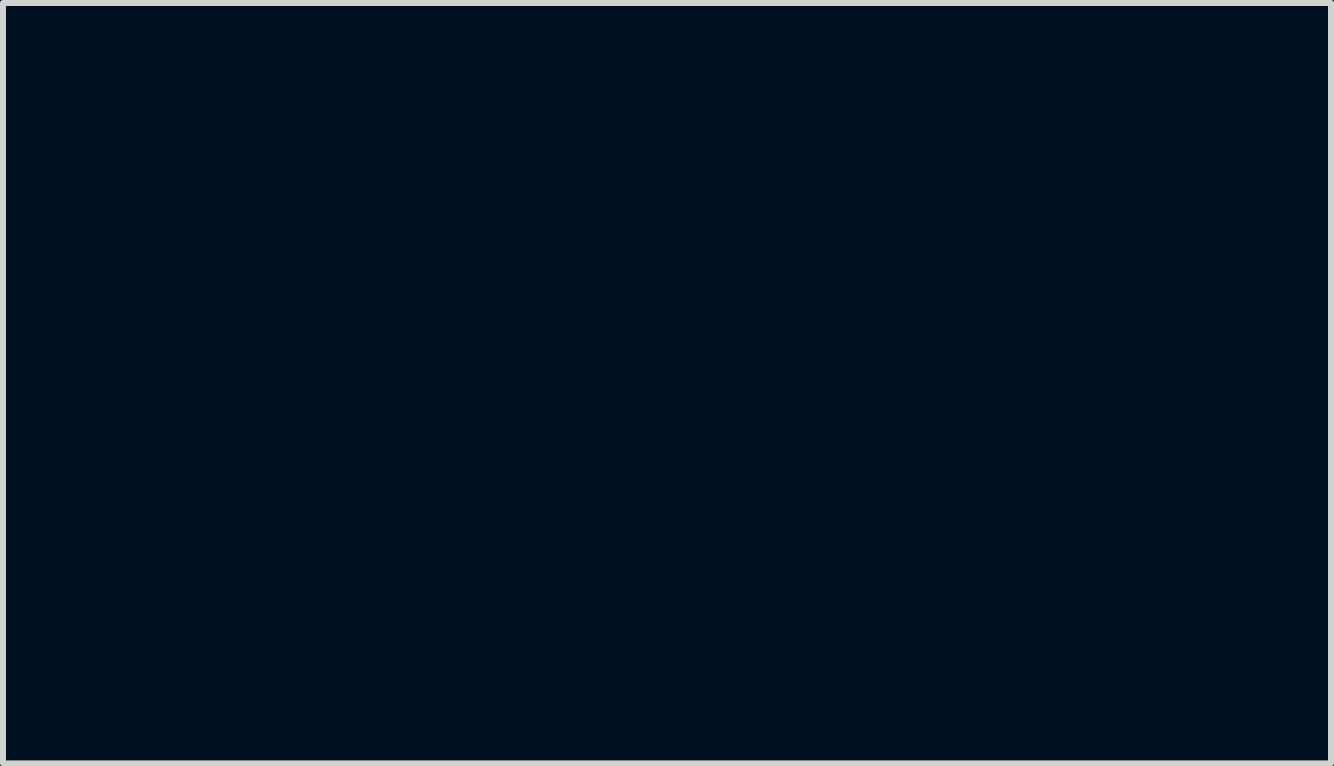
<source format=kicad_pcb>
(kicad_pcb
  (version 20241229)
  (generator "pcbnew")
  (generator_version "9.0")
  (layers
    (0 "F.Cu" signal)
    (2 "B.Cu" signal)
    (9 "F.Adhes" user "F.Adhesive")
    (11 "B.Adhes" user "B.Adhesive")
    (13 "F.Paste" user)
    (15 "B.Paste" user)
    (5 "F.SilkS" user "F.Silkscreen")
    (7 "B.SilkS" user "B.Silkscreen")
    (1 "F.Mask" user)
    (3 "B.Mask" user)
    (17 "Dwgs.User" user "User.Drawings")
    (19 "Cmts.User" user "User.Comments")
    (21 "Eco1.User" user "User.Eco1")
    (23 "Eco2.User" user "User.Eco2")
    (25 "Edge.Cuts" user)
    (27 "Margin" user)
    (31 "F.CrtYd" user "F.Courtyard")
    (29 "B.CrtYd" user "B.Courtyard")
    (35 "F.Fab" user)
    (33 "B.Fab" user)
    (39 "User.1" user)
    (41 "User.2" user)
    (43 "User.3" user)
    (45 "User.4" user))
  (footprint "gem2_2x4mm"
    (layer "F.Cu")
    (at 8.063 0.25)
    (property "Reference" "gem2_2x4mm" (at 0 5 0) (layer "F.Mask") (effects (font (size 1.524 1.524) (thickness 0.3))))
    (attr through_hole)
    (fp_poly (pts (xy 0.228 2.178) (xy 0.228 2.21) (xy 0.195 2.21) (xy 0.195 2.178)) (stroke (width 0.01) (type solid)) (fill yes) (layer "F.Mask"))
    (fp_poly (pts (xy 0.195 1.008) (xy 0.228 1.008) (xy 0.228 1.04) (xy 0.195 1.04) (xy 0.195 1.008)) (stroke (width 0.01) (type solid)) (fill yes) (layer "F.Mask"))
    (fp_poly (pts (xy 0.195 1.04) (xy 0.228 1.04) (xy 0.228 1.073) (xy 0.195 1.073) (xy 0.195 1.04)) (stroke (width 0.01) (type solid)) (fill yes) (layer "F.Mask"))
    (fp_poly (pts (xy 0.195 1.073) (xy 0.228 1.073) (xy 0.228 1.105) (xy 0.195 1.105) (xy 0.195 1.073)) (stroke (width 0.01) (type solid)) (fill yes) (layer "F.Mask"))
    (fp_poly (pts (xy 0.195 1.105) (xy 0.228 1.105) (xy 0.228 1.137) (xy 0.195 1.137) (xy 0.195 1.105)) (stroke (width 0.01) (type solid)) (fill yes) (layer "F.Mask"))
    (fp_poly (pts (xy 0.195 1.137) (xy 0.228 1.137) (xy 0.228 1.17) (xy 0.195 1.17) (xy 0.195 1.137)) (stroke (width 0.01) (type solid)) (fill yes) (layer "F.Mask"))
    (fp_poly (pts (xy 0.195 1.17) (xy 0.228 1.17) (xy 0.228 1.202) (xy 0.195 1.202) (xy 0.195 1.17)) (stroke (width 0.01) (type solid)) (fill yes) (layer "F.Mask"))
    (fp_poly (pts (xy 0.195 1.202) (xy 0.228 1.202) (xy 0.228 1.235) (xy 0.195 1.235) (xy 0.195 1.202)) (stroke (width 0.01) (type solid)) (fill yes) (layer "F.Mask"))
    (fp_poly (pts (xy 0.195 1.235) (xy 0.228 1.235) (xy 0.228 1.268) (xy 0.195 1.268) (xy 0.195 1.235)) (stroke (width 0.01) (type solid)) (fill yes) (layer "F.Mask"))
    (fp_poly (pts (xy 0.195 1.268) (xy 0.228 1.268) (xy 0.228 1.3) (xy 0.195 1.3) (xy 0.195 1.268)) (stroke (width 0.01) (type solid)) (fill yes) (layer "F.Mask"))
    (fp_poly (pts (xy 0.195 1.3) (xy 0.228 1.3) (xy 0.228 1.333) (xy 0.195 1.333) (xy 0.195 1.3)) (stroke (width 0.01) (type solid)) (fill yes) (layer "F.Mask"))
    (fp_poly (pts (xy 0.195 1.333) (xy 0.228 1.333) (xy 0.228 1.365) (xy 0.195 1.365) (xy 0.195 1.333)) (stroke (width 0.01) (type solid)) (fill yes) (layer "F.Mask"))
    (fp_poly (pts (xy 0.195 1.365) (xy 0.228 1.365) (xy 0.228 1.397) (xy 0.195 1.397) (xy 0.195 1.365)) (stroke (width 0.01) (type solid)) (fill yes) (layer "F.Mask"))
    (fp_poly (pts (xy 0.195 1.397) (xy 0.228 1.397) (xy 0.228 1.43) (xy 0.195 1.43) (xy 0.195 1.397)) (stroke (width 0.01) (type solid)) (fill yes) (layer "F.Mask"))
    (fp_poly (pts (xy 0.195 1.43) (xy 0.228 1.43) (xy 0.228 1.462) (xy 0.195 1.462) (xy 0.195 1.43)) (stroke (width 0.01) (type solid)) (fill yes) (layer "F.Mask"))
    (fp_poly (pts (xy 0.195 1.462) (xy 0.228 1.462) (xy 0.228 1.495) (xy 0.195 1.495) (xy 0.195 1.462)) (stroke (width 0.01) (type solid)) (fill yes) (layer "F.Mask"))
    (fp_poly (pts (xy 0.195 1.495) (xy 0.228 1.495) (xy 0.228 1.528) (xy 0.195 1.528) (xy 0.195 1.495)) (stroke (width 0.01) (type solid)) (fill yes) (layer "F.Mask"))
    (fp_poly (pts (xy 0.195 1.528) (xy 0.228 1.528) (xy 0.228 1.56) (xy 0.195 1.56) (xy 0.195 1.528)) (stroke (width 0.01) (type solid)) (fill yes) (layer "F.Mask"))
    (fp_poly (pts (xy 0.195 1.56) (xy 0.228 1.56) (xy 0.228 1.593) (xy 0.195 1.593) (xy 0.195 1.56)) (stroke (width 0.01) (type solid)) (fill yes) (layer "F.Mask"))
    (fp_poly (pts (xy 0.195 1.593) (xy 0.228 1.593) (xy 0.228 1.625) (xy 0.195 1.625) (xy 0.195 1.593)) (stroke (width 0.01) (type solid)) (fill yes) (layer "F.Mask"))
    (fp_poly (pts (xy 0.195 1.625) (xy 0.228 1.625) (xy 0.228 1.657) (xy 0.195 1.657) (xy 0.195 1.625)) (stroke (width 0.01) (type solid)) (fill yes) (layer "F.Mask"))
    (fp_poly (pts (xy 0.195 1.657) (xy 0.228 1.657) (xy 0.228 1.69) (xy 0.195 1.69) (xy 0.195 1.657)) (stroke (width 0.01) (type solid)) (fill yes) (layer "F.Mask"))
    (fp_poly (pts (xy 0.195 1.69) (xy 0.228 1.69) (xy 0.228 1.722) (xy 0.195 1.722) (xy 0.195 1.69)) (stroke (width 0.01) (type solid)) (fill yes) (layer "F.Mask"))
    (fp_poly (pts (xy 0.195 1.722) (xy 0.228 1.722) (xy 0.228 1.755) (xy 0.195 1.755) (xy 0.195 1.722)) (stroke (width 0.01) (type solid)) (fill yes) (layer "F.Mask"))
    (fp_poly (pts (xy 0.195 1.755) (xy 0.228 1.755) (xy 0.228 1.788) (xy 0.195 1.788) (xy 0.195 1.755)) (stroke (width 0.01) (type solid)) (fill yes) (layer "F.Mask"))
    (fp_poly (pts (xy 0.195 1.788) (xy 0.228 1.788) (xy 0.228 1.82) (xy 0.195 1.82) (xy 0.195 1.788)) (stroke (width 0.01) (type solid)) (fill yes) (layer "F.Mask"))
    (fp_poly (pts (xy 0.195 1.82) (xy 0.228 1.82) (xy 0.228 1.853) (xy 0.195 1.853) (xy 0.195 1.82)) (stroke (width 0.01) (type solid)) (fill yes) (layer "F.Mask"))
    (fp_poly (pts (xy 0.195 1.853) (xy 0.228 1.853) (xy 0.228 1.885) (xy 0.195 1.885) (xy 0.195 1.853)) (stroke (width 0.01) (type solid)) (fill yes) (layer "F.Mask"))
    (fp_poly (pts (xy 0.195 1.885) (xy 0.228 1.885) (xy 0.228 1.917) (xy 0.195 1.917) (xy 0.195 1.885)) (stroke (width 0.01) (type solid)) (fill yes) (layer "F.Mask"))
    (fp_poly (pts (xy 0.195 1.917) (xy 0.228 1.917) (xy 0.228 1.95) (xy 0.195 1.95) (xy 0.195 1.917)) (stroke (width 0.01) (type solid)) (fill yes) (layer "F.Mask"))
    (fp_poly (pts (xy 0.195 1.95) (xy 0.228 1.95) (xy 0.228 1.982) (xy 0.195 1.982) (xy 0.195 1.95)) (stroke (width 0.01) (type solid)) (fill yes) (layer "F.Mask"))
    (fp_poly (pts (xy 0.195 1.982) (xy 0.228 1.982) (xy 0.228 2.015) (xy 0.195 2.015) (xy 0.195 1.982)) (stroke (width 0.01) (type solid)) (fill yes) (layer "F.Mask"))
    (fp_poly (pts (xy 0.195 2.015) (xy 0.228 2.015) (xy 0.228 2.047) (xy 0.195 2.047) (xy 0.195 2.015)) (stroke (width 0.01) (type solid)) (fill yes) (layer "F.Mask"))
    (fp_poly (pts (xy 0.195 2.047) (xy 0.228 2.047) (xy 0.228 2.08) (xy 0.195 2.08) (xy 0.195 2.047)) (stroke (width 0.01) (type solid)) (fill yes) (layer "F.Mask"))
    (fp_poly (pts (xy 0.195 2.08) (xy 0.228 2.08) (xy 0.228 2.112) (xy 0.195 2.112) (xy 0.195 2.08)) (stroke (width 0.01) (type solid)) (fill yes) (layer "F.Mask"))
    (fp_poly (pts (xy 0.195 2.112) (xy 0.228 2.112) (xy 0.228 2.145) (xy 0.195 2.145) (xy 0.195 2.112)) (stroke (width 0.01) (type solid)) (fill yes) (layer "F.Mask"))
    (fp_poly (pts (xy 0.195 2.145) (xy 0.228 2.145) (xy 0.228 2.178) (xy 0.195 2.178) (xy 0.195 2.145)) (stroke (width 0.01) (type solid)) (fill yes) (layer "F.Mask"))
    (fp_poly (pts (xy 0.195 2.21) (xy 0.228 2.21) (xy 0.228 2.243) (xy 0.195 2.243) (xy 0.195 2.21)) (stroke (width 0.01) (type solid)) (fill yes) (layer "F.Mask"))
    (fp_poly (pts (xy 0.195 2.243) (xy 0.228 2.243) (xy 0.228 2.275) (xy 0.195 2.275) (xy 0.195 2.243)) (stroke (width 0.01) (type solid)) (fill yes) (layer "F.Mask"))
    (fp_poly (pts (xy 0.195 2.275) (xy 0.228 2.275) (xy 0.228 2.308) (xy 0.195 2.308) (xy 0.195 2.275)) (stroke (width 0.01) (type solid)) (fill yes) (layer "F.Mask"))
    (fp_poly (pts (xy 0.195 2.308) (xy 0.228 2.308) (xy 0.228 2.34) (xy 0.195 2.34) (xy 0.195 2.308)) (stroke (width 0.01) (type solid)) (fill yes) (layer "F.Mask"))
    (fp_poly (pts (xy 0.195 2.34) (xy 0.228 2.34) (xy 0.228 2.373) (xy 0.195 2.373) (xy 0.195 2.34)) (stroke (width 0.01) (type solid)) (fill yes) (layer "F.Mask"))
    (fp_poly (pts (xy 0.195 2.373) (xy 0.228 2.373) (xy 0.228 2.405) (xy 0.195 2.405) (xy 0.195 2.373)) (stroke (width 0.01) (type solid)) (fill yes) (layer "F.Mask"))
    (fp_poly (pts (xy 0.195 2.405) (xy 0.228 2.405) (xy 0.228 2.438) (xy 0.195 2.438) (xy 0.195 2.405)) (stroke (width 0.01) (type solid)) (fill yes) (layer "F.Mask"))
    (fp_poly (pts (xy 0.195 2.438) (xy 0.228 2.438) (xy 0.228 2.47) (xy 0.195 2.47) (xy 0.195 2.438)) (stroke (width 0.01) (type solid)) (fill yes) (layer "F.Mask"))
    (fp_poly (pts (xy 0.195 2.47) (xy 0.228 2.47) (xy 0.228 2.502) (xy 0.195 2.502) (xy 0.195 2.47)) (stroke (width 0.01) (type solid)) (fill yes) (layer "F.Mask"))
    (fp_poly (pts (xy 0.195 2.502) (xy 0.228 2.502) (xy 0.228 2.535) (xy 0.195 2.535) (xy 0.195 2.502)) (stroke (width 0.01) (type solid)) (fill yes) (layer "F.Mask"))
    (fp_poly (pts (xy 0.195 2.535) (xy 0.228 2.535) (xy 0.228 2.567) (xy 0.195 2.567) (xy 0.195 2.535)) (stroke (width 0.01) (type solid)) (fill yes) (layer "F.Mask"))
    (fp_poly (pts (xy 0.195 2.567) (xy 0.228 2.567) (xy 0.228 2.6) (xy 0.195 2.6) (xy 0.195 2.567)) (stroke (width 0.01) (type solid)) (fill yes) (layer "F.Mask"))
    (fp_poly (pts (xy 0.195 2.6) (xy 0.228 2.6) (xy 0.228 2.632) (xy 0.195 2.632) (xy 0.195 2.6)) (stroke (width 0.01) (type solid)) (fill yes) (layer "F.Mask"))
    (fp_poly (pts (xy 0.195 2.632) (xy 0.228 2.632) (xy 0.228 2.665) (xy 0.195 2.665) (xy 0.195 2.632)) (stroke (width 0.01) (type solid)) (fill yes) (layer "F.Mask"))
    (fp_poly (pts (xy 0.195 2.665) (xy 0.228 2.665) (xy 0.228 2.697) (xy 0.195 2.697) (xy 0.195 2.665)) (stroke (width 0.01) (type solid)) (fill yes) (layer "F.Mask"))
    (fp_poly (pts (xy 0.195 2.697) (xy 0.228 2.697) (xy 0.228 2.73) (xy 0.195 2.73) (xy 0.195 2.697)) (stroke (width 0.01) (type solid)) (fill yes) (layer "F.Mask"))
    (fp_poly (pts (xy 0.195 2.73) (xy 0.228 2.73) (xy 0.228 2.763) (xy 0.195 2.763) (xy 0.195 2.73)) (stroke (width 0.01) (type solid)) (fill yes) (layer "F.Mask"))
    (fp_poly (pts (xy 0.195 2.763) (xy 0.228 2.763) (xy 0.228 2.795) (xy 0.195 2.795) (xy 0.195 2.763)) (stroke (width 0.01) (type solid)) (fill yes) (layer "F.Mask"))
    (fp_poly (pts (xy 0.195 2.795) (xy 0.228 2.795) (xy 0.228 2.828) (xy 0.195 2.828) (xy 0.195 2.795)) (stroke (width 0.01) (type solid)) (fill yes) (layer "F.Mask"))
    (fp_poly (pts (xy 0.195 2.828) (xy 0.228 2.828) (xy 0.228 2.86) (xy 0.195 2.86) (xy 0.195 2.828)) (stroke (width 0.01) (type solid)) (fill yes) (layer "F.Mask"))
    (fp_poly (pts (xy 0.195 2.86) (xy 0.228 2.86) (xy 0.228 2.893) (xy 0.195 2.893) (xy 0.195 2.86)) (stroke (width 0.01) (type solid)) (fill yes) (layer "F.Mask"))
    (fp_poly (pts (xy 0.195 2.893) (xy 0.228 2.893) (xy 0.228 2.925) (xy 0.195 2.925) (xy 0.195 2.893)) (stroke (width 0.01) (type solid)) (fill yes) (layer "F.Mask"))
    (fp_poly (pts (xy 0.195 2.925) (xy 0.228 2.925) (xy 0.228 2.958) (xy 0.195 2.958) (xy 0.195 2.925)) (stroke (width 0.01) (type solid)) (fill yes) (layer "F.Mask"))
    (fp_poly (pts (xy 0.195 2.958) (xy 0.228 2.958) (xy 0.228 2.99) (xy 0.195 2.99) (xy 0.195 2.958)) (stroke (width 0.01) (type solid)) (fill yes) (layer "F.Mask"))
    (fp_poly (pts (xy 0.228 0.943) (xy 0.26 0.943) (xy 0.26 0.975) (xy 0.228 0.975) (xy 0.228 0.943)) (stroke (width 0.01) (type solid)) (fill yes) (layer "F.Mask"))
    (fp_poly (pts (xy 0.228 0.975) (xy 0.26 0.975) (xy 0.26 1.008) (xy 0.228 1.008) (xy 0.228 0.975)) (stroke (width 0.01) (type solid)) (fill yes) (layer "F.Mask"))
    (fp_poly (pts (xy 0.228 1.008) (xy 0.26 1.008) (xy 0.26 1.04) (xy 0.228 1.04) (xy 0.228 1.008)) (stroke (width 0.01) (type solid)) (fill yes) (layer "F.Mask"))
    (fp_poly (pts (xy 0.228 1.105) (xy 0.26 1.105) (xy 0.26 1.137) (xy 0.228 1.137) (xy 0.228 1.105)) (stroke (width 0.01) (type solid)) (fill yes) (layer "F.Mask"))
    (fp_poly (pts (xy 0.228 2.86) (xy 0.26 2.86) (xy 0.26 2.893) (xy 0.228 2.893) (xy 0.228 2.86)) (stroke (width 0.01) (type solid)) (fill yes) (layer "F.Mask"))
    (fp_poly (pts (xy 0.228 2.893) (xy 0.26 2.893) (xy 0.26 2.925) (xy 0.228 2.925) (xy 0.228 2.893)) (stroke (width 0.01) (type solid)) (fill yes) (layer "F.Mask"))
    (fp_poly (pts (xy 0.228 2.958) (xy 0.26 2.958) (xy 0.26 2.99) (xy 0.228 2.99) (xy 0.228 2.958)) (stroke (width 0.01) (type solid)) (fill yes) (layer "F.Mask"))
    (fp_poly (pts (xy 0.228 2.99) (xy 0.26 2.99) (xy 0.26 3.022) (xy 0.228 3.022) (xy 0.228 2.99)) (stroke (width 0.01) (type solid)) (fill yes) (layer "F.Mask"))
    (fp_poly (pts (xy 0.228 3.022) (xy 0.26 3.022) (xy 0.26 3.055) (xy 0.228 3.055) (xy 0.228 3.022)) (stroke (width 0.01) (type solid)) (fill yes) (layer "F.Mask"))
    (fp_poly (pts (xy 0.228 3.055) (xy 0.26 3.055) (xy 0.26 3.087) (xy 0.228 3.087) (xy 0.228 3.055)) (stroke (width 0.01) (type solid)) (fill yes) (layer "F.Mask"))
    (fp_poly (pts (xy 0.26 0.877) (xy 0.292 0.877) (xy 0.292 0.91) (xy 0.26 0.91) (xy 0.26 0.877)) (stroke (width 0.01) (type solid)) (fill yes) (layer "F.Mask"))
    (fp_poly (pts (xy 0.26 0.91) (xy 0.292 0.91) (xy 0.292 0.943) (xy 0.26 0.943) (xy 0.26 0.91)) (stroke (width 0.01) (type solid)) (fill yes) (layer "F.Mask"))
    (fp_poly (pts (xy 0.26 0.943) (xy 0.292 0.943) (xy 0.292 0.975) (xy 0.26 0.975) (xy 0.26 0.943)) (stroke (width 0.01) (type solid)) (fill yes) (layer "F.Mask"))
    (fp_poly (pts (xy 0.26 1.137) (xy 0.292 1.137) (xy 0.292 1.17) (xy 0.26 1.17) (xy 0.26 1.137)) (stroke (width 0.01) (type solid)) (fill yes) (layer "F.Mask"))
    (fp_poly (pts (xy 0.26 2.86) (xy 0.292 2.86) (xy 0.292 2.893) (xy 0.26 2.893) (xy 0.26 2.86)) (stroke (width 0.01) (type solid)) (fill yes) (layer "F.Mask"))
    (fp_poly (pts (xy 0.26 2.893) (xy 0.292 2.893) (xy 0.292 2.925) (xy 0.26 2.925) (xy 0.26 2.893)) (stroke (width 0.01) (type solid)) (fill yes) (layer "F.Mask"))
    (fp_poly (pts (xy 0.26 3.055) (xy 0.292 3.055) (xy 0.292 3.087) (xy 0.26 3.087) (xy 0.26 3.055)) (stroke (width 0.01) (type solid)) (fill yes) (layer "F.Mask"))
    (fp_poly (pts (xy 0.26 3.087) (xy 0.292 3.087) (xy 0.292 3.12) (xy 0.26 3.12) (xy 0.26 3.087)) (stroke (width 0.01) (type solid)) (fill yes) (layer "F.Mask"))
    (fp_poly (pts (xy 0.26 3.12) (xy 0.292 3.12) (xy 0.292 3.152) (xy 0.26 3.152) (xy 0.26 3.12)) (stroke (width 0.01) (type solid)) (fill yes) (layer "F.Mask"))
    (fp_poly (pts (xy 0.26 3.152) (xy 0.292 3.152) (xy 0.292 3.185) (xy 0.26 3.185) (xy 0.26 3.152)) (stroke (width 0.01) (type solid)) (fill yes) (layer "F.Mask"))
    (fp_poly (pts (xy 0.292 0.78) (xy 0.325 0.78) (xy 0.325 0.812) (xy 0.292 0.812) (xy 0.292 0.78)) (stroke (width 0.01) (type solid)) (fill yes) (layer "F.Mask"))
    (fp_poly (pts (xy 0.292 0.812) (xy 0.325 0.812) (xy 0.325 0.845) (xy 0.292 0.845) (xy 0.292 0.812)) (stroke (width 0.01) (type solid)) (fill yes) (layer "F.Mask"))
    (fp_poly (pts (xy 0.292 0.845) (xy 0.325 0.845) (xy 0.325 0.877) (xy 0.292 0.877) (xy 0.292 0.845)) (stroke (width 0.01) (type solid)) (fill yes) (layer "F.Mask"))
    (fp_poly (pts (xy 0.292 1.17) (xy 0.325 1.17) (xy 0.325 1.202) (xy 0.292 1.202) (xy 0.292 1.17)) (stroke (width 0.01) (type solid)) (fill yes) (layer "F.Mask"))
    (fp_poly (pts (xy 0.292 2.86) (xy 0.325 2.86) (xy 0.325 2.893) (xy 0.292 2.893) (xy 0.292 2.86)) (stroke (width 0.01) (type solid)) (fill yes) (layer "F.Mask"))
    (fp_poly (pts (xy 0.292 2.893) (xy 0.325 2.893) (xy 0.325 2.925) (xy 0.292 2.925) (xy 0.292 2.893)) (stroke (width 0.01) (type solid)) (fill yes) (layer "F.Mask"))
    (fp_poly (pts (xy 0.292 3.055) (xy 0.325 3.055) (xy 0.325 3.087) (xy 0.292 3.087) (xy 0.292 3.055)) (stroke (width 0.01) (type solid)) (fill yes) (layer "F.Mask"))
    (fp_poly (pts (xy 0.292 3.087) (xy 0.325 3.087) (xy 0.325 3.12) (xy 0.292 3.12) (xy 0.292 3.087)) (stroke (width 0.01) (type solid)) (fill yes) (layer "F.Mask"))
    (fp_poly (pts (xy 0.292 3.152) (xy 0.325 3.152) (xy 0.325 3.185) (xy 0.292 3.185) (xy 0.292 3.152)) (stroke (width 0.01) (type solid)) (fill yes) (layer "F.Mask"))
    (fp_poly (pts (xy 0.292 3.185) (xy 0.325 3.185) (xy 0.325 3.217) (xy 0.292 3.217) (xy 0.292 3.185)) (stroke (width 0.01) (type solid)) (fill yes) (layer "F.Mask"))
    (fp_poly (pts (xy 0.325 0.715) (xy 0.357 0.715) (xy 0.357 0.748) (xy 0.325 0.748) (xy 0.325 0.715)) (stroke (width 0.01) (type solid)) (fill yes) (layer "F.Mask"))
    (fp_poly (pts (xy 0.325 0.748) (xy 0.357 0.748) (xy 0.357 0.78) (xy 0.325 0.78) (xy 0.325 0.748)) (stroke (width 0.01) (type solid)) (fill yes) (layer "F.Mask"))
    (fp_poly (pts (xy 0.325 0.78) (xy 0.357 0.78) (xy 0.357 0.812) (xy 0.325 0.812) (xy 0.325 0.78)) (stroke (width 0.01) (type solid)) (fill yes) (layer "F.Mask"))
    (fp_poly (pts (xy 0.325 1.17) (xy 0.357 1.17) (xy 0.357 1.202) (xy 0.325 1.202) (xy 0.325 1.17)) (stroke (width 0.01) (type solid)) (fill yes) (layer "F.Mask"))
    (fp_poly (pts (xy 0.325 1.202) (xy 0.357 1.202) (xy 0.357 1.235) (xy 0.325 1.235) (xy 0.325 1.202)) (stroke (width 0.01) (type solid)) (fill yes) (layer "F.Mask"))
    (fp_poly (pts (xy 0.325 2.86) (xy 0.357 2.86) (xy 0.357 2.893) (xy 0.325 2.893) (xy 0.325 2.86)) (stroke (width 0.01) (type solid)) (fill yes) (layer "F.Mask"))
    (fp_poly (pts (xy 0.325 2.893) (xy 0.357 2.893) (xy 0.357 2.925) (xy 0.325 2.925) (xy 0.325 2.893)) (stroke (width 0.01) (type solid)) (fill yes) (layer "F.Mask"))
    (fp_poly (pts (xy 0.325 2.925) (xy 0.357 2.925) (xy 0.357 2.958) (xy 0.325 2.958) (xy 0.325 2.925)) (stroke (width 0.01) (type solid)) (fill yes) (layer "F.Mask"))
    (fp_poly (pts (xy 0.325 2.99) (xy 0.357 2.99) (xy 0.357 3.022) (xy 0.325 3.022) (xy 0.325 2.99)) (stroke (width 0.01) (type solid)) (fill yes) (layer "F.Mask"))
    (fp_poly (pts (xy 0.325 3.022) (xy 0.357 3.022) (xy 0.357 3.055) (xy 0.325 3.055) (xy 0.325 3.022)) (stroke (width 0.01) (type solid)) (fill yes) (layer "F.Mask"))
    (fp_poly (pts (xy 0.325 3.185) (xy 0.357 3.185) (xy 0.357 3.217) (xy 0.325 3.217) (xy 0.325 3.185)) (stroke (width 0.01) (type solid)) (fill yes) (layer "F.Mask"))
    (fp_poly (pts (xy 0.325 3.217) (xy 0.357 3.217) (xy 0.357 3.25) (xy 0.325 3.25) (xy 0.325 3.217)) (stroke (width 0.01) (type solid)) (fill yes) (layer "F.Mask"))
    (fp_poly (pts (xy 0.357 0.715) (xy 0.39 0.715) (xy 0.39 0.748) (xy 0.357 0.748) (xy 0.357 0.715)) (stroke (width 0.01) (type solid)) (fill yes) (layer "F.Mask"))
    (fp_poly (pts (xy 0.357 0.748) (xy 0.39 0.748) (xy 0.39 0.78) (xy 0.357 0.78) (xy 0.357 0.748)) (stroke (width 0.01) (type solid)) (fill yes) (layer "F.Mask"))
    (fp_poly (pts (xy 0.357 0.78) (xy 0.39 0.78) (xy 0.39 0.812) (xy 0.357 0.812) (xy 0.357 0.78)) (stroke (width 0.01) (type solid)) (fill yes) (layer "F.Mask"))
    (fp_poly (pts (xy 0.357 1.202) (xy 0.39 1.202) (xy 0.39 1.235) (xy 0.357 1.235) (xy 0.357 1.202)) (stroke (width 0.01) (type solid)) (fill yes) (layer "F.Mask"))
    (fp_poly (pts (xy 0.357 1.235) (xy 0.39 1.235) (xy 0.39 1.268) (xy 0.357 1.268) (xy 0.357 1.235)) (stroke (width 0.01) (type solid)) (fill yes) (layer "F.Mask"))
    (fp_poly (pts (xy 0.357 2.86) (xy 0.39 2.86) (xy 0.39 2.893) (xy 0.357 2.893) (xy 0.357 2.86)) (stroke (width 0.01) (type solid)) (fill yes) (layer "F.Mask"))
    (fp_poly (pts (xy 0.357 2.893) (xy 0.39 2.893) (xy 0.39 2.925) (xy 0.357 2.925) (xy 0.357 2.893)) (stroke (width 0.01) (type solid)) (fill yes) (layer "F.Mask"))
    (fp_poly (pts (xy 0.357 2.925) (xy 0.39 2.925) (xy 0.39 2.958) (xy 0.357 2.958) (xy 0.357 2.925)) (stroke (width 0.01) (type solid)) (fill yes) (layer "F.Mask"))
    (fp_poly (pts (xy 0.357 2.958) (xy 0.39 2.958) (xy 0.39 2.99) (xy 0.357 2.99) (xy 0.357 2.958)) (stroke (width 0.01) (type solid)) (fill yes) (layer "F.Mask"))
    (fp_poly (pts (xy 0.357 2.99) (xy 0.39 2.99) (xy 0.39 3.022) (xy 0.357 3.022) (xy 0.357 2.99)) (stroke (width 0.01) (type solid)) (fill yes) (layer "F.Mask"))
    (fp_poly (pts (xy 0.357 3.185) (xy 0.39 3.185) (xy 0.39 3.217) (xy 0.357 3.217) (xy 0.357 3.185)) (stroke (width 0.01) (type solid)) (fill yes) (layer "F.Mask"))
    (fp_poly (pts (xy 0.357 3.217) (xy 0.39 3.217) (xy 0.39 3.25) (xy 0.357 3.25) (xy 0.357 3.217)) (stroke (width 0.01) (type solid)) (fill yes) (layer "F.Mask"))
    (fp_poly (pts (xy 0.357 3.25) (xy 0.39 3.25) (xy 0.39 3.283) (xy 0.357 3.283) (xy 0.357 3.25)) (stroke (width 0.01) (type solid)) (fill yes) (layer "F.Mask"))
    (fp_poly (pts (xy 0.39 0.682) (xy 0.422 0.682) (xy 0.422 0.715) (xy 0.39 0.715) (xy 0.39 0.682)) (stroke (width 0.01) (type solid)) (fill yes) (layer "F.Mask"))
    (fp_poly (pts (xy 0.39 0.812) (xy 0.422 0.812) (xy 0.422 0.845) (xy 0.39 0.845) (xy 0.39 0.812)) (stroke (width 0.01) (type solid)) (fill yes) (layer "F.Mask"))
    (fp_poly (pts (xy 0.39 0.845) (xy 0.422 0.845) (xy 0.422 0.877) (xy 0.39 0.877) (xy 0.39 0.845)) (stroke (width 0.01) (type solid)) (fill yes) (layer "F.Mask"))
    (fp_poly (pts (xy 0.39 1.235) (xy 0.422 1.235) (xy 0.422 1.268) (xy 0.39 1.268) (xy 0.39 1.235)) (stroke (width 0.01) (type solid)) (fill yes) (layer "F.Mask"))
    (fp_poly (pts (xy 0.39 2.828) (xy 0.422 2.828) (xy 0.422 2.86) (xy 0.39 2.86) (xy 0.39 2.828)) (stroke (width 0.01) (type solid)) (fill yes) (layer "F.Mask"))
    (fp_poly (pts (xy 0.39 2.86) (xy 0.422 2.86) (xy 0.422 2.893) (xy 0.39 2.893) (xy 0.39 2.86)) (stroke (width 0.01) (type solid)) (fill yes) (layer "F.Mask"))
    (fp_poly (pts (xy 0.39 3.185) (xy 0.422 3.185) (xy 0.422 3.217) (xy 0.39 3.217) (xy 0.39 3.185)) (stroke (width 0.01) (type solid)) (fill yes) (layer "F.Mask"))
    (fp_poly (pts (xy 0.39 3.217) (xy 0.422 3.217) (xy 0.422 3.25) (xy 0.39 3.25) (xy 0.39 3.217)) (stroke (width 0.01) (type solid)) (fill yes) (layer "F.Mask"))
    (fp_poly (pts (xy 0.39 3.25) (xy 0.422 3.25) (xy 0.422 3.283) (xy 0.39 3.283) (xy 0.39 3.25)) (stroke (width 0.01) (type solid)) (fill yes) (layer "F.Mask"))
    (fp_poly (pts (xy 0.39 3.283) (xy 0.422 3.283) (xy 0.422 3.315) (xy 0.39 3.315) (xy 0.39 3.283)) (stroke (width 0.01) (type solid)) (fill yes) (layer "F.Mask"))
    (fp_poly (pts (xy 0.422 0.65) (xy 0.455 0.65) (xy 0.455 0.682) (xy 0.422 0.682) (xy 0.422 0.65)) (stroke (width 0.01) (type solid)) (fill yes) (layer "F.Mask"))
    (fp_poly (pts (xy 0.422 0.845) (xy 0.455 0.845) (xy 0.455 0.877) (xy 0.422 0.877) (xy 0.422 0.845)) (stroke (width 0.01) (type solid)) (fill yes) (layer "F.Mask"))
    (fp_poly (pts (xy 0.422 0.877) (xy 0.455 0.877) (xy 0.455 0.91) (xy 0.422 0.91) (xy 0.422 0.877)) (stroke (width 0.01) (type solid)) (fill yes) (layer "F.Mask"))
    (fp_poly (pts (xy 0.422 1.268) (xy 0.455 1.268) (xy 0.455 1.3) (xy 0.422 1.3) (xy 0.422 1.268)) (stroke (width 0.01) (type solid)) (fill yes) (layer "F.Mask"))
    (fp_poly (pts (xy 0.422 2.795) (xy 0.455 2.795) (xy 0.455 2.828) (xy 0.422 2.828) (xy 0.422 2.795)) (stroke (width 0.01) (type solid)) (fill yes) (layer "F.Mask"))
    (fp_poly (pts (xy 0.422 2.828) (xy 0.455 2.828) (xy 0.455 2.86) (xy 0.422 2.86) (xy 0.422 2.828)) (stroke (width 0.01) (type solid)) (fill yes) (layer "F.Mask"))
    (fp_poly (pts (xy 0.422 2.99) (xy 0.455 2.99) (xy 0.455 3.022) (xy 0.422 3.022) (xy 0.422 2.99)) (stroke (width 0.01) (type solid)) (fill yes) (layer "F.Mask"))
    (fp_poly (pts (xy 0.422 3.022) (xy 0.455 3.022) (xy 0.455 3.055) (xy 0.422 3.055) (xy 0.422 3.022)) (stroke (width 0.01) (type solid)) (fill yes) (layer "F.Mask"))
    (fp_poly (pts (xy 0.422 3.055) (xy 0.455 3.055) (xy 0.455 3.087) (xy 0.422 3.087) (xy 0.422 3.055)) (stroke (width 0.01) (type solid)) (fill yes) (layer "F.Mask"))
    (fp_poly (pts (xy 0.422 3.087) (xy 0.455 3.087) (xy 0.455 3.12) (xy 0.422 3.12) (xy 0.422 3.087)) (stroke (width 0.01) (type solid)) (fill yes) (layer "F.Mask"))
    (fp_poly (pts (xy 0.422 3.12) (xy 0.455 3.12) (xy 0.455 3.152) (xy 0.422 3.152) (xy 0.422 3.12)) (stroke (width 0.01) (type solid)) (fill yes) (layer "F.Mask"))
    (fp_poly (pts (xy 0.422 3.152) (xy 0.455 3.152) (xy 0.455 3.185) (xy 0.422 3.185) (xy 0.422 3.152)) (stroke (width 0.01) (type solid)) (fill yes) (layer "F.Mask"))
    (fp_poly (pts (xy 0.422 3.185) (xy 0.455 3.185) (xy 0.455 3.217) (xy 0.422 3.217) (xy 0.422 3.185)) (stroke (width 0.01) (type solid)) (fill yes) (layer "F.Mask"))
    (fp_poly (pts (xy 0.422 3.283) (xy 0.455 3.283) (xy 0.455 3.315) (xy 0.422 3.315) (xy 0.422 3.283)) (stroke (width 0.01) (type solid)) (fill yes) (layer "F.Mask"))
    (fp_poly (pts (xy 0.422 3.315) (xy 0.455 3.315) (xy 0.455 3.348) (xy 0.422 3.348) (xy 0.422 3.315)) (stroke (width 0.01) (type solid)) (fill yes) (layer "F.Mask"))
    (fp_poly (pts (xy 0.422 3.348) (xy 0.455 3.348) (xy 0.455 3.38) (xy 0.422 3.38) (xy 0.422 3.348)) (stroke (width 0.01) (type solid)) (fill yes) (layer "F.Mask"))
    (fp_poly (pts (xy 0.455 0.618) (xy 0.487 0.618) (xy 0.487 0.65) (xy 0.455 0.65) (xy 0.455 0.618)) (stroke (width 0.01) (type solid)) (fill yes) (layer "F.Mask"))
    (fp_poly (pts (xy 0.455 0.91) (xy 0.487 0.91) (xy 0.487 0.943) (xy 0.455 0.943) (xy 0.455 0.91)) (stroke (width 0.01) (type solid)) (fill yes) (layer "F.Mask"))
    (fp_poly (pts (xy 0.455 0.943) (xy 0.487 0.943) (xy 0.487 0.975) (xy 0.455 0.975) (xy 0.455 0.943)) (stroke (width 0.01) (type solid)) (fill yes) (layer "F.Mask"))
    (fp_poly (pts (xy 0.455 1.3) (xy 0.487 1.3) (xy 0.487 1.333) (xy 0.455 1.333) (xy 0.455 1.3)) (stroke (width 0.01) (type solid)) (fill yes) (layer "F.Mask"))
    (fp_poly (pts (xy 0.455 2.795) (xy 0.487 2.795) (xy 0.487 2.828) (xy 0.455 2.828) (xy 0.455 2.795)) (stroke (width 0.01) (type solid)) (fill yes) (layer "F.Mask"))
    (fp_poly (pts (xy 0.455 2.828) (xy 0.487 2.828) (xy 0.487 2.86) (xy 0.455 2.86) (xy 0.455 2.828)) (stroke (width 0.01) (type solid)) (fill yes) (layer "F.Mask"))
    (fp_poly (pts (xy 0.455 2.86) (xy 0.487 2.86) (xy 0.487 2.893) (xy 0.455 2.893) (xy 0.455 2.86)) (stroke (width 0.01) (type solid)) (fill yes) (layer "F.Mask"))
    (fp_poly (pts (xy 0.455 2.893) (xy 0.487 2.893) (xy 0.487 2.925) (xy 0.455 2.925) (xy 0.455 2.893)) (stroke (width 0.01) (type solid)) (fill yes) (layer "F.Mask"))
    (fp_poly (pts (xy 0.455 2.925) (xy 0.487 2.925) (xy 0.487 2.958) (xy 0.455 2.958) (xy 0.455 2.925)) (stroke (width 0.01) (type solid)) (fill yes) (layer "F.Mask"))
    (fp_poly (pts (xy 0.455 2.958) (xy 0.487 2.958) (xy 0.487 2.99) (xy 0.455 2.99) (xy 0.455 2.958)) (stroke (width 0.01) (type solid)) (fill yes) (layer "F.Mask"))
    (fp_poly (pts (xy 0.455 2.99) (xy 0.487 2.99) (xy 0.487 3.022) (xy 0.455 3.022) (xy 0.455 2.99)) (stroke (width 0.01) (type solid)) (fill yes) (layer "F.Mask"))
    (fp_poly (pts (xy 0.455 3.185) (xy 0.487 3.185) (xy 0.487 3.217) (xy 0.455 3.217) (xy 0.455 3.185)) (stroke (width 0.01) (type solid)) (fill yes) (layer "F.Mask"))
    (fp_poly (pts (xy 0.455 3.217) (xy 0.487 3.217) (xy 0.487 3.25) (xy 0.455 3.25) (xy 0.455 3.217)) (stroke (width 0.01) (type solid)) (fill yes) (layer "F.Mask"))
    (fp_poly (pts (xy 0.455 3.25) (xy 0.487 3.25) (xy 0.487 3.283) (xy 0.455 3.283) (xy 0.455 3.25)) (stroke (width 0.01) (type solid)) (fill yes) (layer "F.Mask"))
    (fp_poly (pts (xy 0.455 3.283) (xy 0.487 3.283) (xy 0.487 3.315) (xy 0.455 3.315) (xy 0.455 3.283)) (stroke (width 0.01) (type solid)) (fill yes) (layer "F.Mask"))
    (fp_poly (pts (xy 0.455 3.348) (xy 0.487 3.348) (xy 0.487 3.38) (xy 0.455 3.38) (xy 0.455 3.348)) (stroke (width 0.01) (type solid)) (fill yes) (layer "F.Mask"))
    (fp_poly (pts (xy 0.455 3.38) (xy 0.487 3.38) (xy 0.487 3.413) (xy 0.455 3.413) (xy 0.455 3.38)) (stroke (width 0.01) (type solid)) (fill yes) (layer "F.Mask"))
    (fp_poly (pts (xy 0.487 0.585) (xy 0.52 0.585) (xy 0.52 0.618) (xy 0.487 0.618) (xy 0.487 0.585)) (stroke (width 0.01) (type solid)) (fill yes) (layer "F.Mask"))
    (fp_poly (pts (xy 0.487 0.943) (xy 0.52 0.943) (xy 0.52 0.975) (xy 0.487 0.975) (xy 0.487 0.943)) (stroke (width 0.01) (type solid)) (fill yes) (layer "F.Mask"))
    (fp_poly (pts (xy 0.487 0.975) (xy 0.52 0.975) (xy 0.52 1.008) (xy 0.487 1.008) (xy 0.487 0.975)) (stroke (width 0.01) (type solid)) (fill yes) (layer "F.Mask"))
    (fp_poly (pts (xy 0.487 1.3) (xy 0.52 1.3) (xy 0.52 1.333) (xy 0.487 1.333) (xy 0.487 1.3)) (stroke (width 0.01) (type solid)) (fill yes) (layer "F.Mask"))
    (fp_poly (pts (xy 0.487 1.333) (xy 0.52 1.333) (xy 0.52 1.365) (xy 0.487 1.365) (xy 0.487 1.333)) (stroke (width 0.01) (type solid)) (fill yes) (layer "F.Mask"))
    (fp_poly (pts (xy 0.487 1.365) (xy 0.52 1.365) (xy 0.52 1.397) (xy 0.487 1.397) (xy 0.487 1.365)) (stroke (width 0.01) (type solid)) (fill yes) (layer "F.Mask"))
    (fp_poly (pts (xy 0.487 2.795) (xy 0.52 2.795) (xy 0.52 2.828) (xy 0.487 2.828) (xy 0.487 2.795)) (stroke (width 0.01) (type solid)) (fill yes) (layer "F.Mask"))
    (fp_poly (pts (xy 0.487 2.828) (xy 0.52 2.828) (xy 0.52 2.86) (xy 0.487 2.86) (xy 0.487 2.828)) (stroke (width 0.01) (type solid)) (fill yes) (layer "F.Mask"))
    (fp_poly (pts (xy 0.487 2.925) (xy 0.52 2.925) (xy 0.52 2.958) (xy 0.487 2.958) (xy 0.487 2.925)) (stroke (width 0.01) (type solid)) (fill yes) (layer "F.Mask"))
    (fp_poly (pts (xy 0.487 3.25) (xy 0.52 3.25) (xy 0.52 3.283) (xy 0.487 3.283) (xy 0.487 3.25)) (stroke (width 0.01) (type solid)) (fill yes) (layer "F.Mask"))
    (fp_poly (pts (xy 0.487 3.283) (xy 0.52 3.283) (xy 0.52 3.315) (xy 0.487 3.315) (xy 0.487 3.283)) (stroke (width 0.01) (type solid)) (fill yes) (layer "F.Mask"))
    (fp_poly (pts (xy 0.487 3.315) (xy 0.52 3.315) (xy 0.52 3.348) (xy 0.487 3.348) (xy 0.487 3.315)) (stroke (width 0.01) (type solid)) (fill yes) (layer "F.Mask"))
    (fp_poly (pts (xy 0.487 3.38) (xy 0.52 3.38) (xy 0.52 3.413) (xy 0.487 3.413) (xy 0.487 3.38)) (stroke (width 0.01) (type solid)) (fill yes) (layer "F.Mask"))
    (fp_poly (pts (xy 0.487 3.413) (xy 0.52 3.413) (xy 0.52 3.445) (xy 0.487 3.445) (xy 0.487 3.413)) (stroke (width 0.01) (type solid)) (fill yes) (layer "F.Mask"))
    (fp_poly (pts (xy 0.52 0.552) (xy 0.552 0.552) (xy 0.552 0.585) (xy 0.52 0.585) (xy 0.52 0.552)) (stroke (width 0.01) (type solid)) (fill yes) (layer "F.Mask"))
    (fp_poly (pts (xy 0.52 0.585) (xy 0.552 0.585) (xy 0.552 0.618) (xy 0.52 0.618) (xy 0.52 0.585)) (stroke (width 0.01) (type solid)) (fill yes) (layer "F.Mask"))
    (fp_poly (pts (xy 0.52 0.975) (xy 0.552 0.975) (xy 0.552 1.008) (xy 0.52 1.008) (xy 0.52 0.975)) (stroke (width 0.01) (type solid)) (fill yes) (layer "F.Mask"))
    (fp_poly (pts (xy 0.52 1.008) (xy 0.552 1.008) (xy 0.552 1.04) (xy 0.52 1.04) (xy 0.52 1.008)) (stroke (width 0.01) (type solid)) (fill yes) (layer "F.Mask"))
    (fp_poly (pts (xy 0.52 1.235) (xy 0.552 1.235) (xy 0.552 1.268) (xy 0.52 1.268) (xy 0.52 1.235)) (stroke (width 0.01) (type solid)) (fill yes) (layer "F.Mask"))
    (fp_poly (pts (xy 0.52 1.268) (xy 0.552 1.268) (xy 0.552 1.3) (xy 0.52 1.3) (xy 0.52 1.268)) (stroke (width 0.01) (type solid)) (fill yes) (layer "F.Mask"))
    (fp_poly (pts (xy 0.52 1.3) (xy 0.552 1.3) (xy 0.552 1.333) (xy 0.52 1.333) (xy 0.52 1.3)) (stroke (width 0.01) (type solid)) (fill yes) (layer "F.Mask"))
    (fp_poly (pts (xy 0.52 1.333) (xy 0.552 1.333) (xy 0.552 1.365) (xy 0.52 1.365) (xy 0.52 1.333)) (stroke (width 0.01) (type solid)) (fill yes) (layer "F.Mask"))
    (fp_poly (pts (xy 0.52 1.365) (xy 0.552 1.365) (xy 0.552 1.397) (xy 0.52 1.397) (xy 0.52 1.365)) (stroke (width 0.01) (type solid)) (fill yes) (layer "F.Mask"))
    (fp_poly (pts (xy 0.52 1.397) (xy 0.552 1.397) (xy 0.552 1.43) (xy 0.52 1.43) (xy 0.52 1.397)) (stroke (width 0.01) (type solid)) (fill yes) (layer "F.Mask"))
    (fp_poly (pts (xy 0.52 1.43) (xy 0.552 1.43) (xy 0.552 1.462) (xy 0.52 1.462) (xy 0.52 1.43)) (stroke (width 0.01) (type solid)) (fill yes) (layer "F.Mask"))
    (fp_poly (pts (xy 0.52 1.462) (xy 0.552 1.462) (xy 0.552 1.495) (xy 0.52 1.495) (xy 0.52 1.462)) (stroke (width 0.01) (type solid)) (fill yes) (layer "F.Mask"))
    (fp_poly (pts (xy 0.52 1.495) (xy 0.552 1.495) (xy 0.552 1.528) (xy 0.52 1.528) (xy 0.52 1.495)) (stroke (width 0.01) (type solid)) (fill yes) (layer "F.Mask"))
    (fp_poly (pts (xy 0.52 1.528) (xy 0.552 1.528) (xy 0.552 1.56) (xy 0.52 1.56) (xy 0.52 1.528)) (stroke (width 0.01) (type solid)) (fill yes) (layer "F.Mask"))
    (fp_poly (pts (xy 0.52 1.56) (xy 0.552 1.56) (xy 0.552 1.593) (xy 0.52 1.593) (xy 0.52 1.56)) (stroke (width 0.01) (type solid)) (fill yes) (layer "F.Mask"))
    (fp_poly (pts (xy 0.52 1.593) (xy 0.552 1.593) (xy 0.552 1.625) (xy 0.52 1.625) (xy 0.52 1.593)) (stroke (width 0.01) (type solid)) (fill yes) (layer "F.Mask"))
    (fp_poly (pts (xy 0.52 1.625) (xy 0.552 1.625) (xy 0.552 1.657) (xy 0.52 1.657) (xy 0.52 1.625)) (stroke (width 0.01) (type solid)) (fill yes) (layer "F.Mask"))
    (fp_poly (pts (xy 0.52 1.657) (xy 0.552 1.657) (xy 0.552 1.69) (xy 0.52 1.69) (xy 0.52 1.657)) (stroke (width 0.01) (type solid)) (fill yes) (layer "F.Mask"))
    (fp_poly (pts (xy 0.52 1.69) (xy 0.552 1.69) (xy 0.552 1.722) (xy 0.52 1.722) (xy 0.52 1.69)) (stroke (width 0.01) (type solid)) (fill yes) (layer "F.Mask"))
    (fp_poly (pts (xy 0.52 1.722) (xy 0.552 1.722) (xy 0.552 1.755) (xy 0.52 1.755) (xy 0.52 1.722)) (stroke (width 0.01) (type solid)) (fill yes) (layer "F.Mask"))
    (fp_poly (pts (xy 0.52 1.755) (xy 0.552 1.755) (xy 0.552 1.788) (xy 0.52 1.788) (xy 0.52 1.755)) (stroke (width 0.01) (type solid)) (fill yes) (layer "F.Mask"))
    (fp_poly (pts (xy 0.52 1.788) (xy 0.552 1.788) (xy 0.552 1.82) (xy 0.52 1.82) (xy 0.52 1.788)) (stroke (width 0.01) (type solid)) (fill yes) (layer "F.Mask"))
    (fp_poly (pts (xy 0.52 1.82) (xy 0.552 1.82) (xy 0.552 1.853) (xy 0.52 1.853) (xy 0.52 1.82)) (stroke (width 0.01) (type solid)) (fill yes) (layer "F.Mask"))
    (fp_poly (pts (xy 0.52 1.853) (xy 0.552 1.853) (xy 0.552 1.885) (xy 0.52 1.885) (xy 0.52 1.853)) (stroke (width 0.01) (type solid)) (fill yes) (layer "F.Mask"))
    (fp_poly (pts (xy 0.52 1.885) (xy 0.552 1.885) (xy 0.552 1.917) (xy 0.52 1.917) (xy 0.52 1.885)) (stroke (width 0.01) (type solid)) (fill yes) (layer "F.Mask"))
    (fp_poly (pts (xy 0.52 1.917) (xy 0.552 1.917) (xy 0.552 1.95) (xy 0.52 1.95) (xy 0.52 1.917)) (stroke (width 0.01) (type solid)) (fill yes) (layer "F.Mask"))
    (fp_poly (pts (xy 0.52 1.95) (xy 0.552 1.95) (xy 0.552 1.982) (xy 0.52 1.982) (xy 0.52 1.95)) (stroke (width 0.01) (type solid)) (fill yes) (layer "F.Mask"))
    (fp_poly (pts (xy 0.52 1.982) (xy 0.552 1.982) (xy 0.552 2.015) (xy 0.52 2.015) (xy 0.52 1.982)) (stroke (width 0.01) (type solid)) (fill yes) (layer "F.Mask"))
    (fp_poly (pts (xy 0.52 2.015) (xy 0.552 2.015) (xy 0.552 2.047) (xy 0.52 2.047) (xy 0.52 2.015)) (stroke (width 0.01) (type solid)) (fill yes) (layer "F.Mask"))
    (fp_poly (pts (xy 0.52 2.047) (xy 0.552 2.047) (xy 0.552 2.08) (xy 0.52 2.08) (xy 0.52 2.047)) (stroke (width 0.01) (type solid)) (fill yes) (layer "F.Mask"))
    (fp_poly (pts (xy 0.52 2.08) (xy 0.552 2.08) (xy 0.552 2.112) (xy 0.52 2.112) (xy 0.52 2.08)) (stroke (width 0.01) (type solid)) (fill yes) (layer "F.Mask"))
    (fp_poly (pts (xy 0.52 2.112) (xy 0.552 2.112) (xy 0.552 2.145) (xy 0.52 2.145) (xy 0.52 2.112)) (stroke (width 0.01) (type solid)) (fill yes) (layer "F.Mask"))
    (fp_poly (pts (xy 0.52 2.145) (xy 0.552 2.145) (xy 0.552 2.178) (xy 0.52 2.178) (xy 0.52 2.145)) (stroke (width 0.01) (type solid)) (fill yes) (layer "F.Mask"))
    (fp_poly (pts (xy 0.52 2.178) (xy 0.552 2.178) (xy 0.552 2.21) (xy 0.52 2.21) (xy 0.52 2.178)) (stroke (width 0.01) (type solid)) (fill yes) (layer "F.Mask"))
    (fp_poly (pts (xy 0.52 2.21) (xy 0.552 2.21) (xy 0.552 2.243) (xy 0.52 2.243) (xy 0.52 2.21)) (stroke (width 0.01) (type solid)) (fill yes) (layer "F.Mask"))
    (fp_poly (pts (xy 0.52 2.243) (xy 0.552 2.243) (xy 0.552 2.275) (xy 0.52 2.275) (xy 0.52 2.243)) (stroke (width 0.01) (type solid)) (fill yes) (layer "F.Mask"))
    (fp_poly (pts (xy 0.52 2.275) (xy 0.552 2.275) (xy 0.552 2.308) (xy 0.52 2.308) (xy 0.52 2.275)) (stroke (width 0.01) (type solid)) (fill yes) (layer "F.Mask"))
    (fp_poly (pts (xy 0.52 2.308) (xy 0.552 2.308) (xy 0.552 2.34) (xy 0.52 2.34) (xy 0.52 2.308)) (stroke (width 0.01) (type solid)) (fill yes) (layer "F.Mask"))
    (fp_poly (pts (xy 0.52 2.34) (xy 0.552 2.34) (xy 0.552 2.373) (xy 0.52 2.373) (xy 0.52 2.34)) (stroke (width 0.01) (type solid)) (fill yes) (layer "F.Mask"))
    (fp_poly (pts (xy 0.52 2.373) (xy 0.552 2.373) (xy 0.552 2.405) (xy 0.52 2.405) (xy 0.52 2.373)) (stroke (width 0.01) (type solid)) (fill yes) (layer "F.Mask"))
    (fp_poly (pts (xy 0.52 2.405) (xy 0.552 2.405) (xy 0.552 2.438) (xy 0.52 2.438) (xy 0.52 2.405)) (stroke (width 0.01) (type solid)) (fill yes) (layer "F.Mask"))
    (fp_poly (pts (xy 0.52 2.438) (xy 0.552 2.438) (xy 0.552 2.47) (xy 0.52 2.47) (xy 0.52 2.438)) (stroke (width 0.01) (type solid)) (fill yes) (layer "F.Mask"))
    (fp_poly (pts (xy 0.52 2.47) (xy 0.552 2.47) (xy 0.552 2.502) (xy 0.52 2.502) (xy 0.52 2.47)) (stroke (width 0.01) (type solid)) (fill yes) (layer "F.Mask"))
    (fp_poly (pts (xy 0.52 2.502) (xy 0.552 2.502) (xy 0.552 2.535) (xy 0.52 2.535) (xy 0.52 2.502)) (stroke (width 0.01) (type solid)) (fill yes) (layer "F.Mask"))
    (fp_poly (pts (xy 0.52 2.535) (xy 0.552 2.535) (xy 0.552 2.567) (xy 0.52 2.567) (xy 0.52 2.535)) (stroke (width 0.01) (type solid)) (fill yes) (layer "F.Mask"))
    (fp_poly (pts (xy 0.52 2.567) (xy 0.552 2.567) (xy 0.552 2.6) (xy 0.52 2.6) (xy 0.52 2.567)) (stroke (width 0.01) (type solid)) (fill yes) (layer "F.Mask"))
    (fp_poly (pts (xy 0.52 2.6) (xy 0.552 2.6) (xy 0.552 2.632) (xy 0.52 2.632) (xy 0.52 2.6)) (stroke (width 0.01) (type solid)) (fill yes) (layer "F.Mask"))
    (fp_poly (pts (xy 0.52 2.632) (xy 0.552 2.632) (xy 0.552 2.665) (xy 0.52 2.665) (xy 0.52 2.632)) (stroke (width 0.01) (type solid)) (fill yes) (layer "F.Mask"))
    (fp_poly (pts (xy 0.52 2.665) (xy 0.552 2.665) (xy 0.552 2.697) (xy 0.52 2.697) (xy 0.52 2.665)) (stroke (width 0.01) (type solid)) (fill yes) (layer "F.Mask"))
    (fp_poly (pts (xy 0.52 2.697) (xy 0.552 2.697) (xy 0.552 2.73) (xy 0.52 2.73) (xy 0.52 2.697)) (stroke (width 0.01) (type solid)) (fill yes) (layer "F.Mask"))
    (fp_poly (pts (xy 0.52 2.73) (xy 0.552 2.73) (xy 0.552 2.763) (xy 0.52 2.763) (xy 0.52 2.73)) (stroke (width 0.01) (type solid)) (fill yes) (layer "F.Mask"))
    (fp_poly (pts (xy 0.52 2.763) (xy 0.552 2.763) (xy 0.552 2.795) (xy 0.52 2.795) (xy 0.52 2.763)) (stroke (width 0.01) (type solid)) (fill yes) (layer "F.Mask"))
    (fp_poly (pts (xy 0.52 2.795) (xy 0.552 2.795) (xy 0.552 2.828) (xy 0.52 2.828) (xy 0.52 2.795)) (stroke (width 0.01) (type solid)) (fill yes) (layer "F.Mask"))
    (fp_poly (pts (xy 0.52 2.828) (xy 0.552 2.828) (xy 0.552 2.86) (xy 0.52 2.86) (xy 0.52 2.828)) (stroke (width 0.01) (type solid)) (fill yes) (layer "F.Mask"))
    (fp_poly (pts (xy 0.52 2.86) (xy 0.552 2.86) (xy 0.552 2.893) (xy 0.52 2.893) (xy 0.52 2.86)) (stroke (width 0.01) (type solid)) (fill yes) (layer "F.Mask"))
    (fp_poly (pts (xy 0.52 2.893) (xy 0.552 2.893) (xy 0.552 2.925) (xy 0.52 2.925) (xy 0.52 2.893)) (stroke (width 0.01) (type solid)) (fill yes) (layer "F.Mask"))
    (fp_poly (pts (xy 0.52 3.022) (xy 0.552 3.022) (xy 0.552 3.055) (xy 0.52 3.055) (xy 0.52 3.022)) (stroke (width 0.01) (type solid)) (fill yes) (layer "F.Mask"))
    (fp_poly (pts (xy 0.52 3.055) (xy 0.552 3.055) (xy 0.552 3.087) (xy 0.52 3.087) (xy 0.52 3.055)) (stroke (width 0.01) (type solid)) (fill yes) (layer "F.Mask"))
    (fp_poly (pts (xy 0.52 3.087) (xy 0.552 3.087) (xy 0.552 3.12) (xy 0.52 3.12) (xy 0.52 3.087)) (stroke (width 0.01) (type solid)) (fill yes) (layer "F.Mask"))
    (fp_poly (pts (xy 0.52 3.12) (xy 0.552 3.12) (xy 0.552 3.152) (xy 0.52 3.152) (xy 0.52 3.12)) (stroke (width 0.01) (type solid)) (fill yes) (layer "F.Mask"))
    (fp_poly (pts (xy 0.52 3.315) (xy 0.552 3.315) (xy 0.552 3.348) (xy 0.52 3.348) (xy 0.52 3.315)) (stroke (width 0.01) (type solid)) (fill yes) (layer "F.Mask"))
    (fp_poly (pts (xy 0.52 3.348) (xy 0.552 3.348) (xy 0.552 3.38) (xy 0.52 3.38) (xy 0.52 3.348)) (stroke (width 0.01) (type solid)) (fill yes) (layer "F.Mask"))
    (fp_poly (pts (xy 0.52 3.413) (xy 0.552 3.413) (xy 0.552 3.445) (xy 0.52 3.445) (xy 0.52 3.413)) (stroke (width 0.01) (type solid)) (fill yes) (layer "F.Mask"))
    (fp_poly (pts (xy 0.52 3.445) (xy 0.552 3.445) (xy 0.552 3.478) (xy 0.52 3.478) (xy 0.52 3.445)) (stroke (width 0.01) (type solid)) (fill yes) (layer "F.Mask"))
    (fp_poly (pts (xy 0.552 0.52) (xy 0.585 0.52) (xy 0.585 0.552) (xy 0.552 0.552) (xy 0.552 0.52)) (stroke (width 0.01) (type solid)) (fill yes) (layer "F.Mask"))
    (fp_poly (pts (xy 0.552 0.552) (xy 0.585 0.552) (xy 0.585 0.585) (xy 0.552 0.585) (xy 0.552 0.552)) (stroke (width 0.01) (type solid)) (fill yes) (layer "F.Mask"))
    (fp_poly (pts (xy 0.552 1.04) (xy 0.585 1.04) (xy 0.585 1.073) (xy 0.552 1.073) (xy 0.552 1.04)) (stroke (width 0.01) (type solid)) (fill yes) (layer "F.Mask"))
    (fp_poly (pts (xy 0.552 1.073) (xy 0.585 1.073) (xy 0.585 1.105) (xy 0.552 1.105) (xy 0.552 1.073)) (stroke (width 0.01) (type solid)) (fill yes) (layer "F.Mask"))
    (fp_poly (pts (xy 0.552 1.137) (xy 0.585 1.137) (xy 0.585 1.17) (xy 0.552 1.17) (xy 0.552 1.137)) (stroke (width 0.01) (type solid)) (fill yes) (layer "F.Mask"))
    (fp_poly (pts (xy 0.552 1.17) (xy 0.585 1.17) (xy 0.585 1.202) (xy 0.552 1.202) (xy 0.552 1.17)) (stroke (width 0.01) (type solid)) (fill yes) (layer "F.Mask"))
    (fp_poly (pts (xy 0.552 1.202) (xy 0.585 1.202) (xy 0.585 1.235) (xy 0.552 1.235) (xy 0.552 1.202)) (stroke (width 0.01) (type solid)) (fill yes) (layer "F.Mask"))
    (fp_poly (pts (xy 0.552 1.235) (xy 0.585 1.235) (xy 0.585 1.268) (xy 0.552 1.268) (xy 0.552 1.235)) (stroke (width 0.01) (type solid)) (fill yes) (layer "F.Mask"))
    (fp_poly (pts (xy 0.552 1.333) (xy 0.585 1.333) (xy 0.585 1.365) (xy 0.552 1.365) (xy 0.552 1.333)) (stroke (width 0.01) (type solid)) (fill yes) (layer "F.Mask"))
    (fp_poly (pts (xy 0.552 1.365) (xy 0.585 1.365) (xy 0.585 1.397) (xy 0.552 1.397) (xy 0.552 1.365)) (stroke (width 0.01) (type solid)) (fill yes) (layer "F.Mask"))
    (fp_poly (pts (xy 0.552 2.893) (xy 0.585 2.893) (xy 0.585 2.925) (xy 0.552 2.925) (xy 0.552 2.893)) (stroke (width 0.01) (type solid)) (fill yes) (layer "F.Mask"))
    (fp_poly (pts (xy 0.552 2.925) (xy 0.585 2.925) (xy 0.585 2.958) (xy 0.552 2.958) (xy 0.552 2.925)) (stroke (width 0.01) (type solid)) (fill yes) (layer "F.Mask"))
    (fp_poly (pts (xy 0.552 2.958) (xy 0.585 2.958) (xy 0.585 2.99) (xy 0.552 2.99) (xy 0.552 2.958)) (stroke (width 0.01) (type solid)) (fill yes) (layer "F.Mask"))
    (fp_poly (pts (xy 0.552 2.99) (xy 0.585 2.99) (xy 0.585 3.022) (xy 0.552 3.022) (xy 0.552 2.99)) (stroke (width 0.01) (type solid)) (fill yes) (layer "F.Mask"))
    (fp_poly (pts (xy 0.552 3.022) (xy 0.585 3.022) (xy 0.585 3.055) (xy 0.552 3.055) (xy 0.552 3.022)) (stroke (width 0.01) (type solid)) (fill yes) (layer "F.Mask"))
    (fp_poly (pts (xy 0.552 3.12) (xy 0.585 3.12) (xy 0.585 3.152) (xy 0.552 3.152) (xy 0.552 3.12)) (stroke (width 0.01) (type solid)) (fill yes) (layer "F.Mask"))
    (fp_poly (pts (xy 0.552 3.152) (xy 0.585 3.152) (xy 0.585 3.185) (xy 0.552 3.185) (xy 0.552 3.152)) (stroke (width 0.01) (type solid)) (fill yes) (layer "F.Mask"))
    (fp_poly (pts (xy 0.552 3.185) (xy 0.585 3.185) (xy 0.585 3.217) (xy 0.552 3.217) (xy 0.552 3.185)) (stroke (width 0.01) (type solid)) (fill yes) (layer "F.Mask"))
    (fp_poly (pts (xy 0.552 3.217) (xy 0.585 3.217) (xy 0.585 3.25) (xy 0.552 3.25) (xy 0.552 3.217)) (stroke (width 0.01) (type solid)) (fill yes) (layer "F.Mask"))
    (fp_poly (pts (xy 0.552 3.25) (xy 0.585 3.25) (xy 0.585 3.283) (xy 0.552 3.283) (xy 0.552 3.25)) (stroke (width 0.01) (type solid)) (fill yes) (layer "F.Mask"))
    (fp_poly (pts (xy 0.552 3.283) (xy 0.585 3.283) (xy 0.585 3.315) (xy 0.552 3.315) (xy 0.552 3.283)) (stroke (width 0.01) (type solid)) (fill yes) (layer "F.Mask"))
    (fp_poly (pts (xy 0.552 3.315) (xy 0.585 3.315) (xy 0.585 3.348) (xy 0.552 3.348) (xy 0.552 3.315)) (stroke (width 0.01) (type solid)) (fill yes) (layer "F.Mask"))
    (fp_poly (pts (xy 0.552 3.348) (xy 0.585 3.348) (xy 0.585 3.38) (xy 0.552 3.38) (xy 0.552 3.348)) (stroke (width 0.01) (type solid)) (fill yes) (layer "F.Mask"))
    (fp_poly (pts (xy 0.552 3.38) (xy 0.585 3.38) (xy 0.585 3.413) (xy 0.552 3.413) (xy 0.552 3.38)) (stroke (width 0.01) (type solid)) (fill yes) (layer "F.Mask"))
    (fp_poly (pts (xy 0.552 3.413) (xy 0.585 3.413) (xy 0.585 3.445) (xy 0.552 3.445) (xy 0.552 3.413)) (stroke (width 0.01) (type solid)) (fill yes) (layer "F.Mask"))
    (fp_poly (pts (xy 0.552 3.445) (xy 0.585 3.445) (xy 0.585 3.478) (xy 0.552 3.478) (xy 0.552 3.445)) (stroke (width 0.01) (type solid)) (fill yes) (layer "F.Mask"))
    (fp_poly (pts (xy 0.585 0.487) (xy 0.618 0.487) (xy 0.618 0.52) (xy 0.585 0.52) (xy 0.585 0.487)) (stroke (width 0.01) (type solid)) (fill yes) (layer "F.Mask"))
    (fp_poly (pts (xy 0.585 0.52) (xy 0.618 0.52) (xy 0.618 0.552) (xy 0.585 0.552) (xy 0.585 0.52)) (stroke (width 0.01) (type solid)) (fill yes) (layer "F.Mask"))
    (fp_poly (pts (xy 0.585 1.04) (xy 0.618 1.04) (xy 0.618 1.073) (xy 0.585 1.073) (xy 0.585 1.04)) (stroke (width 0.01) (type solid)) (fill yes) (layer "F.Mask"))
    (fp_poly (pts (xy 0.585 1.073) (xy 0.618 1.073) (xy 0.618 1.105) (xy 0.585 1.105) (xy 0.585 1.073)) (stroke (width 0.01) (type solid)) (fill yes) (layer "F.Mask"))
    (fp_poly (pts (xy 0.585 1.105) (xy 0.618 1.105) (xy 0.618 1.137) (xy 0.585 1.137) (xy 0.585 1.105)) (stroke (width 0.01) (type solid)) (fill yes) (layer "F.Mask"))
    (fp_poly (pts (xy 0.585 1.137) (xy 0.618 1.137) (xy 0.618 1.17) (xy 0.585 1.17) (xy 0.585 1.137)) (stroke (width 0.01) (type solid)) (fill yes) (layer "F.Mask"))
    (fp_poly (pts (xy 0.585 1.365) (xy 0.618 1.365) (xy 0.618 1.397) (xy 0.585 1.397) (xy 0.585 1.365)) (stroke (width 0.01) (type solid)) (fill yes) (layer "F.Mask"))
    (fp_poly (pts (xy 0.585 2.925) (xy 0.618 2.925) (xy 0.618 2.958) (xy 0.585 2.958) (xy 0.585 2.925)) (stroke (width 0.01) (type solid)) (fill yes) (layer "F.Mask"))
    (fp_poly (pts (xy 0.585 3.185) (xy 0.618 3.185) (xy 0.618 3.217) (xy 0.585 3.217) (xy 0.585 3.185)) (stroke (width 0.01) (type solid)) (fill yes) (layer "F.Mask"))
    (fp_poly (pts (xy 0.585 3.217) (xy 0.618 3.217) (xy 0.618 3.25) (xy 0.585 3.25) (xy 0.585 3.217)) (stroke (width 0.01) (type solid)) (fill yes) (layer "F.Mask"))
    (fp_poly (pts (xy 0.585 3.25) (xy 0.618 3.25) (xy 0.618 3.283) (xy 0.585 3.283) (xy 0.585 3.25)) (stroke (width 0.01) (type solid)) (fill yes) (layer "F.Mask"))
    (fp_poly (pts (xy 0.585 3.38) (xy 0.618 3.38) (xy 0.618 3.413) (xy 0.585 3.413) (xy 0.585 3.38)) (stroke (width 0.01) (type solid)) (fill yes) (layer "F.Mask"))
    (fp_poly (pts (xy 0.585 3.413) (xy 0.618 3.413) (xy 0.618 3.445) (xy 0.585 3.445) (xy 0.585 3.413)) (stroke (width 0.01) (type solid)) (fill yes) (layer "F.Mask"))
    (fp_poly (pts (xy 0.585 3.445) (xy 0.618 3.445) (xy 0.618 3.478) (xy 0.585 3.478) (xy 0.585 3.445)) (stroke (width 0.01) (type solid)) (fill yes) (layer "F.Mask"))
    (fp_poly (pts (xy 0.618 0.455) (xy 0.65 0.455) (xy 0.65 0.487) (xy 0.618 0.487) (xy 0.618 0.455)) (stroke (width 0.01) (type solid)) (fill yes) (layer "F.Mask"))
    (fp_poly (pts (xy 0.618 0.487) (xy 0.65 0.487) (xy 0.65 0.52) (xy 0.618 0.52) (xy 0.618 0.487)) (stroke (width 0.01) (type solid)) (fill yes) (layer "F.Mask"))
    (fp_poly (pts (xy 0.618 1.008) (xy 0.65 1.008) (xy 0.65 1.04) (xy 0.618 1.04) (xy 0.618 1.008)) (stroke (width 0.01) (type solid)) (fill yes) (layer "F.Mask"))
    (fp_poly (pts (xy 0.618 1.04) (xy 0.65 1.04) (xy 0.65 1.073) (xy 0.618 1.073) (xy 0.618 1.04)) (stroke (width 0.01) (type solid)) (fill yes) (layer "F.Mask"))
    (fp_poly (pts (xy 0.618 1.365) (xy 0.65 1.365) (xy 0.65 1.397) (xy 0.618 1.397) (xy 0.618 1.365)) (stroke (width 0.01) (type solid)) (fill yes) (layer "F.Mask"))
    (fp_poly (pts (xy 0.618 2.925) (xy 0.65 2.925) (xy 0.65 2.958) (xy 0.618 2.958) (xy 0.618 2.925)) (stroke (width 0.01) (type solid)) (fill yes) (layer "F.Mask"))
    (fp_poly (pts (xy 0.618 3.185) (xy 0.65 3.185) (xy 0.65 3.217) (xy 0.618 3.217) (xy 0.618 3.185)) (stroke (width 0.01) (type solid)) (fill yes) (layer "F.Mask"))
    (fp_poly (pts (xy 0.618 3.38) (xy 0.65 3.38) (xy 0.65 3.413) (xy 0.618 3.413) (xy 0.618 3.38)) (stroke (width 0.01) (type solid)) (fill yes) (layer "F.Mask"))
    (fp_poly (pts (xy 0.618 3.413) (xy 0.65 3.413) (xy 0.65 3.445) (xy 0.618 3.445) (xy 0.618 3.413)) (stroke (width 0.01) (type solid)) (fill yes) (layer "F.Mask"))
    (fp_poly (pts (xy 0.618 3.478) (xy 0.65 3.478) (xy 0.65 3.51) (xy 0.618 3.51) (xy 0.618 3.478)) (stroke (width 0.01) (type solid)) (fill yes) (layer "F.Mask"))
    (fp_poly (pts (xy 0.65 0.422) (xy 0.682 0.422) (xy 0.682 0.455) (xy 0.65 0.455) (xy 0.65 0.422)) (stroke (width 0.01) (type solid)) (fill yes) (layer "F.Mask"))
    (fp_poly (pts (xy 0.65 0.455) (xy 0.682 0.455) (xy 0.682 0.487) (xy 0.65 0.487) (xy 0.65 0.455)) (stroke (width 0.01) (type solid)) (fill yes) (layer "F.Mask"))
    (fp_poly (pts (xy 0.65 0.943) (xy 0.682 0.943) (xy 0.682 0.975) (xy 0.65 0.975) (xy 0.65 0.943)) (stroke (width 0.01) (type solid)) (fill yes) (layer "F.Mask"))
    (fp_poly (pts (xy 0.65 0.975) (xy 0.682 0.975) (xy 0.682 1.008) (xy 0.65 1.008) (xy 0.65 0.975)) (stroke (width 0.01) (type solid)) (fill yes) (layer "F.Mask"))
    (fp_poly (pts (xy 0.65 1.365) (xy 0.682 1.365) (xy 0.682 1.397) (xy 0.65 1.397) (xy 0.65 1.365)) (stroke (width 0.01) (type solid)) (fill yes) (layer "F.Mask"))
    (fp_poly (pts (xy 0.65 1.397) (xy 0.682 1.397) (xy 0.682 1.43) (xy 0.65 1.43) (xy 0.65 1.397)) (stroke (width 0.01) (type solid)) (fill yes) (layer "F.Mask"))
    (fp_poly (pts (xy 0.65 2.893) (xy 0.682 2.893) (xy 0.682 2.925) (xy 0.65 2.925) (xy 0.65 2.893)) (stroke (width 0.01) (type solid)) (fill yes) (layer "F.Mask"))
    (fp_poly (pts (xy 0.65 2.925) (xy 0.682 2.925) (xy 0.682 2.958) (xy 0.65 2.958) (xy 0.65 2.925)) (stroke (width 0.01) (type solid)) (fill yes) (layer "F.Mask"))
    (fp_poly (pts (xy 0.65 3.12) (xy 0.682 3.12) (xy 0.682 3.152) (xy 0.65 3.152) (xy 0.65 3.12)) (stroke (width 0.01) (type solid)) (fill yes) (layer "F.Mask"))
    (fp_poly (pts (xy 0.65 3.152) (xy 0.682 3.152) (xy 0.682 3.185) (xy 0.65 3.185) (xy 0.65 3.152)) (stroke (width 0.01) (type solid)) (fill yes) (layer "F.Mask"))
    (fp_poly (pts (xy 0.65 3.315) (xy 0.682 3.315) (xy 0.682 3.348) (xy 0.65 3.348) (xy 0.65 3.315)) (stroke (width 0.01) (type solid)) (fill yes) (layer "F.Mask"))
    (fp_poly (pts (xy 0.65 3.348) (xy 0.682 3.348) (xy 0.682 3.38) (xy 0.65 3.38) (xy 0.65 3.348)) (stroke (width 0.01) (type solid)) (fill yes) (layer "F.Mask"))
    (fp_poly (pts (xy 0.65 3.38) (xy 0.682 3.38) (xy 0.682 3.413) (xy 0.65 3.413) (xy 0.65 3.38)) (stroke (width 0.01) (type solid)) (fill yes) (layer "F.Mask"))
    (fp_poly (pts (xy 0.65 3.413) (xy 0.682 3.413) (xy 0.682 3.445) (xy 0.65 3.445) (xy 0.65 3.413)) (stroke (width 0.01) (type solid)) (fill yes) (layer "F.Mask"))
    (fp_poly (pts (xy 0.65 3.445) (xy 0.682 3.445) (xy 0.682 3.478) (xy 0.65 3.478) (xy 0.65 3.445)) (stroke (width 0.01) (type solid)) (fill yes) (layer "F.Mask"))
    (fp_poly (pts (xy 0.65 3.478) (xy 0.682 3.478) (xy 0.682 3.51) (xy 0.65 3.51) (xy 0.65 3.478)) (stroke (width 0.01) (type solid)) (fill yes) (layer "F.Mask"))
    (fp_poly (pts (xy 0.65 3.51) (xy 0.682 3.51) (xy 0.682 3.542) (xy 0.65 3.542) (xy 0.65 3.51)) (stroke (width 0.01) (type solid)) (fill yes) (layer "F.Mask"))
    (fp_poly (pts (xy 0.65 3.542) (xy 0.682 3.542) (xy 0.682 3.575) (xy 0.65 3.575) (xy 0.65 3.542)) (stroke (width 0.01) (type solid)) (fill yes) (layer "F.Mask"))
    (fp_poly (pts (xy 0.682 0.39) (xy 0.715 0.39) (xy 0.715 0.422) (xy 0.682 0.422) (xy 0.682 0.39)) (stroke (width 0.01) (type solid)) (fill yes) (layer "F.Mask"))
    (fp_poly (pts (xy 0.682 0.422) (xy 0.715 0.422) (xy 0.715 0.455) (xy 0.682 0.455) (xy 0.682 0.422)) (stroke (width 0.01) (type solid)) (fill yes) (layer "F.Mask"))
    (fp_poly (pts (xy 0.682 0.877) (xy 0.715 0.877) (xy 0.715 0.91) (xy 0.682 0.91) (xy 0.682 0.877)) (stroke (width 0.01) (type solid)) (fill yes) (layer "F.Mask"))
    (fp_poly (pts (xy 0.682 0.91) (xy 0.715 0.91) (xy 0.715 0.943) (xy 0.682 0.943) (xy 0.682 0.91)) (stroke (width 0.01) (type solid)) (fill yes) (layer "F.Mask"))
    (fp_poly (pts (xy 0.682 0.943) (xy 0.715 0.943) (xy 0.715 0.975) (xy 0.682 0.975) (xy 0.682 0.943)) (stroke (width 0.01) (type solid)) (fill yes) (layer "F.Mask"))
    (fp_poly (pts (xy 0.682 1.397) (xy 0.715 1.397) (xy 0.715 1.43) (xy 0.682 1.43) (xy 0.682 1.397)) (stroke (width 0.01) (type solid)) (fill yes) (layer "F.Mask"))
    (fp_poly (pts (xy 0.682 2.925) (xy 0.715 2.925) (xy 0.715 2.958) (xy 0.682 2.958) (xy 0.682 2.925)) (stroke (width 0.01) (type solid)) (fill yes) (layer "F.Mask"))
    (fp_poly (pts (xy 0.682 3.022) (xy 0.715 3.022) (xy 0.715 3.055) (xy 0.682 3.055) (xy 0.682 3.022)) (stroke (width 0.01) (type solid)) (fill yes) (layer "F.Mask"))
    (fp_poly (pts (xy 0.682 3.055) (xy 0.715 3.055) (xy 0.715 3.087) (xy 0.682 3.087) (xy 0.682 3.055)) (stroke (width 0.01) (type solid)) (fill yes) (layer "F.Mask"))
    (fp_poly (pts (xy 0.682 3.087) (xy 0.715 3.087) (xy 0.715 3.12) (xy 0.682 3.12) (xy 0.682 3.087)) (stroke (width 0.01) (type solid)) (fill yes) (layer "F.Mask"))
    (fp_poly (pts (xy 0.682 3.12) (xy 0.715 3.12) (xy 0.715 3.152) (xy 0.682 3.152) (xy 0.682 3.12)) (stroke (width 0.01) (type solid)) (fill yes) (layer "F.Mask"))
    (fp_poly (pts (xy 0.682 3.25) (xy 0.715 3.25) (xy 0.715 3.283) (xy 0.682 3.283) (xy 0.682 3.25)) (stroke (width 0.01) (type solid)) (fill yes) (layer "F.Mask"))
    (fp_poly (pts (xy 0.682 3.283) (xy 0.715 3.283) (xy 0.715 3.315) (xy 0.682 3.315) (xy 0.682 3.283)) (stroke (width 0.01) (type solid)) (fill yes) (layer "F.Mask"))
    (fp_poly (pts (xy 0.682 3.542) (xy 0.715 3.542) (xy 0.715 3.575) (xy 0.682 3.575) (xy 0.682 3.542)) (stroke (width 0.01) (type solid)) (fill yes) (layer "F.Mask"))
    (fp_poly (pts (xy 0.715 0.357) (xy 0.748 0.357) (xy 0.748 0.39) (xy 0.715 0.39) (xy 0.715 0.357)) (stroke (width 0.01) (type solid)) (fill yes) (layer "F.Mask"))
    (fp_poly (pts (xy 0.715 0.39) (xy 0.748 0.39) (xy 0.748 0.422) (xy 0.715 0.422) (xy 0.715 0.39)) (stroke (width 0.01) (type solid)) (fill yes) (layer "F.Mask"))
    (fp_poly (pts (xy 0.715 0.845) (xy 0.748 0.845) (xy 0.748 0.877) (xy 0.715 0.877) (xy 0.715 0.845)) (stroke (width 0.01) (type solid)) (fill yes) (layer "F.Mask"))
    (fp_poly (pts (xy 0.715 0.877) (xy 0.748 0.877) (xy 0.748 0.91) (xy 0.715 0.91) (xy 0.715 0.877)) (stroke (width 0.01) (type solid)) (fill yes) (layer "F.Mask"))
    (fp_poly (pts (xy 0.715 1.397) (xy 0.748 1.397) (xy 0.748 1.43) (xy 0.715 1.43) (xy 0.715 1.397)) (stroke (width 0.01) (type solid)) (fill yes) (layer "F.Mask"))
    (fp_poly (pts (xy 0.715 2.925) (xy 0.748 2.925) (xy 0.748 2.958) (xy 0.715 2.958) (xy 0.715 2.925)) (stroke (width 0.01) (type solid)) (fill yes) (layer "F.Mask"))
    (fp_poly (pts (xy 0.715 2.958) (xy 0.748 2.958) (xy 0.748 2.99) (xy 0.715 2.99) (xy 0.715 2.958)) (stroke (width 0.01) (type solid)) (fill yes) (layer "F.Mask"))
    (fp_poly (pts (xy 0.715 2.99) (xy 0.748 2.99) (xy 0.748 3.022) (xy 0.715 3.022) (xy 0.715 2.99)) (stroke (width 0.01) (type solid)) (fill yes) (layer "F.Mask"))
    (fp_poly (pts (xy 0.715 3.022) (xy 0.748 3.022) (xy 0.748 3.055) (xy 0.715 3.055) (xy 0.715 3.022)) (stroke (width 0.01) (type solid)) (fill yes) (layer "F.Mask"))
    (fp_poly (pts (xy 0.715 3.185) (xy 0.748 3.185) (xy 0.748 3.217) (xy 0.715 3.217) (xy 0.715 3.185)) (stroke (width 0.01) (type solid)) (fill yes) (layer "F.Mask"))
    (fp_poly (pts (xy 0.715 3.217) (xy 0.748 3.217) (xy 0.748 3.25) (xy 0.715 3.25) (xy 0.715 3.217)) (stroke (width 0.01) (type solid)) (fill yes) (layer "F.Mask"))
    (fp_poly (pts (xy 0.715 3.25) (xy 0.748 3.25) (xy 0.748 3.283) (xy 0.715 3.283) (xy 0.715 3.25)) (stroke (width 0.01) (type solid)) (fill yes) (layer "F.Mask"))
    (fp_poly (pts (xy 0.715 3.283) (xy 0.748 3.283) (xy 0.748 3.315) (xy 0.715 3.315) (xy 0.715 3.283)) (stroke (width 0.01) (type solid)) (fill yes) (layer "F.Mask"))
    (fp_poly (pts (xy 0.715 3.315) (xy 0.748 3.315) (xy 0.748 3.348) (xy 0.715 3.348) (xy 0.715 3.315)) (stroke (width 0.01) (type solid)) (fill yes) (layer "F.Mask"))
    (fp_poly (pts (xy 0.715 3.348) (xy 0.748 3.348) (xy 0.748 3.38) (xy 0.715 3.38) (xy 0.715 3.348)) (stroke (width 0.01) (type solid)) (fill yes) (layer "F.Mask"))
    (fp_poly (pts (xy 0.715 3.478) (xy 0.748 3.478) (xy 0.748 3.51) (xy 0.715 3.51) (xy 0.715 3.478)) (stroke (width 0.01) (type solid)) (fill yes) (layer "F.Mask"))
    (fp_poly (pts (xy 0.715 3.51) (xy 0.748 3.51) (xy 0.748 3.542) (xy 0.715 3.542) (xy 0.715 3.51)) (stroke (width 0.01) (type solid)) (fill yes) (layer "F.Mask"))
    (fp_poly (pts (xy 0.715 3.542) (xy 0.748 3.542) (xy 0.748 3.575) (xy 0.715 3.575) (xy 0.715 3.542)) (stroke (width 0.01) (type solid)) (fill yes) (layer "F.Mask"))
    (fp_poly (pts (xy 0.715 3.575) (xy 0.748 3.575) (xy 0.748 3.607) (xy 0.715 3.607) (xy 0.715 3.575)) (stroke (width 0.01) (type solid)) (fill yes) (layer "F.Mask"))
    (fp_poly (pts (xy 0.748 0.325) (xy 0.78 0.325) (xy 0.78 0.357) (xy 0.748 0.357) (xy 0.748 0.325)) (stroke (width 0.01) (type solid)) (fill yes) (layer "F.Mask"))
    (fp_poly (pts (xy 0.748 0.357) (xy 0.78 0.357) (xy 0.78 0.39) (xy 0.748 0.39) (xy 0.748 0.357)) (stroke (width 0.01) (type solid)) (fill yes) (layer "F.Mask"))
    (fp_poly (pts (xy 0.748 0.78) (xy 0.78 0.78) (xy 0.78 0.812) (xy 0.748 0.812) (xy 0.748 0.78)) (stroke (width 0.01) (type solid)) (fill yes) (layer "F.Mask"))
    (fp_poly (pts (xy 0.748 0.812) (xy 0.78 0.812) (xy 0.78 0.845) (xy 0.748 0.845) (xy 0.748 0.812)) (stroke (width 0.01) (type solid)) (fill yes) (layer "F.Mask"))
    (fp_poly (pts (xy 0.748 0.845) (xy 0.78 0.845) (xy 0.78 0.877) (xy 0.748 0.877) (xy 0.748 0.845)) (stroke (width 0.01) (type solid)) (fill yes) (layer "F.Mask"))
    (fp_poly (pts (xy 0.748 1.397) (xy 0.78 1.397) (xy 0.78 1.43) (xy 0.748 1.43) (xy 0.748 1.397)) (stroke (width 0.01) (type solid)) (fill yes) (layer "F.Mask"))
    (fp_poly (pts (xy 0.748 1.43) (xy 0.78 1.43) (xy 0.78 1.462) (xy 0.748 1.462) (xy 0.748 1.43)) (stroke (width 0.01) (type solid)) (fill yes) (layer "F.Mask"))
    (fp_poly (pts (xy 0.748 2.958) (xy 0.78 2.958) (xy 0.78 2.99) (xy 0.748 2.99) (xy 0.748 2.958)) (stroke (width 0.01) (type solid)) (fill yes) (layer "F.Mask"))
    (fp_poly (pts (xy 0.748 2.99) (xy 0.78 2.99) (xy 0.78 3.022) (xy 0.748 3.022) (xy 0.748 2.99)) (stroke (width 0.01) (type solid)) (fill yes) (layer "F.Mask"))
    (fp_poly (pts (xy 0.748 3.12) (xy 0.78 3.12) (xy 0.78 3.152) (xy 0.748 3.152) (xy 0.748 3.12)) (stroke (width 0.01) (type solid)) (fill yes) (layer "F.Mask"))
    (fp_poly (pts (xy 0.748 3.152) (xy 0.78 3.152) (xy 0.78 3.185) (xy 0.748 3.185) (xy 0.748 3.152)) (stroke (width 0.01) (type solid)) (fill yes) (layer "F.Mask"))
    (fp_poly (pts (xy 0.748 3.185) (xy 0.78 3.185) (xy 0.78 3.217) (xy 0.748 3.217) (xy 0.748 3.185)) (stroke (width 0.01) (type solid)) (fill yes) (layer "F.Mask"))
    (fp_poly (pts (xy 0.748 3.348) (xy 0.78 3.348) (xy 0.78 3.38) (xy 0.748 3.38) (xy 0.748 3.348)) (stroke (width 0.01) (type solid)) (fill yes) (layer "F.Mask"))
    (fp_poly (pts (xy 0.748 3.38) (xy 0.78 3.38) (xy 0.78 3.413) (xy 0.748 3.413) (xy 0.748 3.38)) (stroke (width 0.01) (type solid)) (fill yes) (layer "F.Mask"))
    (fp_poly (pts (xy 0.748 3.413) (xy 0.78 3.413) (xy 0.78 3.445) (xy 0.748 3.445) (xy 0.748 3.413)) (stroke (width 0.01) (type solid)) (fill yes) (layer "F.Mask"))
    (fp_poly (pts (xy 0.748 3.445) (xy 0.78 3.445) (xy 0.78 3.478) (xy 0.748 3.478) (xy 0.748 3.445)) (stroke (width 0.01) (type solid)) (fill yes) (layer "F.Mask"))
    (fp_poly (pts (xy 0.748 3.478) (xy 0.78 3.478) (xy 0.78 3.51) (xy 0.748 3.51) (xy 0.748 3.478)) (stroke (width 0.01) (type solid)) (fill yes) (layer "F.Mask"))
    (fp_poly (pts (xy 0.748 3.51) (xy 0.78 3.51) (xy 0.78 3.542) (xy 0.748 3.542) (xy 0.748 3.51)) (stroke (width 0.01) (type solid)) (fill yes) (layer "F.Mask"))
    (fp_poly (pts (xy 0.748 3.575) (xy 0.78 3.575) (xy 0.78 3.607) (xy 0.748 3.607) (xy 0.748 3.575)) (stroke (width 0.01) (type solid)) (fill yes) (layer "F.Mask"))
    (fp_poly (pts (xy 0.748 3.607) (xy 0.78 3.607) (xy 0.78 3.64) (xy 0.748 3.64) (xy 0.748 3.607)) (stroke (width 0.01) (type solid)) (fill yes) (layer "F.Mask"))
    (fp_poly (pts (xy 0.78 0.292) (xy 0.812 0.292) (xy 0.812 0.325) (xy 0.78 0.325) (xy 0.78 0.292)) (stroke (width 0.01) (type solid)) (fill yes) (layer "F.Mask"))
    (fp_poly (pts (xy 0.78 0.325) (xy 0.812 0.325) (xy 0.812 0.357) (xy 0.78 0.357) (xy 0.78 0.325)) (stroke (width 0.01) (type solid)) (fill yes) (layer "F.Mask"))
    (fp_poly (pts (xy 0.78 0.748) (xy 0.812 0.748) (xy 0.812 0.78) (xy 0.78 0.78) (xy 0.78 0.748)) (stroke (width 0.01) (type solid)) (fill yes) (layer "F.Mask"))
    (fp_poly (pts (xy 0.78 0.78) (xy 0.812 0.78) (xy 0.812 0.812) (xy 0.78 0.812) (xy 0.78 0.78)) (stroke (width 0.01) (type solid)) (fill yes) (layer "F.Mask"))
    (fp_poly (pts (xy 0.78 1.43) (xy 0.812 1.43) (xy 0.812 1.462) (xy 0.78 1.462) (xy 0.78 1.43)) (stroke (width 0.01) (type solid)) (fill yes) (layer "F.Mask"))
    (fp_poly (pts (xy 0.78 2.99) (xy 0.812 2.99) (xy 0.812 3.022) (xy 0.78 3.022) (xy 0.78 2.99)) (stroke (width 0.01) (type solid)) (fill yes) (layer "F.Mask"))
    (fp_poly (pts (xy 0.78 3.022) (xy 0.812 3.022) (xy 0.812 3.055) (xy 0.78 3.055) (xy 0.78 3.022)) (stroke (width 0.01) (type solid)) (fill yes) (layer "F.Mask"))
    (fp_poly (pts (xy 0.78 3.055) (xy 0.812 3.055) (xy 0.812 3.087) (xy 0.78 3.087) (xy 0.78 3.055)) (stroke (width 0.01) (type solid)) (fill yes) (layer "F.Mask"))
    (fp_poly (pts (xy 0.78 3.087) (xy 0.812 3.087) (xy 0.812 3.12) (xy 0.78 3.12) (xy 0.78 3.087)) (stroke (width 0.01) (type solid)) (fill yes) (layer "F.Mask"))
    (fp_poly (pts (xy 0.78 3.12) (xy 0.812 3.12) (xy 0.812 3.152) (xy 0.78 3.152) (xy 0.78 3.12)) (stroke (width 0.01) (type solid)) (fill yes) (layer "F.Mask"))
    (fp_poly (pts (xy 0.78 3.348) (xy 0.812 3.348) (xy 0.812 3.38) (xy 0.78 3.38) (xy 0.78 3.348)) (stroke (width 0.01) (type solid)) (fill yes) (layer "F.Mask"))
    (fp_poly (pts (xy 0.78 3.38) (xy 0.812 3.38) (xy 0.812 3.413) (xy 0.78 3.413) (xy 0.78 3.38)) (stroke (width 0.01) (type solid)) (fill yes) (layer "F.Mask"))
    (fp_poly (pts (xy 0.78 3.413) (xy 0.812 3.413) (xy 0.812 3.445) (xy 0.78 3.445) (xy 0.78 3.413)) (stroke (width 0.01) (type solid)) (fill yes) (layer "F.Mask"))
    (fp_poly (pts (xy 0.78 3.445) (xy 0.812 3.445) (xy 0.812 3.478) (xy 0.78 3.478) (xy 0.78 3.445)) (stroke (width 0.01) (type solid)) (fill yes) (layer "F.Mask"))
    (fp_poly (pts (xy 0.78 3.607) (xy 0.812 3.607) (xy 0.812 3.64) (xy 0.78 3.64) (xy 0.78 3.607)) (stroke (width 0.01) (type solid)) (fill yes) (layer "F.Mask"))
    (fp_poly (pts (xy 0.78 3.64) (xy 0.812 3.64) (xy 0.812 3.672) (xy 0.78 3.672) (xy 0.78 3.64)) (stroke (width 0.01) (type solid)) (fill yes) (layer "F.Mask"))
    (fp_poly (pts (xy 0.812 0.26) (xy 0.845 0.26) (xy 0.845 0.292) (xy 0.812 0.292) (xy 0.812 0.26)) (stroke (width 0.01) (type solid)) (fill yes) (layer "F.Mask"))
    (fp_poly (pts (xy 0.812 0.292) (xy 0.845 0.292) (xy 0.845 0.325) (xy 0.812 0.325) (xy 0.812 0.292)) (stroke (width 0.01) (type solid)) (fill yes) (layer "F.Mask"))
    (fp_poly (pts (xy 0.812 0.682) (xy 0.845 0.682) (xy 0.845 0.715) (xy 0.812 0.715) (xy 0.812 0.682)) (stroke (width 0.01) (type solid)) (fill yes) (layer "F.Mask"))
    (fp_poly (pts (xy 0.812 0.715) (xy 0.845 0.715) (xy 0.845 0.748) (xy 0.812 0.748) (xy 0.812 0.715)) (stroke (width 0.01) (type solid)) (fill yes) (layer "F.Mask"))
    (fp_poly (pts (xy 0.812 1.43) (xy 0.845 1.43) (xy 0.845 1.462) (xy 0.812 1.462) (xy 0.812 1.43)) (stroke (width 0.01) (type solid)) (fill yes) (layer "F.Mask"))
    (fp_poly (pts (xy 0.812 3.022) (xy 0.845 3.022) (xy 0.845 3.055) (xy 0.812 3.055) (xy 0.812 3.022)) (stroke (width 0.01) (type solid)) (fill yes) (layer "F.Mask"))
    (fp_poly (pts (xy 0.812 3.055) (xy 0.845 3.055) (xy 0.845 3.087) (xy 0.812 3.087) (xy 0.812 3.055)) (stroke (width 0.01) (type solid)) (fill yes) (layer "F.Mask"))
    (fp_poly (pts (xy 0.812 3.25) (xy 0.845 3.25) (xy 0.845 3.283) (xy 0.812 3.283) (xy 0.812 3.25)) (stroke (width 0.01) (type solid)) (fill yes) (layer "F.Mask"))
    (fp_poly (pts (xy 0.812 3.283) (xy 0.845 3.283) (xy 0.845 3.315) (xy 0.812 3.315) (xy 0.812 3.283)) (stroke (width 0.01) (type solid)) (fill yes) (layer "F.Mask"))
    (fp_poly (pts (xy 0.812 3.315) (xy 0.845 3.315) (xy 0.845 3.348) (xy 0.812 3.348) (xy 0.812 3.315)) (stroke (width 0.01) (type solid)) (fill yes) (layer "F.Mask"))
    (fp_poly (pts (xy 0.812 3.348) (xy 0.845 3.348) (xy 0.845 3.38) (xy 0.812 3.38) (xy 0.812 3.348)) (stroke (width 0.01) (type solid)) (fill yes) (layer "F.Mask"))
    (fp_poly (pts (xy 0.812 3.413) (xy 0.845 3.413) (xy 0.845 3.445) (xy 0.812 3.445) (xy 0.812 3.413)) (stroke (width 0.01) (type solid)) (fill yes) (layer "F.Mask"))
    (fp_poly (pts (xy 0.812 3.445) (xy 0.845 3.445) (xy 0.845 3.478) (xy 0.812 3.478) (xy 0.812 3.445)) (stroke (width 0.01) (type solid)) (fill yes) (layer "F.Mask"))
    (fp_poly (pts (xy 0.812 3.478) (xy 0.845 3.478) (xy 0.845 3.51) (xy 0.812 3.51) (xy 0.812 3.478)) (stroke (width 0.01) (type solid)) (fill yes) (layer "F.Mask"))
    (fp_poly (pts (xy 0.812 3.51) (xy 0.845 3.51) (xy 0.845 3.542) (xy 0.812 3.542) (xy 0.812 3.51)) (stroke (width 0.01) (type solid)) (fill yes) (layer "F.Mask"))
    (fp_poly (pts (xy 0.812 3.542) (xy 0.845 3.542) (xy 0.845 3.575) (xy 0.812 3.575) (xy 0.812 3.542)) (stroke (width 0.01) (type solid)) (fill yes) (layer "F.Mask"))
    (fp_poly (pts (xy 0.812 3.64) (xy 0.845 3.64) (xy 0.845 3.672) (xy 0.812 3.672) (xy 0.812 3.64)) (stroke (width 0.01) (type solid)) (fill yes) (layer "F.Mask"))
    (fp_poly (pts (xy 0.812 3.672) (xy 0.845 3.672) (xy 0.845 3.705) (xy 0.812 3.705) (xy 0.812 3.672)) (stroke (width 0.01) (type solid)) (fill yes) (layer "F.Mask"))
    (fp_poly (pts (xy 0.845 0.228) (xy 0.877 0.228) (xy 0.877 0.26) (xy 0.845 0.26) (xy 0.845 0.228)) (stroke (width 0.01) (type solid)) (fill yes) (layer "F.Mask"))
    (fp_poly (pts (xy 0.845 0.26) (xy 0.877 0.26) (xy 0.877 0.292) (xy 0.845 0.292) (xy 0.845 0.26)) (stroke (width 0.01) (type solid)) (fill yes) (layer "F.Mask"))
    (fp_poly (pts (xy 0.845 0.292) (xy 0.877 0.292) (xy 0.877 0.325) (xy 0.845 0.325) (xy 0.845 0.292)) (stroke (width 0.01) (type solid)) (fill yes) (layer "F.Mask"))
    (fp_poly (pts (xy 0.845 0.325) (xy 0.877 0.325) (xy 0.877 0.357) (xy 0.845 0.357) (xy 0.845 0.325)) (stroke (width 0.01) (type solid)) (fill yes) (layer "F.Mask"))
    (fp_poly (pts (xy 0.845 0.357) (xy 0.877 0.357) (xy 0.877 0.39) (xy 0.845 0.39) (xy 0.845 0.357)) (stroke (width 0.01) (type solid)) (fill yes) (layer "F.Mask"))
    (fp_poly (pts (xy 0.845 0.39) (xy 0.877 0.39) (xy 0.877 0.422) (xy 0.845 0.422) (xy 0.845 0.39)) (stroke (width 0.01) (type solid)) (fill yes) (layer "F.Mask"))
    (fp_poly (pts (xy 0.845 0.65) (xy 0.877 0.65) (xy 0.877 0.682) (xy 0.845 0.682) (xy 0.845 0.65)) (stroke (width 0.01) (type solid)) (fill yes) (layer "F.Mask"))
    (fp_poly (pts (xy 0.845 0.682) (xy 0.877 0.682) (xy 0.877 0.715) (xy 0.845 0.715) (xy 0.845 0.682)) (stroke (width 0.01) (type solid)) (fill yes) (layer "F.Mask"))
    (fp_poly (pts (xy 0.845 1.43) (xy 0.877 1.43) (xy 0.877 1.462) (xy 0.845 1.462) (xy 0.845 1.43)) (stroke (width 0.01) (type solid)) (fill yes) (layer "F.Mask"))
    (fp_poly (pts (xy 0.845 1.462) (xy 0.877 1.462) (xy 0.877 1.495) (xy 0.845 1.495) (xy 0.845 1.462)) (stroke (width 0.01) (type solid)) (fill yes) (layer "F.Mask"))
    (fp_poly (pts (xy 0.845 3.055) (xy 0.877 3.055) (xy 0.877 3.087) (xy 0.845 3.087) (xy 0.845 3.055)) (stroke (width 0.01) (type solid)) (fill yes) (layer "F.Mask"))
    (fp_poly (pts (xy 0.845 3.185) (xy 0.877 3.185) (xy 0.877 3.217) (xy 0.845 3.217) (xy 0.845 3.185)) (stroke (width 0.01) (type solid)) (fill yes) (layer "F.Mask"))
    (fp_poly (pts (xy 0.845 3.217) (xy 0.877 3.217) (xy 0.877 3.25) (xy 0.845 3.25) (xy 0.845 3.217)) (stroke (width 0.01) (type solid)) (fill yes) (layer "F.Mask"))
    (fp_poly (pts (xy 0.845 3.25) (xy 0.877 3.25) (xy 0.877 3.283) (xy 0.845 3.283) (xy 0.845 3.25)) (stroke (width 0.01) (type solid)) (fill yes) (layer "F.Mask"))
    (fp_poly (pts (xy 0.845 3.445) (xy 0.877 3.445) (xy 0.877 3.478) (xy 0.845 3.478) (xy 0.845 3.445)) (stroke (width 0.01) (type solid)) (fill yes) (layer "F.Mask"))
    (fp_poly (pts (xy 0.845 3.51) (xy 0.877 3.51) (xy 0.877 3.542) (xy 0.845 3.542) (xy 0.845 3.51)) (stroke (width 0.01) (type solid)) (fill yes) (layer "F.Mask"))
    (fp_poly (pts (xy 0.845 3.542) (xy 0.877 3.542) (xy 0.877 3.575) (xy 0.845 3.575) (xy 0.845 3.542)) (stroke (width 0.01) (type solid)) (fill yes) (layer "F.Mask"))
    (fp_poly (pts (xy 0.845 3.575) (xy 0.877 3.575) (xy 0.877 3.607) (xy 0.845 3.607) (xy 0.845 3.575)) (stroke (width 0.01) (type solid)) (fill yes) (layer "F.Mask"))
    (fp_poly (pts (xy 0.845 3.607) (xy 0.877 3.607) (xy 0.877 3.64) (xy 0.845 3.64) (xy 0.845 3.607)) (stroke (width 0.01) (type solid)) (fill yes) (layer "F.Mask"))
    (fp_poly (pts (xy 0.845 3.64) (xy 0.877 3.64) (xy 0.877 3.672) (xy 0.845 3.672) (xy 0.845 3.64)) (stroke (width 0.01) (type solid)) (fill yes) (layer "F.Mask"))
    (fp_poly (pts (xy 0.877 0.195) (xy 0.91 0.195) (xy 0.91 0.228) (xy 0.877 0.228) (xy 0.877 0.195)) (stroke (width 0.01) (type solid)) (fill yes) (layer "F.Mask"))
    (fp_poly (pts (xy 0.877 0.228) (xy 0.91 0.228) (xy 0.91 0.26) (xy 0.877 0.26) (xy 0.877 0.228)) (stroke (width 0.01) (type solid)) (fill yes) (layer "F.Mask"))
    (fp_poly (pts (xy 0.877 0.39) (xy 0.91 0.39) (xy 0.91 0.422) (xy 0.877 0.422) (xy 0.877 0.39)) (stroke (width 0.01) (type solid)) (fill yes) (layer "F.Mask"))
    (fp_poly (pts (xy 0.877 0.422) (xy 0.91 0.422) (xy 0.91 0.455) (xy 0.877 0.455) (xy 0.877 0.422)) (stroke (width 0.01) (type solid)) (fill yes) (layer "F.Mask"))
    (fp_poly (pts (xy 0.877 0.455) (xy 0.91 0.455) (xy 0.91 0.487) (xy 0.877 0.487) (xy 0.877 0.455)) (stroke (width 0.01) (type solid)) (fill yes) (layer "F.Mask"))
    (fp_poly (pts (xy 0.877 0.585) (xy 0.91 0.585) (xy 0.91 0.618) (xy 0.877 0.618) (xy 0.877 0.585)) (stroke (width 0.01) (type solid)) (fill yes) (layer "F.Mask"))
    (fp_poly (pts (xy 0.877 0.618) (xy 0.91 0.618) (xy 0.91 0.65) (xy 0.877 0.65) (xy 0.877 0.618)) (stroke (width 0.01) (type solid)) (fill yes) (layer "F.Mask"))
    (fp_poly (pts (xy 0.877 1.462) (xy 0.91 1.462) (xy 0.91 1.495) (xy 0.877 1.495) (xy 0.877 1.462)) (stroke (width 0.01) (type solid)) (fill yes) (layer "F.Mask"))
    (fp_poly (pts (xy 0.877 3.055) (xy 0.91 3.055) (xy 0.91 3.087) (xy 0.877 3.087) (xy 0.877 3.055)) (stroke (width 0.01) (type solid)) (fill yes) (layer "F.Mask"))
    (fp_poly (pts (xy 0.877 3.087) (xy 0.91 3.087) (xy 0.91 3.12) (xy 0.877 3.12) (xy 0.877 3.087)) (stroke (width 0.01) (type solid)) (fill yes) (layer "F.Mask"))
    (fp_poly (pts (xy 0.877 3.12) (xy 0.91 3.12) (xy 0.91 3.152) (xy 0.877 3.152) (xy 0.877 3.12)) (stroke (width 0.01) (type solid)) (fill yes) (layer "F.Mask"))
    (fp_poly (pts (xy 0.877 3.152) (xy 0.91 3.152) (xy 0.91 3.185) (xy 0.877 3.185) (xy 0.877 3.152)) (stroke (width 0.01) (type solid)) (fill yes) (layer "F.Mask"))
    (fp_poly (pts (xy 0.877 3.413) (xy 0.91 3.413) (xy 0.91 3.445) (xy 0.877 3.445) (xy 0.877 3.413)) (stroke (width 0.01) (type solid)) (fill yes) (layer "F.Mask"))
    (fp_poly (pts (xy 0.877 3.445) (xy 0.91 3.445) (xy 0.91 3.478) (xy 0.877 3.478) (xy 0.877 3.445)) (stroke (width 0.01) (type solid)) (fill yes) (layer "F.Mask"))
    (fp_poly (pts (xy 0.877 3.478) (xy 0.91 3.478) (xy 0.91 3.51) (xy 0.877 3.51) (xy 0.877 3.478)) (stroke (width 0.01) (type solid)) (fill yes) (layer "F.Mask"))
    (fp_poly (pts (xy 0.877 3.542) (xy 0.91 3.542) (xy 0.91 3.575) (xy 0.877 3.575) (xy 0.877 3.542)) (stroke (width 0.01) (type solid)) (fill yes) (layer "F.Mask"))
    (fp_poly (pts (xy 0.877 3.575) (xy 0.91 3.575) (xy 0.91 3.607) (xy 0.877 3.607) (xy 0.877 3.575)) (stroke (width 0.01) (type solid)) (fill yes) (layer "F.Mask"))
    (fp_poly (pts (xy 0.877 3.64) (xy 0.91 3.64) (xy 0.91 3.672) (xy 0.877 3.672) (xy 0.877 3.64)) (stroke (width 0.01) (type solid)) (fill yes) (layer "F.Mask"))
    (fp_poly (pts (xy 0.877 3.672) (xy 0.91 3.672) (xy 0.91 3.705) (xy 0.877 3.705) (xy 0.877 3.672)) (stroke (width 0.01) (type solid)) (fill yes) (layer "F.Mask"))
    (fp_poly (pts (xy 0.91 0.163) (xy 0.943 0.163) (xy 0.943 0.195) (xy 0.91 0.195) (xy 0.91 0.163)) (stroke (width 0.01) (type solid)) (fill yes) (layer "F.Mask"))
    (fp_poly (pts (xy 0.91 0.195) (xy 0.943 0.195) (xy 0.943 0.228) (xy 0.91 0.228) (xy 0.91 0.195)) (stroke (width 0.01) (type solid)) (fill yes) (layer "F.Mask"))
    (fp_poly (pts (xy 0.91 0.455) (xy 0.943 0.455) (xy 0.943 0.487) (xy 0.91 0.487) (xy 0.91 0.455)) (stroke (width 0.01) (type solid)) (fill yes) (layer "F.Mask"))
    (fp_poly (pts (xy 0.91 0.487) (xy 0.943 0.487) (xy 0.943 0.52) (xy 0.91 0.52) (xy 0.91 0.487)) (stroke (width 0.01) (type solid)) (fill yes) (layer "F.Mask"))
    (fp_poly (pts (xy 0.91 0.52) (xy 0.943 0.52) (xy 0.943 0.552) (xy 0.91 0.552) (xy 0.91 0.52)) (stroke (width 0.01) (type solid)) (fill yes) (layer "F.Mask"))
    (fp_poly (pts (xy 0.91 0.552) (xy 0.943 0.552) (xy 0.943 0.585) (xy 0.91 0.585) (xy 0.91 0.552)) (stroke (width 0.01) (type solid)) (fill yes) (layer "F.Mask"))
    (fp_poly (pts (xy 0.91 0.585) (xy 0.943 0.585) (xy 0.943 0.618) (xy 0.91 0.618) (xy 0.91 0.585)) (stroke (width 0.01) (type solid)) (fill yes) (layer "F.Mask"))
    (fp_poly (pts (xy 0.91 1.462) (xy 0.943 1.462) (xy 0.943 1.495) (xy 0.91 1.495) (xy 0.91 1.462)) (stroke (width 0.01) (type solid)) (fill yes) (layer "F.Mask"))
    (fp_poly (pts (xy 0.91 3.087) (xy 0.943 3.087) (xy 0.943 3.12) (xy 0.91 3.12) (xy 0.91 3.087)) (stroke (width 0.01) (type solid)) (fill yes) (layer "F.Mask"))
    (fp_poly (pts (xy 0.91 3.348) (xy 0.943 3.348) (xy 0.943 3.38) (xy 0.91 3.38) (xy 0.91 3.348)) (stroke (width 0.01) (type solid)) (fill yes) (layer "F.Mask"))
    (fp_poly (pts (xy 0.91 3.38) (xy 0.943 3.38) (xy 0.943 3.413) (xy 0.91 3.413) (xy 0.91 3.38)) (stroke (width 0.01) (type solid)) (fill yes) (layer "F.Mask"))
    (fp_poly (pts (xy 0.91 3.413) (xy 0.943 3.413) (xy 0.943 3.445) (xy 0.91 3.445) (xy 0.91 3.413)) (stroke (width 0.01) (type solid)) (fill yes) (layer "F.Mask"))
    (fp_poly (pts (xy 0.91 3.445) (xy 0.943 3.445) (xy 0.943 3.478) (xy 0.91 3.478) (xy 0.91 3.445)) (stroke (width 0.01) (type solid)) (fill yes) (layer "F.Mask"))
    (fp_poly (pts (xy 0.91 3.478) (xy 0.943 3.478) (xy 0.943 3.51) (xy 0.91 3.51) (xy 0.91 3.478)) (stroke (width 0.01) (type solid)) (fill yes) (layer "F.Mask"))
    (fp_poly (pts (xy 0.91 3.51) (xy 0.943 3.51) (xy 0.943 3.542) (xy 0.91 3.542) (xy 0.91 3.51)) (stroke (width 0.01) (type solid)) (fill yes) (layer "F.Mask"))
    (fp_poly (pts (xy 0.91 3.542) (xy 0.943 3.542) (xy 0.943 3.575) (xy 0.91 3.575) (xy 0.91 3.542)) (stroke (width 0.01) (type solid)) (fill yes) (layer "F.Mask"))
    (fp_poly (pts (xy 0.91 3.575) (xy 0.943 3.575) (xy 0.943 3.607) (xy 0.91 3.607) (xy 0.91 3.575)) (stroke (width 0.01) (type solid)) (fill yes) (layer "F.Mask"))
    (fp_poly (pts (xy 0.91 3.64) (xy 0.943 3.64) (xy 0.943 3.672) (xy 0.91 3.672) (xy 0.91 3.64)) (stroke (width 0.01) (type solid)) (fill yes) (layer "F.Mask"))
    (fp_poly (pts (xy 0.91 3.672) (xy 0.943 3.672) (xy 0.943 3.705) (xy 0.91 3.705) (xy 0.91 3.672)) (stroke (width 0.01) (type solid)) (fill yes) (layer "F.Mask"))
    (fp_poly (pts (xy 0.91 3.705) (xy 0.943 3.705) (xy 0.943 3.737) (xy 0.91 3.737) (xy 0.91 3.705)) (stroke (width 0.01) (type solid)) (fill yes) (layer "F.Mask"))
    (fp_poly (pts (xy 0.91 3.737) (xy 0.943 3.737) (xy 0.943 3.77) (xy 0.91 3.77) (xy 0.91 3.737)) (stroke (width 0.01) (type solid)) (fill yes) (layer "F.Mask"))
    (fp_poly (pts (xy 0.943 0.163) (xy 0.975 0.163) (xy 0.975 0.195) (xy 0.943 0.195) (xy 0.943 0.163)) (stroke (width 0.01) (type solid)) (fill yes) (layer "F.Mask"))
    (fp_poly (pts (xy 0.943 0.52) (xy 0.975 0.52) (xy 0.975 0.552) (xy 0.943 0.552) (xy 0.943 0.52)) (stroke (width 0.01) (type solid)) (fill yes) (layer "F.Mask"))
    (fp_poly (pts (xy 0.943 0.552) (xy 0.975 0.552) (xy 0.975 0.585) (xy 0.943 0.585) (xy 0.943 0.552)) (stroke (width 0.01) (type solid)) (fill yes) (layer "F.Mask"))
    (fp_poly (pts (xy 0.943 1.462) (xy 0.975 1.462) (xy 0.975 1.495) (xy 0.943 1.495) (xy 0.943 1.462)) (stroke (width 0.01) (type solid)) (fill yes) (layer "F.Mask"))
    (fp_poly (pts (xy 0.943 3.087) (xy 0.975 3.087) (xy 0.975 3.12) (xy 0.943 3.12) (xy 0.943 3.087)) (stroke (width 0.01) (type solid)) (fill yes) (layer "F.Mask"))
    (fp_poly (pts (xy 0.943 3.25) (xy 0.975 3.25) (xy 0.975 3.283) (xy 0.943 3.283) (xy 0.943 3.25)) (stroke (width 0.01) (type solid)) (fill yes) (layer "F.Mask"))
    (fp_poly (pts (xy 0.943 3.283) (xy 0.975 3.283) (xy 0.975 3.315) (xy 0.943 3.315) (xy 0.943 3.283)) (stroke (width 0.01) (type solid)) (fill yes) (layer "F.Mask"))
    (fp_poly (pts (xy 0.943 3.315) (xy 0.975 3.315) (xy 0.975 3.348) (xy 0.943 3.348) (xy 0.943 3.315)) (stroke (width 0.01) (type solid)) (fill yes) (layer "F.Mask"))
    (fp_poly (pts (xy 0.943 3.542) (xy 0.975 3.542) (xy 0.975 3.575) (xy 0.943 3.575) (xy 0.943 3.542)) (stroke (width 0.01) (type solid)) (fill yes) (layer "F.Mask"))
    (fp_poly (pts (xy 0.943 3.575) (xy 0.975 3.575) (xy 0.975 3.607) (xy 0.943 3.607) (xy 0.943 3.575)) (stroke (width 0.01) (type solid)) (fill yes) (layer "F.Mask"))
    (fp_poly (pts (xy 0.943 3.607) (xy 0.975 3.607) (xy 0.975 3.64) (xy 0.943 3.64) (xy 0.943 3.607)) (stroke (width 0.01) (type solid)) (fill yes) (layer "F.Mask"))
    (fp_poly (pts (xy 0.943 3.64) (xy 0.975 3.64) (xy 0.975 3.672) (xy 0.943 3.672) (xy 0.943 3.64)) (stroke (width 0.01) (type solid)) (fill yes) (layer "F.Mask"))
    (fp_poly (pts (xy 0.943 3.672) (xy 0.975 3.672) (xy 0.975 3.705) (xy 0.943 3.705) (xy 0.943 3.672)) (stroke (width 0.01) (type solid)) (fill yes) (layer "F.Mask"))
    (fp_poly (pts (xy 0.943 3.737) (xy 0.975 3.737) (xy 0.975 3.77) (xy 0.943 3.77) (xy 0.943 3.737)) (stroke (width 0.01) (type solid)) (fill yes) (layer "F.Mask"))
    (fp_poly (pts (xy 0.943 3.77) (xy 0.975 3.77) (xy 0.975 3.803) (xy 0.943 3.803) (xy 0.943 3.77)) (stroke (width 0.01) (type solid)) (fill yes) (layer "F.Mask"))
    (fp_poly (pts (xy 0.975 0.163) (xy 1.008 0.163) (xy 1.008 0.195) (xy 0.975 0.195) (xy 0.975 0.163)) (stroke (width 0.01) (type solid)) (fill yes) (layer "F.Mask"))
    (fp_poly (pts (xy 0.975 0.52) (xy 1.008 0.52) (xy 1.008 0.552) (xy 0.975 0.552) (xy 0.975 0.52)) (stroke (width 0.01) (type solid)) (fill yes) (layer "F.Mask"))
    (fp_poly (pts (xy 0.975 0.552) (xy 1.008 0.552) (xy 1.008 0.585) (xy 0.975 0.585) (xy 0.975 0.552)) (stroke (width 0.01) (type solid)) (fill yes) (layer "F.Mask"))
    (fp_poly (pts (xy 0.975 1.495) (xy 1.008 1.495) (xy 1.008 1.528) (xy 0.975 1.528) (xy 0.975 1.495)) (stroke (width 0.01) (type solid)) (fill yes) (layer "F.Mask"))
    (fp_poly (pts (xy 0.975 3.087) (xy 1.008 3.087) (xy 1.008 3.12) (xy 0.975 3.12) (xy 0.975 3.087)) (stroke (width 0.01) (type solid)) (fill yes) (layer "F.Mask"))
    (fp_poly (pts (xy 0.975 3.12) (xy 1.008 3.12) (xy 1.008 3.152) (xy 0.975 3.152) (xy 0.975 3.12)) (stroke (width 0.01) (type solid)) (fill yes) (layer "F.Mask"))
    (fp_poly (pts (xy 0.975 3.152) (xy 1.008 3.152) (xy 1.008 3.185) (xy 0.975 3.185) (xy 0.975 3.152)) (stroke (width 0.01) (type solid)) (fill yes) (layer "F.Mask"))
    (fp_poly (pts (xy 0.975 3.185) (xy 1.008 3.185) (xy 1.008 3.217) (xy 0.975 3.217) (xy 0.975 3.185)) (stroke (width 0.01) (type solid)) (fill yes) (layer "F.Mask"))
    (fp_poly (pts (xy 0.975 3.217) (xy 1.008 3.217) (xy 1.008 3.25) (xy 0.975 3.25) (xy 0.975 3.217)) (stroke (width 0.01) (type solid)) (fill yes) (layer "F.Mask"))
    (fp_poly (pts (xy 0.975 3.25) (xy 1.008 3.25) (xy 1.008 3.283) (xy 0.975 3.283) (xy 0.975 3.25)) (stroke (width 0.01) (type solid)) (fill yes) (layer "F.Mask"))
    (fp_poly (pts (xy 0.975 3.542) (xy 1.008 3.542) (xy 1.008 3.575) (xy 0.975 3.575) (xy 0.975 3.542)) (stroke (width 0.01) (type solid)) (fill yes) (layer "F.Mask"))
    (fp_poly (pts (xy 0.975 3.672) (xy 1.008 3.672) (xy 1.008 3.705) (xy 0.975 3.705) (xy 0.975 3.672)) (stroke (width 0.01) (type solid)) (fill yes) (layer "F.Mask"))
    (fp_poly (pts (xy 0.975 3.705) (xy 1.008 3.705) (xy 1.008 3.737) (xy 0.975 3.737) (xy 0.975 3.705)) (stroke (width 0.01) (type solid)) (fill yes) (layer "F.Mask"))
    (fp_poly (pts (xy 0.975 3.803) (xy 1.008 3.803) (xy 1.008 3.835) (xy 0.975 3.835) (xy 0.975 3.803)) (stroke (width 0.01) (type solid)) (fill yes) (layer "F.Mask"))
    (fp_poly (pts (xy 0.975 3.835) (xy 1.008 3.835) (xy 1.008 3.868) (xy 0.975 3.868) (xy 0.975 3.835)) (stroke (width 0.01) (type solid)) (fill yes) (layer "F.Mask"))
    (fp_poly (pts (xy 1.008 0.13) (xy 1.04 0.13) (xy 1.04 0.163) (xy 1.008 0.163) (xy 1.008 0.13)) (stroke (width 0.01) (type solid)) (fill yes) (layer "F.Mask"))
    (fp_poly (pts (xy 1.008 0.163) (xy 1.04 0.163) (xy 1.04 0.195) (xy 1.008 0.195) (xy 1.008 0.163)) (stroke (width 0.01) (type solid)) (fill yes) (layer "F.Mask"))
    (fp_poly (pts (xy 1.008 0.52) (xy 1.04 0.52) (xy 1.04 0.552) (xy 1.008 0.552) (xy 1.008 0.52)) (stroke (width 0.01) (type solid)) (fill yes) (layer "F.Mask"))
    (fp_poly (pts (xy 1.008 1.495) (xy 1.04 1.495) (xy 1.04 1.528) (xy 1.008 1.528) (xy 1.008 1.495)) (stroke (width 0.01) (type solid)) (fill yes) (layer "F.Mask"))
    (fp_poly (pts (xy 1.008 3.087) (xy 1.04 3.087) (xy 1.04 3.12) (xy 1.008 3.12) (xy 1.008 3.087)) (stroke (width 0.01) (type solid)) (fill yes) (layer "F.Mask"))
    (fp_poly (pts (xy 1.008 3.12) (xy 1.04 3.12) (xy 1.04 3.152) (xy 1.008 3.152) (xy 1.008 3.12)) (stroke (width 0.01) (type solid)) (fill yes) (layer "F.Mask"))
    (fp_poly (pts (xy 1.008 3.51) (xy 1.04 3.51) (xy 1.04 3.542) (xy 1.008 3.542) (xy 1.008 3.51)) (stroke (width 0.01) (type solid)) (fill yes) (layer "F.Mask"))
    (fp_poly (pts (xy 1.008 3.542) (xy 1.04 3.542) (xy 1.04 3.575) (xy 1.008 3.575) (xy 1.008 3.542)) (stroke (width 0.01) (type solid)) (fill yes) (layer "F.Mask"))
    (fp_poly (pts (xy 1.008 3.705) (xy 1.04 3.705) (xy 1.04 3.737) (xy 1.008 3.737) (xy 1.008 3.705)) (stroke (width 0.01) (type solid)) (fill yes) (layer "F.Mask"))
    (fp_poly (pts (xy 1.008 3.737) (xy 1.04 3.737) (xy 1.04 3.77) (xy 1.008 3.77) (xy 1.008 3.737)) (stroke (width 0.01) (type solid)) (fill yes) (layer "F.Mask"))
    (fp_poly (pts (xy 1.008 3.835) (xy 1.04 3.835) (xy 1.04 3.868) (xy 1.008 3.868) (xy 1.008 3.835)) (stroke (width 0.01) (type solid)) (fill yes) (layer "F.Mask"))
    (fp_poly (pts (xy 1.04 0.13) (xy 1.073 0.13) (xy 1.073 0.163) (xy 1.04 0.163) (xy 1.04 0.13)) (stroke (width 0.01) (type solid)) (fill yes) (layer "F.Mask"))
    (fp_poly (pts (xy 1.04 0.163) (xy 1.073 0.163) (xy 1.073 0.195) (xy 1.04 0.195) (xy 1.04 0.163)) (stroke (width 0.01) (type solid)) (fill yes) (layer "F.Mask"))
    (fp_poly (pts (xy 1.04 0.52) (xy 1.073 0.52) (xy 1.073 0.552) (xy 1.04 0.552) (xy 1.04 0.52)) (stroke (width 0.01) (type solid)) (fill yes) (layer "F.Mask"))
    (fp_poly (pts (xy 1.04 0.552) (xy 1.073 0.552) (xy 1.073 0.585) (xy 1.04 0.585) (xy 1.04 0.552)) (stroke (width 0.01) (type solid)) (fill yes) (layer "F.Mask"))
    (fp_poly (pts (xy 1.04 1.495) (xy 1.073 1.495) (xy 1.073 1.528) (xy 1.04 1.528) (xy 1.04 1.495)) (stroke (width 0.01) (type solid)) (fill yes) (layer "F.Mask"))
    (fp_poly (pts (xy 1.04 3.087) (xy 1.073 3.087) (xy 1.073 3.12) (xy 1.04 3.12) (xy 1.04 3.087)) (stroke (width 0.01) (type solid)) (fill yes) (layer "F.Mask"))
    (fp_poly (pts (xy 1.04 3.478) (xy 1.073 3.478) (xy 1.073 3.51) (xy 1.04 3.51) (xy 1.04 3.478)) (stroke (width 0.01) (type solid)) (fill yes) (layer "F.Mask"))
    (fp_poly (pts (xy 1.04 3.51) (xy 1.073 3.51) (xy 1.073 3.542) (xy 1.04 3.542) (xy 1.04 3.51)) (stroke (width 0.01) (type solid)) (fill yes) (layer "F.Mask"))
    (fp_poly (pts (xy 1.04 3.64) (xy 1.073 3.64) (xy 1.073 3.672) (xy 1.04 3.672) (xy 1.04 3.64)) (stroke (width 0.01) (type solid)) (fill yes) (layer "F.Mask"))
    (fp_poly (pts (xy 1.04 3.672) (xy 1.073 3.672) (xy 1.073 3.705) (xy 1.04 3.705) (xy 1.04 3.672)) (stroke (width 0.01) (type solid)) (fill yes) (layer "F.Mask"))
    (fp_poly (pts (xy 1.04 3.705) (xy 1.073 3.705) (xy 1.073 3.737) (xy 1.04 3.737) (xy 1.04 3.705)) (stroke (width 0.01) (type solid)) (fill yes) (layer "F.Mask"))
    (fp_poly (pts (xy 1.04 3.737) (xy 1.073 3.737) (xy 1.073 3.77) (xy 1.04 3.77) (xy 1.04 3.737)) (stroke (width 0.01) (type solid)) (fill yes) (layer "F.Mask"))
    (fp_poly (pts (xy 1.04 3.77) (xy 1.073 3.77) (xy 1.073 3.803) (xy 1.04 3.803) (xy 1.04 3.77)) (stroke (width 0.01) (type solid)) (fill yes) (layer "F.Mask"))
    (fp_poly (pts (xy 1.04 3.803) (xy 1.073 3.803) (xy 1.073 3.835) (xy 1.04 3.835) (xy 1.04 3.803)) (stroke (width 0.01) (type solid)) (fill yes) (layer "F.Mask"))
    (fp_poly (pts (xy 1.04 3.835) (xy 1.073 3.835) (xy 1.073 3.868) (xy 1.04 3.868) (xy 1.04 3.835)) (stroke (width 0.01) (type solid)) (fill yes) (layer "F.Mask"))
    (fp_poly (pts (xy 1.073 0.13) (xy 1.105 0.13) (xy 1.105 0.163) (xy 1.073 0.163) (xy 1.073 0.13)) (stroke (width 0.01) (type solid)) (fill yes) (layer "F.Mask"))
    (fp_poly (pts (xy 1.073 0.487) (xy 1.105 0.487) (xy 1.105 0.52) (xy 1.073 0.52) (xy 1.073 0.487)) (stroke (width 0.01) (type solid)) (fill yes) (layer "F.Mask"))
    (fp_poly (pts (xy 1.073 0.52) (xy 1.105 0.52) (xy 1.105 0.552) (xy 1.073 0.552) (xy 1.073 0.52)) (stroke (width 0.01) (type solid)) (fill yes) (layer "F.Mask"))
    (fp_poly (pts (xy 1.073 0.552) (xy 1.105 0.552) (xy 1.105 0.585) (xy 1.073 0.585) (xy 1.073 0.552)) (stroke (width 0.01) (type solid)) (fill yes) (layer "F.Mask"))
    (fp_poly (pts (xy 1.073 0.585) (xy 1.105 0.585) (xy 1.105 0.618) (xy 1.073 0.618) (xy 1.073 0.585)) (stroke (width 0.01) (type solid)) (fill yes) (layer "F.Mask"))
    (fp_poly (pts (xy 1.073 1.495) (xy 1.105 1.495) (xy 1.105 1.528) (xy 1.073 1.528) (xy 1.073 1.495)) (stroke (width 0.01) (type solid)) (fill yes) (layer "F.Mask"))
    (fp_poly (pts (xy 1.073 1.528) (xy 1.105 1.528) (xy 1.105 1.56) (xy 1.073 1.56) (xy 1.073 1.528)) (stroke (width 0.01) (type solid)) (fill yes) (layer "F.Mask"))
    (fp_poly (pts (xy 1.073 3.087) (xy 1.105 3.087) (xy 1.105 3.12) (xy 1.073 3.12) (xy 1.073 3.087)) (stroke (width 0.01) (type solid)) (fill yes) (layer "F.Mask"))
    (fp_poly (pts (xy 1.073 3.445) (xy 1.105 3.445) (xy 1.105 3.478) (xy 1.073 3.478) (xy 1.073 3.445)) (stroke (width 0.01) (type solid)) (fill yes) (layer "F.Mask"))
    (fp_poly (pts (xy 1.073 3.478) (xy 1.105 3.478) (xy 1.105 3.51) (xy 1.073 3.51) (xy 1.073 3.478)) (stroke (width 0.01) (type solid)) (fill yes) (layer "F.Mask"))
    (fp_poly (pts (xy 1.073 3.542) (xy 1.105 3.542) (xy 1.105 3.575) (xy 1.073 3.575) (xy 1.073 3.542)) (stroke (width 0.01) (type solid)) (fill yes) (layer "F.Mask"))
    (fp_poly (pts (xy 1.073 3.575) (xy 1.105 3.575) (xy 1.105 3.607) (xy 1.073 3.607) (xy 1.073 3.575)) (stroke (width 0.01) (type solid)) (fill yes) (layer "F.Mask"))
    (fp_poly (pts (xy 1.073 3.607) (xy 1.105 3.607) (xy 1.105 3.64) (xy 1.073 3.64) (xy 1.073 3.607)) (stroke (width 0.01) (type solid)) (fill yes) (layer "F.Mask"))
    (fp_poly (pts (xy 1.073 3.64) (xy 1.105 3.64) (xy 1.105 3.672) (xy 1.073 3.672) (xy 1.073 3.64)) (stroke (width 0.01) (type solid)) (fill yes) (layer "F.Mask"))
    (fp_poly (pts (xy 1.073 3.672) (xy 1.105 3.672) (xy 1.105 3.705) (xy 1.073 3.705) (xy 1.073 3.672)) (stroke (width 0.01) (type solid)) (fill yes) (layer "F.Mask"))
    (fp_poly (pts (xy 1.073 3.705) (xy 1.105 3.705) (xy 1.105 3.737) (xy 1.073 3.737) (xy 1.073 3.705)) (stroke (width 0.01) (type solid)) (fill yes) (layer "F.Mask"))
    (fp_poly (pts (xy 1.073 3.77) (xy 1.105 3.77) (xy 1.105 3.803) (xy 1.073 3.803) (xy 1.073 3.77)) (stroke (width 0.01) (type solid)) (fill yes) (layer "F.Mask"))
    (fp_poly (pts (xy 1.073 3.803) (xy 1.105 3.803) (xy 1.105 3.835) (xy 1.073 3.835) (xy 1.073 3.803)) (stroke (width 0.01) (type solid)) (fill yes) (layer "F.Mask"))
    (fp_poly (pts (xy 1.105 0.13) (xy 1.137 0.13) (xy 1.137 0.163) (xy 1.105 0.163) (xy 1.105 0.13)) (stroke (width 0.01) (type solid)) (fill yes) (layer "F.Mask"))
    (fp_poly (pts (xy 1.105 0.163) (xy 1.137 0.163) (xy 1.137 0.195) (xy 1.105 0.195) (xy 1.105 0.163)) (stroke (width 0.01) (type solid)) (fill yes) (layer "F.Mask"))
    (fp_poly (pts (xy 1.105 0.455) (xy 1.137 0.455) (xy 1.137 0.487) (xy 1.105 0.487) (xy 1.105 0.455)) (stroke (width 0.01) (type solid)) (fill yes) (layer "F.Mask"))
    (fp_poly (pts (xy 1.105 0.487) (xy 1.137 0.487) (xy 1.137 0.52) (xy 1.105 0.52) (xy 1.105 0.487)) (stroke (width 0.01) (type solid)) (fill yes) (layer "F.Mask"))
    (fp_poly (pts (xy 1.105 0.585) (xy 1.137 0.585) (xy 1.137 0.618) (xy 1.105 0.618) (xy 1.105 0.585)) (stroke (width 0.01) (type solid)) (fill yes) (layer "F.Mask"))
    (fp_poly (pts (xy 1.105 0.618) (xy 1.137 0.618) (xy 1.137 0.65) (xy 1.105 0.65) (xy 1.105 0.618)) (stroke (width 0.01) (type solid)) (fill yes) (layer "F.Mask"))
    (fp_poly (pts (xy 1.105 0.65) (xy 1.137 0.65) (xy 1.137 0.682) (xy 1.105 0.682) (xy 1.105 0.65)) (stroke (width 0.01) (type solid)) (fill yes) (layer "F.Mask"))
    (fp_poly (pts (xy 1.105 0.682) (xy 1.137 0.682) (xy 1.137 0.715) (xy 1.105 0.715) (xy 1.105 0.682)) (stroke (width 0.01) (type solid)) (fill yes) (layer "F.Mask"))
    (fp_poly (pts (xy 1.105 1.528) (xy 1.137 1.528) (xy 1.137 1.56) (xy 1.105 1.56) (xy 1.105 1.528)) (stroke (width 0.01) (type solid)) (fill yes) (layer "F.Mask"))
    (fp_poly (pts (xy 1.105 3.055) (xy 1.137 3.055) (xy 1.137 3.087) (xy 1.105 3.087) (xy 1.105 3.055)) (stroke (width 0.01) (type solid)) (fill yes) (layer "F.Mask"))
    (fp_poly (pts (xy 1.105 3.087) (xy 1.137 3.087) (xy 1.137 3.12) (xy 1.105 3.12) (xy 1.105 3.087)) (stroke (width 0.01) (type solid)) (fill yes) (layer "F.Mask"))
    (fp_poly (pts (xy 1.105 3.445) (xy 1.137 3.445) (xy 1.137 3.478) (xy 1.105 3.478) (xy 1.105 3.445)) (stroke (width 0.01) (type solid)) (fill yes) (layer "F.Mask"))
    (fp_poly (pts (xy 1.105 3.478) (xy 1.137 3.478) (xy 1.137 3.51) (xy 1.105 3.51) (xy 1.105 3.478)) (stroke (width 0.01) (type solid)) (fill yes) (layer "F.Mask"))
    (fp_poly (pts (xy 1.105 3.51) (xy 1.137 3.51) (xy 1.137 3.542) (xy 1.105 3.542) (xy 1.105 3.51)) (stroke (width 0.01) (type solid)) (fill yes) (layer "F.Mask"))
    (fp_poly (pts (xy 1.105 3.542) (xy 1.137 3.542) (xy 1.137 3.575) (xy 1.105 3.575) (xy 1.105 3.542)) (stroke (width 0.01) (type solid)) (fill yes) (layer "F.Mask"))
    (fp_poly (pts (xy 1.105 3.672) (xy 1.137 3.672) (xy 1.137 3.705) (xy 1.105 3.705) (xy 1.105 3.672)) (stroke (width 0.01) (type solid)) (fill yes) (layer "F.Mask"))
    (fp_poly (pts (xy 1.105 3.737) (xy 1.137 3.737) (xy 1.137 3.77) (xy 1.105 3.77) (xy 1.105 3.737)) (stroke (width 0.01) (type solid)) (fill yes) (layer "F.Mask"))
    (fp_poly (pts (xy 1.105 3.77) (xy 1.137 3.77) (xy 1.137 3.803) (xy 1.105 3.803) (xy 1.105 3.77)) (stroke (width 0.01) (type solid)) (fill yes) (layer "F.Mask"))
    (fp_poly (pts (xy 1.137 0.13) (xy 1.17 0.13) (xy 1.17 0.163) (xy 1.137 0.163) (xy 1.137 0.13)) (stroke (width 0.01) (type solid)) (fill yes) (layer "F.Mask"))
    (fp_poly (pts (xy 1.137 0.163) (xy 1.17 0.163) (xy 1.17 0.195) (xy 1.137 0.195) (xy 1.137 0.163)) (stroke (width 0.01) (type solid)) (fill yes) (layer "F.Mask"))
    (fp_poly (pts (xy 1.137 0.195) (xy 1.17 0.195) (xy 1.17 0.228) (xy 1.137 0.228) (xy 1.137 0.195)) (stroke (width 0.01) (type solid)) (fill yes) (layer "F.Mask"))
    (fp_poly (pts (xy 1.137 0.228) (xy 1.17 0.228) (xy 1.17 0.26) (xy 1.137 0.26) (xy 1.137 0.228)) (stroke (width 0.01) (type solid)) (fill yes) (layer "F.Mask"))
    (fp_poly (pts (xy 1.137 0.26) (xy 1.17 0.26) (xy 1.17 0.292) (xy 1.137 0.292) (xy 1.137 0.26)) (stroke (width 0.01) (type solid)) (fill yes) (layer "F.Mask"))
    (fp_poly (pts (xy 1.137 0.292) (xy 1.17 0.292) (xy 1.17 0.325) (xy 1.137 0.325) (xy 1.137 0.292)) (stroke (width 0.01) (type solid)) (fill yes) (layer "F.Mask"))
    (fp_poly (pts (xy 1.137 0.39) (xy 1.17 0.39) (xy 1.17 0.422) (xy 1.137 0.422) (xy 1.137 0.39)) (stroke (width 0.01) (type solid)) (fill yes) (layer "F.Mask"))
    (fp_poly (pts (xy 1.137 0.422) (xy 1.17 0.422) (xy 1.17 0.455) (xy 1.137 0.455) (xy 1.137 0.422)) (stroke (width 0.01) (type solid)) (fill yes) (layer "F.Mask"))
    (fp_poly (pts (xy 1.137 0.715) (xy 1.17 0.715) (xy 1.17 0.748) (xy 1.137 0.748) (xy 1.137 0.715)) (stroke (width 0.01) (type solid)) (fill yes) (layer "F.Mask"))
    (fp_poly (pts (xy 1.137 0.748) (xy 1.17 0.748) (xy 1.17 0.78) (xy 1.137 0.78) (xy 1.137 0.748)) (stroke (width 0.01) (type solid)) (fill yes) (layer "F.Mask"))
    (fp_poly (pts (xy 1.137 0.78) (xy 1.17 0.78) (xy 1.17 0.812) (xy 1.137 0.812) (xy 1.137 0.78)) (stroke (width 0.01) (type solid)) (fill yes) (layer "F.Mask"))
    (fp_poly (pts (xy 1.137 1.528) (xy 1.17 1.528) (xy 1.17 1.56) (xy 1.137 1.56) (xy 1.137 1.528)) (stroke (width 0.01) (type solid)) (fill yes) (layer "F.Mask"))
    (fp_poly (pts (xy 1.137 3.055) (xy 1.17 3.055) (xy 1.17 3.087) (xy 1.137 3.087) (xy 1.137 3.055)) (stroke (width 0.01) (type solid)) (fill yes) (layer "F.Mask"))
    (fp_poly (pts (xy 1.137 3.087) (xy 1.17 3.087) (xy 1.17 3.12) (xy 1.137 3.12) (xy 1.137 3.087)) (stroke (width 0.01) (type solid)) (fill yes) (layer "F.Mask"))
    (fp_poly (pts (xy 1.137 3.185) (xy 1.17 3.185) (xy 1.17 3.217) (xy 1.137 3.217) (xy 1.137 3.185)) (stroke (width 0.01) (type solid)) (fill yes) (layer "F.Mask"))
    (fp_poly (pts (xy 1.137 3.217) (xy 1.17 3.217) (xy 1.17 3.25) (xy 1.137 3.25) (xy 1.137 3.217)) (stroke (width 0.01) (type solid)) (fill yes) (layer "F.Mask"))
    (fp_poly (pts (xy 1.137 3.25) (xy 1.17 3.25) (xy 1.17 3.283) (xy 1.137 3.283) (xy 1.137 3.25)) (stroke (width 0.01) (type solid)) (fill yes) (layer "F.Mask"))
    (fp_poly (pts (xy 1.137 3.283) (xy 1.17 3.283) (xy 1.17 3.315) (xy 1.137 3.315) (xy 1.137 3.283)) (stroke (width 0.01) (type solid)) (fill yes) (layer "F.Mask"))
    (fp_poly (pts (xy 1.137 3.413) (xy 1.17 3.413) (xy 1.17 3.445) (xy 1.137 3.445) (xy 1.137 3.413)) (stroke (width 0.01) (type solid)) (fill yes) (layer "F.Mask"))
    (fp_poly (pts (xy 1.137 3.445) (xy 1.17 3.445) (xy 1.17 3.478) (xy 1.137 3.478) (xy 1.137 3.445)) (stroke (width 0.01) (type solid)) (fill yes) (layer "F.Mask"))
    (fp_poly (pts (xy 1.137 3.575) (xy 1.17 3.575) (xy 1.17 3.607) (xy 1.137 3.607) (xy 1.137 3.575)) (stroke (width 0.01) (type solid)) (fill yes) (layer "F.Mask"))
    (fp_poly (pts (xy 1.137 3.607) (xy 1.17 3.607) (xy 1.17 3.64) (xy 1.137 3.64) (xy 1.137 3.607)) (stroke (width 0.01) (type solid)) (fill yes) (layer "F.Mask"))
    (fp_poly (pts (xy 1.137 3.64) (xy 1.17 3.64) (xy 1.17 3.672) (xy 1.137 3.672) (xy 1.137 3.64)) (stroke (width 0.01) (type solid)) (fill yes) (layer "F.Mask"))
    (fp_poly (pts (xy 1.137 3.672) (xy 1.17 3.672) (xy 1.17 3.705) (xy 1.137 3.705) (xy 1.137 3.672)) (stroke (width 0.01) (type solid)) (fill yes) (layer "F.Mask"))
    (fp_poly (pts (xy 1.137 3.705) (xy 1.17 3.705) (xy 1.17 3.737) (xy 1.137 3.737) (xy 1.137 3.705)) (stroke (width 0.01) (type solid)) (fill yes) (layer "F.Mask"))
    (fp_poly (pts (xy 1.137 3.737) (xy 1.17 3.737) (xy 1.17 3.77) (xy 1.137 3.77) (xy 1.137 3.737)) (stroke (width 0.01) (type solid)) (fill yes) (layer "F.Mask"))
    (fp_poly (pts (xy 1.17 0.163) (xy 1.202 0.163) (xy 1.202 0.195) (xy 1.17 0.195) (xy 1.17 0.163)) (stroke (width 0.01) (type solid)) (fill yes) (layer "F.Mask"))
    (fp_poly (pts (xy 1.17 0.195) (xy 1.202 0.195) (xy 1.202 0.228) (xy 1.17 0.228) (xy 1.17 0.195)) (stroke (width 0.01) (type solid)) (fill yes) (layer "F.Mask"))
    (fp_poly (pts (xy 1.17 0.292) (xy 1.202 0.292) (xy 1.202 0.325) (xy 1.17 0.325) (xy 1.17 0.292)) (stroke (width 0.01) (type solid)) (fill yes) (layer "F.Mask"))
    (fp_poly (pts (xy 1.17 0.325) (xy 1.202 0.325) (xy 1.202 0.357) (xy 1.17 0.357) (xy 1.17 0.325)) (stroke (width 0.01) (type solid)) (fill yes) (layer "F.Mask"))
    (fp_poly (pts (xy 1.17 0.357) (xy 1.202 0.357) (xy 1.202 0.39) (xy 1.17 0.39) (xy 1.17 0.357)) (stroke (width 0.01) (type solid)) (fill yes) (layer "F.Mask"))
    (fp_poly (pts (xy 1.17 0.39) (xy 1.202 0.39) (xy 1.202 0.422) (xy 1.17 0.422) (xy 1.17 0.39)) (stroke (width 0.01) (type solid)) (fill yes) (layer "F.Mask"))
    (fp_poly (pts (xy 1.17 0.78) (xy 1.202 0.78) (xy 1.202 0.812) (xy 1.17 0.812) (xy 1.17 0.78)) (stroke (width 0.01) (type solid)) (fill yes) (layer "F.Mask"))
    (fp_poly (pts (xy 1.17 0.812) (xy 1.202 0.812) (xy 1.202 0.845) (xy 1.17 0.845) (xy 1.17 0.812)) (stroke (width 0.01) (type solid)) (fill yes) (layer "F.Mask"))
    (fp_poly (pts (xy 1.17 0.845) (xy 1.202 0.845) (xy 1.202 0.877) (xy 1.17 0.877) (xy 1.17 0.845)) (stroke (width 0.01) (type solid)) (fill yes) (layer "F.Mask"))
    (fp_poly (pts (xy 1.17 0.877) (xy 1.202 0.877) (xy 1.202 0.91) (xy 1.17 0.91) (xy 1.17 0.877)) (stroke (width 0.01) (type solid)) (fill yes) (layer "F.Mask"))
    (fp_poly (pts (xy 1.17 1.495) (xy 1.202 1.495) (xy 1.202 1.528) (xy 1.17 1.528) (xy 1.17 1.495)) (stroke (width 0.01) (type solid)) (fill yes) (layer "F.Mask"))
    (fp_poly (pts (xy 1.17 1.528) (xy 1.202 1.528) (xy 1.202 1.56) (xy 1.17 1.56) (xy 1.17 1.528)) (stroke (width 0.01) (type solid)) (fill yes) (layer "F.Mask"))
    (fp_poly (pts (xy 1.17 1.56) (xy 1.202 1.56) (xy 1.202 1.593) (xy 1.17 1.593) (xy 1.17 1.56)) (stroke (width 0.01) (type solid)) (fill yes) (layer "F.Mask"))
    (fp_poly (pts (xy 1.17 1.593) (xy 1.202 1.593) (xy 1.202 1.625) (xy 1.17 1.625) (xy 1.17 1.593)) (stroke (width 0.01) (type solid)) (fill yes) (layer "F.Mask"))
    (fp_poly (pts (xy 1.17 3.087) (xy 1.202 3.087) (xy 1.202 3.12) (xy 1.17 3.12) (xy 1.17 3.087)) (stroke (width 0.01) (type solid)) (fill yes) (layer "F.Mask"))
    (fp_poly (pts (xy 1.17 3.12) (xy 1.202 3.12) (xy 1.202 3.152) (xy 1.17 3.152) (xy 1.17 3.12)) (stroke (width 0.01) (type solid)) (fill yes) (layer "F.Mask"))
    (fp_poly (pts (xy 1.17 3.152) (xy 1.202 3.152) (xy 1.202 3.185) (xy 1.17 3.185) (xy 1.17 3.152)) (stroke (width 0.01) (type solid)) (fill yes) (layer "F.Mask"))
    (fp_poly (pts (xy 1.17 3.185) (xy 1.202 3.185) (xy 1.202 3.217) (xy 1.17 3.217) (xy 1.17 3.185)) (stroke (width 0.01) (type solid)) (fill yes) (layer "F.Mask"))
    (fp_poly (pts (xy 1.17 3.283) (xy 1.202 3.283) (xy 1.202 3.315) (xy 1.17 3.315) (xy 1.17 3.283)) (stroke (width 0.01) (type solid)) (fill yes) (layer "F.Mask"))
    (fp_poly (pts (xy 1.17 3.315) (xy 1.202 3.315) (xy 1.202 3.348) (xy 1.17 3.348) (xy 1.17 3.315)) (stroke (width 0.01) (type solid)) (fill yes) (layer "F.Mask"))
    (fp_poly (pts (xy 1.17 3.348) (xy 1.202 3.348) (xy 1.202 3.38) (xy 1.17 3.38) (xy 1.17 3.348)) (stroke (width 0.01) (type solid)) (fill yes) (layer "F.Mask"))
    (fp_poly (pts (xy 1.17 3.38) (xy 1.202 3.38) (xy 1.202 3.413) (xy 1.17 3.413) (xy 1.17 3.38)) (stroke (width 0.01) (type solid)) (fill yes) (layer "F.Mask"))
    (fp_poly (pts (xy 1.17 3.413) (xy 1.202 3.413) (xy 1.202 3.445) (xy 1.17 3.445) (xy 1.17 3.413)) (stroke (width 0.01) (type solid)) (fill yes) (layer "F.Mask"))
    (fp_poly (pts (xy 1.17 3.445) (xy 1.202 3.445) (xy 1.202 3.478) (xy 1.17 3.478) (xy 1.17 3.445)) (stroke (width 0.01) (type solid)) (fill yes) (layer "F.Mask"))
    (fp_poly (pts (xy 1.17 3.478) (xy 1.202 3.478) (xy 1.202 3.51) (xy 1.17 3.51) (xy 1.17 3.478)) (stroke (width 0.01) (type solid)) (fill yes) (layer "F.Mask"))
    (fp_poly (pts (xy 1.17 3.51) (xy 1.202 3.51) (xy 1.202 3.542) (xy 1.17 3.542) (xy 1.17 3.51)) (stroke (width 0.01) (type solid)) (fill yes) (layer "F.Mask"))
    (fp_poly (pts (xy 1.17 3.542) (xy 1.202 3.542) (xy 1.202 3.575) (xy 1.17 3.575) (xy 1.17 3.542)) (stroke (width 0.01) (type solid)) (fill yes) (layer "F.Mask"))
    (fp_poly (pts (xy 1.17 3.575) (xy 1.202 3.575) (xy 1.202 3.607) (xy 1.17 3.607) (xy 1.17 3.575)) (stroke (width 0.01) (type solid)) (fill yes) (layer "F.Mask"))
    (fp_poly (pts (xy 1.17 3.705) (xy 1.202 3.705) (xy 1.202 3.737) (xy 1.17 3.737) (xy 1.17 3.705)) (stroke (width 0.01) (type solid)) (fill yes) (layer "F.Mask"))
    (fp_poly (pts (xy 1.17 3.737) (xy 1.202 3.737) (xy 1.202 3.77) (xy 1.17 3.77) (xy 1.17 3.737)) (stroke (width 0.01) (type solid)) (fill yes) (layer "F.Mask"))
    (fp_poly (pts (xy 1.202 0.228) (xy 1.235 0.228) (xy 1.235 0.26) (xy 1.202 0.26) (xy 1.202 0.228)) (stroke (width 0.01) (type solid)) (fill yes) (layer "F.Mask"))
    (fp_poly (pts (xy 1.202 0.39) (xy 1.235 0.39) (xy 1.235 0.422) (xy 1.202 0.422) (xy 1.202 0.39)) (stroke (width 0.01) (type solid)) (fill yes) (layer "F.Mask"))
    (fp_poly (pts (xy 1.202 0.422) (xy 1.235 0.422) (xy 1.235 0.455) (xy 1.202 0.455) (xy 1.202 0.422)) (stroke (width 0.01) (type solid)) (fill yes) (layer "F.Mask"))
    (fp_poly (pts (xy 1.202 0.91) (xy 1.235 0.91) (xy 1.235 0.943) (xy 1.202 0.943) (xy 1.202 0.91)) (stroke (width 0.01) (type solid)) (fill yes) (layer "F.Mask"))
    (fp_poly (pts (xy 1.202 0.943) (xy 1.235 0.943) (xy 1.235 0.975) (xy 1.202 0.975) (xy 1.202 0.943)) (stroke (width 0.01) (type solid)) (fill yes) (layer "F.Mask"))
    (fp_poly (pts (xy 1.202 0.975) (xy 1.235 0.975) (xy 1.235 1.008) (xy 1.202 1.008) (xy 1.202 0.975)) (stroke (width 0.01) (type solid)) (fill yes) (layer "F.Mask"))
    (fp_poly (pts (xy 1.202 1.008) (xy 1.235 1.008) (xy 1.235 1.04) (xy 1.202 1.04) (xy 1.202 1.008)) (stroke (width 0.01) (type solid)) (fill yes) (layer "F.Mask"))
    (fp_poly (pts (xy 1.202 1.43) (xy 1.235 1.43) (xy 1.235 1.462) (xy 1.202 1.462) (xy 1.202 1.43)) (stroke (width 0.01) (type solid)) (fill yes) (layer "F.Mask"))
    (fp_poly (pts (xy 1.202 1.462) (xy 1.235 1.462) (xy 1.235 1.495) (xy 1.202 1.495) (xy 1.202 1.462)) (stroke (width 0.01) (type solid)) (fill yes) (layer "F.Mask"))
    (fp_poly (pts (xy 1.202 1.593) (xy 1.235 1.593) (xy 1.235 1.625) (xy 1.202 1.625) (xy 1.202 1.593)) (stroke (width 0.01) (type solid)) (fill yes) (layer "F.Mask"))
    (fp_poly (pts (xy 1.202 1.625) (xy 1.235 1.625) (xy 1.235 1.657) (xy 1.202 1.657) (xy 1.202 1.625)) (stroke (width 0.01) (type solid)) (fill yes) (layer "F.Mask"))
    (fp_poly (pts (xy 1.202 3.12) (xy 1.235 3.12) (xy 1.235 3.152) (xy 1.202 3.152) (xy 1.202 3.12)) (stroke (width 0.01) (type solid)) (fill yes) (layer "F.Mask"))
    (fp_poly (pts (xy 1.202 3.348) (xy 1.235 3.348) (xy 1.235 3.38) (xy 1.202 3.38) (xy 1.202 3.348)) (stroke (width 0.01) (type solid)) (fill yes) (layer "F.Mask"))
    (fp_poly (pts (xy 1.202 3.38) (xy 1.235 3.38) (xy 1.235 3.413) (xy 1.202 3.413) (xy 1.202 3.38)) (stroke (width 0.01) (type solid)) (fill yes) (layer "F.Mask"))
    (fp_poly (pts (xy 1.202 3.413) (xy 1.235 3.413) (xy 1.235 3.445) (xy 1.202 3.445) (xy 1.202 3.413)) (stroke (width 0.01) (type solid)) (fill yes) (layer "F.Mask"))
    (fp_poly (pts (xy 1.202 3.445) (xy 1.235 3.445) (xy 1.235 3.478) (xy 1.202 3.478) (xy 1.202 3.445)) (stroke (width 0.01) (type solid)) (fill yes) (layer "F.Mask"))
    (fp_poly (pts (xy 1.202 3.478) (xy 1.235 3.478) (xy 1.235 3.51) (xy 1.202 3.51) (xy 1.202 3.478)) (stroke (width 0.01) (type solid)) (fill yes) (layer "F.Mask"))
    (fp_poly (pts (xy 1.202 3.51) (xy 1.235 3.51) (xy 1.235 3.542) (xy 1.202 3.542) (xy 1.202 3.51)) (stroke (width 0.01) (type solid)) (fill yes) (layer "F.Mask"))
    (fp_poly (pts (xy 1.202 3.542) (xy 1.235 3.542) (xy 1.235 3.575) (xy 1.202 3.575) (xy 1.202 3.542)) (stroke (width 0.01) (type solid)) (fill yes) (layer "F.Mask"))
    (fp_poly (pts (xy 1.202 3.575) (xy 1.235 3.575) (xy 1.235 3.607) (xy 1.202 3.607) (xy 1.202 3.575)) (stroke (width 0.01) (type solid)) (fill yes) (layer "F.Mask"))
    (fp_poly (pts (xy 1.202 3.737) (xy 1.235 3.737) (xy 1.235 3.77) (xy 1.202 3.77) (xy 1.202 3.737)) (stroke (width 0.01) (type solid)) (fill yes) (layer "F.Mask"))
    (fp_poly (pts (xy 1.202 3.77) (xy 1.235 3.77) (xy 1.235 3.803) (xy 1.202 3.803) (xy 1.202 3.77)) (stroke (width 0.01) (type solid)) (fill yes) (layer "F.Mask"))
    (fp_poly (pts (xy 1.235 0.26) (xy 1.268 0.26) (xy 1.268 0.292) (xy 1.235 0.292) (xy 1.235 0.26)) (stroke (width 0.01) (type solid)) (fill yes) (layer "F.Mask"))
    (fp_poly (pts (xy 1.235 0.292) (xy 1.268 0.292) (xy 1.268 0.325) (xy 1.235 0.325) (xy 1.235 0.292)) (stroke (width 0.01) (type solid)) (fill yes) (layer "F.Mask"))
    (fp_poly (pts (xy 1.235 0.455) (xy 1.268 0.455) (xy 1.268 0.487) (xy 1.235 0.487) (xy 1.235 0.455)) (stroke (width 0.01) (type solid)) (fill yes) (layer "F.Mask"))
    (fp_poly (pts (xy 1.235 0.487) (xy 1.268 0.487) (xy 1.268 0.52) (xy 1.235 0.52) (xy 1.235 0.487)) (stroke (width 0.01) (type solid)) (fill yes) (layer "F.Mask"))
    (fp_poly (pts (xy 1.235 1.008) (xy 1.268 1.008) (xy 1.268 1.04) (xy 1.235 1.04) (xy 1.235 1.008)) (stroke (width 0.01) (type solid)) (fill yes) (layer "F.Mask"))
    (fp_poly (pts (xy 1.235 1.04) (xy 1.268 1.04) (xy 1.268 1.073) (xy 1.235 1.073) (xy 1.235 1.04)) (stroke (width 0.01) (type solid)) (fill yes) (layer "F.Mask"))
    (fp_poly (pts (xy 1.235 1.073) (xy 1.268 1.073) (xy 1.268 1.105) (xy 1.235 1.105) (xy 1.235 1.073)) (stroke (width 0.01) (type solid)) (fill yes) (layer "F.Mask"))
    (fp_poly (pts (xy 1.235 1.105) (xy 1.268 1.105) (xy 1.268 1.137) (xy 1.235 1.137) (xy 1.235 1.105)) (stroke (width 0.01) (type solid)) (fill yes) (layer "F.Mask"))
    (fp_poly (pts (xy 1.235 1.397) (xy 1.268 1.397) (xy 1.268 1.43) (xy 1.235 1.43) (xy 1.235 1.397)) (stroke (width 0.01) (type solid)) (fill yes) (layer "F.Mask"))
    (fp_poly (pts (xy 1.235 1.43) (xy 1.268 1.43) (xy 1.268 1.462) (xy 1.235 1.462) (xy 1.235 1.43)) (stroke (width 0.01) (type solid)) (fill yes) (layer "F.Mask"))
    (fp_poly (pts (xy 1.235 1.657) (xy 1.268 1.657) (xy 1.268 1.69) (xy 1.235 1.69) (xy 1.235 1.657)) (stroke (width 0.01) (type solid)) (fill yes) (layer "F.Mask"))
    (fp_poly (pts (xy 1.235 1.69) (xy 1.268 1.69) (xy 1.268 1.722) (xy 1.235 1.722) (xy 1.235 1.69)) (stroke (width 0.01) (type solid)) (fill yes) (layer "F.Mask"))
    (fp_poly (pts (xy 1.235 3.12) (xy 1.268 3.12) (xy 1.268 3.152) (xy 1.235 3.152) (xy 1.235 3.12)) (stroke (width 0.01) (type solid)) (fill yes) (layer "F.Mask"))
    (fp_poly (pts (xy 1.235 3.315) (xy 1.268 3.315) (xy 1.268 3.348) (xy 1.235 3.348) (xy 1.235 3.315)) (stroke (width 0.01) (type solid)) (fill yes) (layer "F.Mask"))
    (fp_poly (pts (xy 1.235 3.348) (xy 1.268 3.348) (xy 1.268 3.38) (xy 1.235 3.38) (xy 1.235 3.348)) (stroke (width 0.01) (type solid)) (fill yes) (layer "F.Mask"))
    (fp_poly (pts (xy 1.235 3.478) (xy 1.268 3.478) (xy 1.268 3.51) (xy 1.235 3.51) (xy 1.235 3.478)) (stroke (width 0.01) (type solid)) (fill yes) (layer "F.Mask"))
    (fp_poly (pts (xy 1.235 3.51) (xy 1.268 3.51) (xy 1.268 3.542) (xy 1.235 3.542) (xy 1.235 3.51)) (stroke (width 0.01) (type solid)) (fill yes) (layer "F.Mask"))
    (fp_poly (pts (xy 1.235 3.575) (xy 1.268 3.575) (xy 1.268 3.607) (xy 1.235 3.607) (xy 1.235 3.575)) (stroke (width 0.01) (type solid)) (fill yes) (layer "F.Mask"))
    (fp_poly (pts (xy 1.235 3.607) (xy 1.268 3.607) (xy 1.268 3.64) (xy 1.235 3.64) (xy 1.235 3.607)) (stroke (width 0.01) (type solid)) (fill yes) (layer "F.Mask"))
    (fp_poly (pts (xy 1.235 3.705) (xy 1.268 3.705) (xy 1.268 3.737) (xy 1.235 3.737) (xy 1.235 3.705)) (stroke (width 0.01) (type solid)) (fill yes) (layer "F.Mask"))
    (fp_poly (pts (xy 1.235 3.737) (xy 1.268 3.737) (xy 1.268 3.77) (xy 1.235 3.77) (xy 1.235 3.737)) (stroke (width 0.01) (type solid)) (fill yes) (layer "F.Mask"))
    (fp_poly (pts (xy 1.268 0.292) (xy 1.3 0.292) (xy 1.3 0.325) (xy 1.268 0.325) (xy 1.268 0.292)) (stroke (width 0.01) (type solid)) (fill yes) (layer "F.Mask"))
    (fp_poly (pts (xy 1.268 0.325) (xy 1.3 0.325) (xy 1.3 0.357) (xy 1.268 0.357) (xy 1.268 0.325)) (stroke (width 0.01) (type solid)) (fill yes) (layer "F.Mask"))
    (fp_poly (pts (xy 1.268 0.487) (xy 1.3 0.487) (xy 1.3 0.52) (xy 1.268 0.52) (xy 1.268 0.487)) (stroke (width 0.01) (type solid)) (fill yes) (layer "F.Mask"))
    (fp_poly (pts (xy 1.268 0.52) (xy 1.3 0.52) (xy 1.3 0.552) (xy 1.268 0.552) (xy 1.268 0.52)) (stroke (width 0.01) (type solid)) (fill yes) (layer "F.Mask"))
    (fp_poly (pts (xy 1.268 1.105) (xy 1.3 1.105) (xy 1.3 1.137) (xy 1.268 1.137) (xy 1.268 1.105)) (stroke (width 0.01) (type solid)) (fill yes) (layer "F.Mask"))
    (fp_poly (pts (xy 1.268 1.137) (xy 1.3 1.137) (xy 1.3 1.17) (xy 1.268 1.17) (xy 1.268 1.137)) (stroke (width 0.01) (type solid)) (fill yes) (layer "F.Mask"))
    (fp_poly (pts (xy 1.268 1.17) (xy 1.3 1.17) (xy 1.3 1.202) (xy 1.268 1.202) (xy 1.268 1.17)) (stroke (width 0.01) (type solid)) (fill yes) (layer "F.Mask"))
    (fp_poly (pts (xy 1.268 1.365) (xy 1.3 1.365) (xy 1.3 1.397) (xy 1.268 1.397) (xy 1.268 1.365)) (stroke (width 0.01) (type solid)) (fill yes) (layer "F.Mask"))
    (fp_poly (pts (xy 1.268 1.397) (xy 1.3 1.397) (xy 1.3 1.43) (xy 1.268 1.43) (xy 1.268 1.397)) (stroke (width 0.01) (type solid)) (fill yes) (layer "F.Mask"))
    (fp_poly (pts (xy 1.268 1.69) (xy 1.3 1.69) (xy 1.3 1.722) (xy 1.268 1.722) (xy 1.268 1.69)) (stroke (width 0.01) (type solid)) (fill yes) (layer "F.Mask"))
    (fp_poly (pts (xy 1.268 1.722) (xy 1.3 1.722) (xy 1.3 1.755) (xy 1.268 1.755) (xy 1.268 1.722)) (stroke (width 0.01) (type solid)) (fill yes) (layer "F.Mask"))
    (fp_poly (pts (xy 1.268 3.087) (xy 1.3 3.087) (xy 1.3 3.12) (xy 1.268 3.12) (xy 1.268 3.087)) (stroke (width 0.01) (type solid)) (fill yes) (layer "F.Mask"))
    (fp_poly (pts (xy 1.268 3.12) (xy 1.3 3.12) (xy 1.3 3.152) (xy 1.268 3.152) (xy 1.268 3.12)) (stroke (width 0.01) (type solid)) (fill yes) (layer "F.Mask"))
    (fp_poly (pts (xy 1.268 3.283) (xy 1.3 3.283) (xy 1.3 3.315) (xy 1.268 3.315) (xy 1.268 3.283)) (stroke (width 0.01) (type solid)) (fill yes) (layer "F.Mask"))
    (fp_poly (pts (xy 1.268 3.315) (xy 1.3 3.315) (xy 1.3 3.348) (xy 1.268 3.348) (xy 1.268 3.315)) (stroke (width 0.01) (type solid)) (fill yes) (layer "F.Mask"))
    (fp_poly (pts (xy 1.268 3.478) (xy 1.3 3.478) (xy 1.3 3.51) (xy 1.268 3.51) (xy 1.268 3.478)) (stroke (width 0.01) (type solid)) (fill yes) (layer "F.Mask"))
    (fp_poly (pts (xy 1.268 3.51) (xy 1.3 3.51) (xy 1.3 3.542) (xy 1.268 3.542) (xy 1.268 3.51)) (stroke (width 0.01) (type solid)) (fill yes) (layer "F.Mask"))
    (fp_poly (pts (xy 1.268 3.607) (xy 1.3 3.607) (xy 1.3 3.64) (xy 1.268 3.64) (xy 1.268 3.607)) (stroke (width 0.01) (type solid)) (fill yes) (layer "F.Mask"))
    (fp_poly (pts (xy 1.268 3.64) (xy 1.3 3.64) (xy 1.3 3.672) (xy 1.268 3.672) (xy 1.268 3.64)) (stroke (width 0.01) (type solid)) (fill yes) (layer "F.Mask"))
    (fp_poly (pts (xy 1.268 3.672) (xy 1.3 3.672) (xy 1.3 3.705) (xy 1.268 3.705) (xy 1.268 3.672)) (stroke (width 0.01) (type solid)) (fill yes) (layer "F.Mask"))
    (fp_poly (pts (xy 1.268 3.705) (xy 1.3 3.705) (xy 1.3 3.737) (xy 1.268 3.737) (xy 1.268 3.705)) (stroke (width 0.01) (type solid)) (fill yes) (layer "F.Mask"))
    (fp_poly (pts (xy 1.268 3.737) (xy 1.3 3.737) (xy 1.3 3.77) (xy 1.268 3.77) (xy 1.268 3.737)) (stroke (width 0.01) (type solid)) (fill yes) (layer "F.Mask"))
    (fp_poly (pts (xy 1.3 0.325) (xy 1.333 0.325) (xy 1.333 0.357) (xy 1.3 0.357) (xy 1.3 0.325)) (stroke (width 0.01) (type solid)) (fill yes) (layer "F.Mask"))
    (fp_poly (pts (xy 1.3 0.357) (xy 1.333 0.357) (xy 1.333 0.39) (xy 1.3 0.39) (xy 1.3 0.357)) (stroke (width 0.01) (type solid)) (fill yes) (layer "F.Mask"))
    (fp_poly (pts (xy 1.3 0.52) (xy 1.333 0.52) (xy 1.333 0.552) (xy 1.3 0.552) (xy 1.3 0.52)) (stroke (width 0.01) (type solid)) (fill yes) (layer "F.Mask"))
    (fp_poly (pts (xy 1.3 0.552) (xy 1.333 0.552) (xy 1.333 0.585) (xy 1.3 0.585) (xy 1.3 0.552)) (stroke (width 0.01) (type solid)) (fill yes) (layer "F.Mask"))
    (fp_poly (pts (xy 1.3 1.202) (xy 1.333 1.202) (xy 1.333 1.235) (xy 1.3 1.235) (xy 1.3 1.202)) (stroke (width 0.01) (type solid)) (fill yes) (layer "F.Mask"))
    (fp_poly (pts (xy 1.3 1.235) (xy 1.333 1.235) (xy 1.333 1.268) (xy 1.3 1.268) (xy 1.3 1.235)) (stroke (width 0.01) (type solid)) (fill yes) (layer "F.Mask"))
    (fp_poly (pts (xy 1.3 1.268) (xy 1.333 1.268) (xy 1.333 1.3) (xy 1.3 1.3) (xy 1.3 1.268)) (stroke (width 0.01) (type solid)) (fill yes) (layer "F.Mask"))
    (fp_poly (pts (xy 1.3 1.3) (xy 1.333 1.3) (xy 1.333 1.333) (xy 1.3 1.333) (xy 1.3 1.3)) (stroke (width 0.01) (type solid)) (fill yes) (layer "F.Mask"))
    (fp_poly (pts (xy 1.3 1.333) (xy 1.333 1.333) (xy 1.333 1.365) (xy 1.3 1.365) (xy 1.3 1.333)) (stroke (width 0.01) (type solid)) (fill yes) (layer "F.Mask"))
    (fp_poly (pts (xy 1.3 1.755) (xy 1.333 1.755) (xy 1.333 1.788) (xy 1.3 1.788) (xy 1.3 1.755)) (stroke (width 0.01) (type solid)) (fill yes) (layer "F.Mask"))
    (fp_poly (pts (xy 1.3 1.788) (xy 1.333 1.788) (xy 1.333 1.82) (xy 1.3 1.82) (xy 1.3 1.788)) (stroke (width 0.01) (type solid)) (fill yes) (layer "F.Mask"))
    (fp_poly (pts (xy 1.3 3.087) (xy 1.333 3.087) (xy 1.333 3.12) (xy 1.3 3.12) (xy 1.3 3.087)) (stroke (width 0.01) (type solid)) (fill yes) (layer "F.Mask"))
    (fp_poly (pts (xy 1.3 3.12) (xy 1.333 3.12) (xy 1.333 3.152) (xy 1.3 3.152) (xy 1.3 3.12)) (stroke (width 0.01) (type solid)) (fill yes) (layer "F.Mask"))
    (fp_poly (pts (xy 1.3 3.152) (xy 1.333 3.152) (xy 1.333 3.185) (xy 1.3 3.185) (xy 1.3 3.152)) (stroke (width 0.01) (type solid)) (fill yes) (layer "F.Mask"))
    (fp_poly (pts (xy 1.3 3.185) (xy 1.333 3.185) (xy 1.333 3.217) (xy 1.3 3.217) (xy 1.3 3.185)) (stroke (width 0.01) (type solid)) (fill yes) (layer "F.Mask"))
    (fp_poly (pts (xy 1.3 3.217) (xy 1.333 3.217) (xy 1.333 3.25) (xy 1.3 3.25) (xy 1.3 3.217)) (stroke (width 0.01) (type solid)) (fill yes) (layer "F.Mask"))
    (fp_poly (pts (xy 1.3 3.25) (xy 1.333 3.25) (xy 1.333 3.283) (xy 1.3 3.283) (xy 1.3 3.25)) (stroke (width 0.01) (type solid)) (fill yes) (layer "F.Mask"))
    (fp_poly (pts (xy 1.3 3.283) (xy 1.333 3.283) (xy 1.333 3.315) (xy 1.3 3.315) (xy 1.3 3.283)) (stroke (width 0.01) (type solid)) (fill yes) (layer "F.Mask"))
    (fp_poly (pts (xy 1.3 3.445) (xy 1.333 3.445) (xy 1.333 3.478) (xy 1.3 3.478) (xy 1.3 3.445)) (stroke (width 0.01) (type solid)) (fill yes) (layer "F.Mask"))
    (fp_poly (pts (xy 1.3 3.478) (xy 1.333 3.478) (xy 1.333 3.51) (xy 1.3 3.51) (xy 1.3 3.478)) (stroke (width 0.01) (type solid)) (fill yes) (layer "F.Mask"))
    (fp_poly (pts (xy 1.3 3.51) (xy 1.333 3.51) (xy 1.333 3.542) (xy 1.3 3.542) (xy 1.3 3.51)) (stroke (width 0.01) (type solid)) (fill yes) (layer "F.Mask"))
    (fp_poly (pts (xy 1.3 3.607) (xy 1.333 3.607) (xy 1.333 3.64) (xy 1.3 3.64) (xy 1.3 3.607)) (stroke (width 0.01) (type solid)) (fill yes) (layer "F.Mask"))
    (fp_poly (pts (xy 1.3 3.64) (xy 1.333 3.64) (xy 1.333 3.672) (xy 1.3 3.672) (xy 1.3 3.64)) (stroke (width 0.01) (type solid)) (fill yes) (layer "F.Mask"))
    (fp_poly (pts (xy 1.3 3.705) (xy 1.333 3.705) (xy 1.333 3.737) (xy 1.3 3.737) (xy 1.3 3.705)) (stroke (width 0.01) (type solid)) (fill yes) (layer "F.Mask"))
    (fp_poly (pts (xy 1.3 3.737) (xy 1.333 3.737) (xy 1.333 3.77) (xy 1.3 3.77) (xy 1.3 3.737)) (stroke (width 0.01) (type solid)) (fill yes) (layer "F.Mask"))
    (fp_poly (pts (xy 1.333 0.39) (xy 1.365 0.39) (xy 1.365 0.422) (xy 1.333 0.422) (xy 1.333 0.39)) (stroke (width 0.01) (type solid)) (fill yes) (layer "F.Mask"))
    (fp_poly (pts (xy 1.333 0.585) (xy 1.365 0.585) (xy 1.365 0.618) (xy 1.333 0.618) (xy 1.333 0.585)) (stroke (width 0.01) (type solid)) (fill yes) (layer "F.Mask"))
    (fp_poly (pts (xy 1.333 0.618) (xy 1.365 0.618) (xy 1.365 0.65) (xy 1.333 0.65) (xy 1.333 0.618)) (stroke (width 0.01) (type solid)) (fill yes) (layer "F.Mask"))
    (fp_poly (pts (xy 1.333 1.268) (xy 1.365 1.268) (xy 1.365 1.3) (xy 1.333 1.3) (xy 1.333 1.268)) (stroke (width 0.01) (type solid)) (fill yes) (layer "F.Mask"))
    (fp_poly (pts (xy 1.333 1.3) (xy 1.365 1.3) (xy 1.365 1.333) (xy 1.333 1.333) (xy 1.333 1.3)) (stroke (width 0.01) (type solid)) (fill yes) (layer "F.Mask"))
    (fp_poly (pts (xy 1.333 1.333) (xy 1.365 1.333) (xy 1.365 1.365) (xy 1.333 1.365) (xy 1.333 1.333)) (stroke (width 0.01) (type solid)) (fill yes) (layer "F.Mask"))
    (fp_poly (pts (xy 1.333 1.788) (xy 1.365 1.788) (xy 1.365 1.82) (xy 1.333 1.82) (xy 1.333 1.788)) (stroke (width 0.01) (type solid)) (fill yes) (layer "F.Mask"))
    (fp_poly (pts (xy 1.333 1.82) (xy 1.365 1.82) (xy 1.365 1.853) (xy 1.333 1.853) (xy 1.333 1.82)) (stroke (width 0.01) (type solid)) (fill yes) (layer "F.Mask"))
    (fp_poly (pts (xy 1.333 3.087) (xy 1.365 3.087) (xy 1.365 3.12) (xy 1.333 3.12) (xy 1.333 3.087)) (stroke (width 0.01) (type solid)) (fill yes) (layer "F.Mask"))
    (fp_poly (pts (xy 1.333 3.38) (xy 1.365 3.38) (xy 1.365 3.413) (xy 1.333 3.413) (xy 1.333 3.38)) (stroke (width 0.01) (type solid)) (fill yes) (layer "F.Mask"))
    (fp_poly (pts (xy 1.333 3.413) (xy 1.365 3.413) (xy 1.365 3.445) (xy 1.333 3.445) (xy 1.333 3.413)) (stroke (width 0.01) (type solid)) (fill yes) (layer "F.Mask"))
    (fp_poly (pts (xy 1.333 3.445) (xy 1.365 3.445) (xy 1.365 3.478) (xy 1.333 3.478) (xy 1.333 3.445)) (stroke (width 0.01) (type solid)) (fill yes) (layer "F.Mask"))
    (fp_poly (pts (xy 1.333 3.478) (xy 1.365 3.478) (xy 1.365 3.51) (xy 1.333 3.51) (xy 1.333 3.478)) (stroke (width 0.01) (type solid)) (fill yes) (layer "F.Mask"))
    (fp_poly (pts (xy 1.333 3.51) (xy 1.365 3.51) (xy 1.365 3.542) (xy 1.333 3.542) (xy 1.333 3.51)) (stroke (width 0.01) (type solid)) (fill yes) (layer "F.Mask"))
    (fp_poly (pts (xy 1.333 3.575) (xy 1.365 3.575) (xy 1.365 3.607) (xy 1.333 3.607) (xy 1.333 3.575)) (stroke (width 0.01) (type solid)) (fill yes) (layer "F.Mask"))
    (fp_poly (pts (xy 1.333 3.607) (xy 1.365 3.607) (xy 1.365 3.64) (xy 1.333 3.64) (xy 1.333 3.607)) (stroke (width 0.01) (type solid)) (fill yes) (layer "F.Mask"))
    (fp_poly (pts (xy 1.333 3.672) (xy 1.365 3.672) (xy 1.365 3.705) (xy 1.333 3.705) (xy 1.333 3.672)) (stroke (width 0.01) (type solid)) (fill yes) (layer "F.Mask"))
    (fp_poly (pts (xy 1.333 3.705) (xy 1.365 3.705) (xy 1.365 3.737) (xy 1.333 3.737) (xy 1.333 3.705)) (stroke (width 0.01) (type solid)) (fill yes) (layer "F.Mask"))
    (fp_poly (pts (xy 1.365 0.422) (xy 1.397 0.422) (xy 1.397 0.455) (xy 1.365 0.455) (xy 1.365 0.422)) (stroke (width 0.01) (type solid)) (fill yes) (layer "F.Mask"))
    (fp_poly (pts (xy 1.365 0.618) (xy 1.397 0.618) (xy 1.397 0.65) (xy 1.365 0.65) (xy 1.365 0.618)) (stroke (width 0.01) (type solid)) (fill yes) (layer "F.Mask"))
    (fp_poly (pts (xy 1.365 0.65) (xy 1.397 0.65) (xy 1.397 0.682) (xy 1.365 0.682) (xy 1.365 0.65)) (stroke (width 0.01) (type solid)) (fill yes) (layer "F.Mask"))
    (fp_poly (pts (xy 1.365 1.333) (xy 1.397 1.333) (xy 1.397 1.365) (xy 1.365 1.365) (xy 1.365 1.333)) (stroke (width 0.01) (type solid)) (fill yes) (layer "F.Mask"))
    (fp_poly (pts (xy 1.365 1.365) (xy 1.397 1.365) (xy 1.397 1.397) (xy 1.365 1.397) (xy 1.365 1.365)) (stroke (width 0.01) (type solid)) (fill yes) (layer "F.Mask"))
    (fp_poly (pts (xy 1.365 1.397) (xy 1.397 1.397) (xy 1.397 1.43) (xy 1.365 1.43) (xy 1.365 1.397)) (stroke (width 0.01) (type solid)) (fill yes) (layer "F.Mask"))
    (fp_poly (pts (xy 1.365 1.82) (xy 1.397 1.82) (xy 1.397 1.853) (xy 1.365 1.853) (xy 1.365 1.82)) (stroke (width 0.01) (type solid)) (fill yes) (layer "F.Mask"))
    (fp_poly (pts (xy 1.365 1.853) (xy 1.397 1.853) (xy 1.397 1.885) (xy 1.365 1.885) (xy 1.365 1.853)) (stroke (width 0.01) (type solid)) (fill yes) (layer "F.Mask"))
    (fp_poly (pts (xy 1.365 1.885) (xy 1.397 1.885) (xy 1.397 1.917) (xy 1.365 1.917) (xy 1.365 1.885)) (stroke (width 0.01) (type solid)) (fill yes) (layer "F.Mask"))
    (fp_poly (pts (xy 1.365 1.917) (xy 1.397 1.917) (xy 1.397 1.95) (xy 1.365 1.95) (xy 1.365 1.917)) (stroke (width 0.01) (type solid)) (fill yes) (layer "F.Mask"))
    (fp_poly (pts (xy 1.365 1.95) (xy 1.397 1.95) (xy 1.397 1.982) (xy 1.365 1.982) (xy 1.365 1.95)) (stroke (width 0.01) (type solid)) (fill yes) (layer "F.Mask"))
    (fp_poly (pts (xy 1.365 1.982) (xy 1.397 1.982) (xy 1.397 2.015) (xy 1.365 2.015) (xy 1.365 1.982)) (stroke (width 0.01) (type solid)) (fill yes) (layer "F.Mask"))
    (fp_poly (pts (xy 1.365 2.015) (xy 1.397 2.015) (xy 1.397 2.047) (xy 1.365 2.047) (xy 1.365 2.015)) (stroke (width 0.01) (type solid)) (fill yes) (layer "F.Mask"))
    (fp_poly (pts (xy 1.365 2.047) (xy 1.397 2.047) (xy 1.397 2.08) (xy 1.365 2.08) (xy 1.365 2.047)) (stroke (width 0.01) (type solid)) (fill yes) (layer "F.Mask"))
    (fp_poly (pts (xy 1.365 2.08) (xy 1.397 2.08) (xy 1.397 2.112) (xy 1.365 2.112) (xy 1.365 2.08)) (stroke (width 0.01) (type solid)) (fill yes) (layer "F.Mask"))
    (fp_poly (pts (xy 1.365 2.112) (xy 1.397 2.112) (xy 1.397 2.145) (xy 1.365 2.145) (xy 1.365 2.112)) (stroke (width 0.01) (type solid)) (fill yes) (layer "F.Mask"))
    (fp_poly (pts (xy 1.365 2.145) (xy 1.397 2.145) (xy 1.397 2.178) (xy 1.365 2.178) (xy 1.365 2.145)) (stroke (width 0.01) (type solid)) (fill yes) (layer "F.Mask"))
    (fp_poly (pts (xy 1.365 2.178) (xy 1.397 2.178) (xy 1.397 2.21) (xy 1.365 2.21) (xy 1.365 2.178)) (stroke (width 0.01) (type solid)) (fill yes) (layer "F.Mask"))
    (fp_poly (pts (xy 1.365 2.21) (xy 1.397 2.21) (xy 1.397 2.243) (xy 1.365 2.243) (xy 1.365 2.21)) (stroke (width 0.01) (type solid)) (fill yes) (layer "F.Mask"))
    (fp_poly (pts (xy 1.365 2.243) (xy 1.397 2.243) (xy 1.397 2.275) (xy 1.365 2.275) (xy 1.365 2.243)) (stroke (width 0.01) (type solid)) (fill yes) (layer "F.Mask"))
    (fp_poly (pts (xy 1.365 2.275) (xy 1.397 2.275) (xy 1.397 2.308) (xy 1.365 2.308) (xy 1.365 2.275)) (stroke (width 0.01) (type solid)) (fill yes) (layer "F.Mask"))
    (fp_poly (pts (xy 1.365 2.308) (xy 1.397 2.308) (xy 1.397 2.34) (xy 1.365 2.34) (xy 1.365 2.308)) (stroke (width 0.01) (type solid)) (fill yes) (layer "F.Mask"))
    (fp_poly (pts (xy 1.365 2.34) (xy 1.397 2.34) (xy 1.397 2.373) (xy 1.365 2.373) (xy 1.365 2.34)) (stroke (width 0.01) (type solid)) (fill yes) (layer "F.Mask"))
    (fp_poly (pts (xy 1.365 2.373) (xy 1.397 2.373) (xy 1.397 2.405) (xy 1.365 2.405) (xy 1.365 2.373)) (stroke (width 0.01) (type solid)) (fill yes) (layer "F.Mask"))
    (fp_poly (pts (xy 1.365 2.405) (xy 1.397 2.405) (xy 1.397 2.438) (xy 1.365 2.438) (xy 1.365 2.405)) (stroke (width 0.01) (type solid)) (fill yes) (layer "F.Mask"))
    (fp_poly (pts (xy 1.365 2.438) (xy 1.397 2.438) (xy 1.397 2.47) (xy 1.365 2.47) (xy 1.365 2.438)) (stroke (width 0.01) (type solid)) (fill yes) (layer "F.Mask"))
    (fp_poly (pts (xy 1.365 2.47) (xy 1.397 2.47) (xy 1.397 2.502) (xy 1.365 2.502) (xy 1.365 2.47)) (stroke (width 0.01) (type solid)) (fill yes) (layer "F.Mask"))
    (fp_poly (pts (xy 1.365 2.502) (xy 1.397 2.502) (xy 1.397 2.535) (xy 1.365 2.535) (xy 1.365 2.502)) (stroke (width 0.01) (type solid)) (fill yes) (layer "F.Mask"))
    (fp_poly (pts (xy 1.365 2.535) (xy 1.397 2.535) (xy 1.397 2.567) (xy 1.365 2.567) (xy 1.365 2.535)) (stroke (width 0.01) (type solid)) (fill yes) (layer "F.Mask"))
    (fp_poly (pts (xy 1.365 2.567) (xy 1.397 2.567) (xy 1.397 2.6) (xy 1.365 2.6) (xy 1.365 2.567)) (stroke (width 0.01) (type solid)) (fill yes) (layer "F.Mask"))
    (fp_poly (pts (xy 1.365 2.6) (xy 1.397 2.6) (xy 1.397 2.632) (xy 1.365 2.632) (xy 1.365 2.6)) (stroke (width 0.01) (type solid)) (fill yes) (layer "F.Mask"))
    (fp_poly (pts (xy 1.365 2.632) (xy 1.397 2.632) (xy 1.397 2.665) (xy 1.365 2.665) (xy 1.365 2.632)) (stroke (width 0.01) (type solid)) (fill yes) (layer "F.Mask"))
    (fp_poly (pts (xy 1.365 2.665) (xy 1.397 2.665) (xy 1.397 2.697) (xy 1.365 2.697) (xy 1.365 2.665)) (stroke (width 0.01) (type solid)) (fill yes) (layer "F.Mask"))
    (fp_poly (pts (xy 1.365 2.697) (xy 1.397 2.697) (xy 1.397 2.73) (xy 1.365 2.73) (xy 1.365 2.697)) (stroke (width 0.01) (type solid)) (fill yes) (layer "F.Mask"))
    (fp_poly (pts (xy 1.365 2.73) (xy 1.397 2.73) (xy 1.397 2.763) (xy 1.365 2.763) (xy 1.365 2.73)) (stroke (width 0.01) (type solid)) (fill yes) (layer "F.Mask"))
    (fp_poly (pts (xy 1.365 2.763) (xy 1.397 2.763) (xy 1.397 2.795) (xy 1.365 2.795) (xy 1.365 2.763)) (stroke (width 0.01) (type solid)) (fill yes) (layer "F.Mask"))
    (fp_poly (pts (xy 1.365 2.795) (xy 1.397 2.795) (xy 1.397 2.828) (xy 1.365 2.828) (xy 1.365 2.795)) (stroke (width 0.01) (type solid)) (fill yes) (layer "F.Mask"))
    (fp_poly (pts (xy 1.365 2.828) (xy 1.397 2.828) (xy 1.397 2.86) (xy 1.365 2.86) (xy 1.365 2.828)) (stroke (width 0.01) (type solid)) (fill yes) (layer "F.Mask"))
    (fp_poly (pts (xy 1.365 2.86) (xy 1.397 2.86) (xy 1.397 2.893) (xy 1.365 2.893) (xy 1.365 2.86)) (stroke (width 0.01) (type solid)) (fill yes) (layer "F.Mask"))
    (fp_poly (pts (xy 1.365 2.893) (xy 1.397 2.893) (xy 1.397 2.925) (xy 1.365 2.925) (xy 1.365 2.893)) (stroke (width 0.01) (type solid)) (fill yes) (layer "F.Mask"))
    (fp_poly (pts (xy 1.365 2.925) (xy 1.397 2.925) (xy 1.397 2.958) (xy 1.365 2.958) (xy 1.365 2.925)) (stroke (width 0.01) (type solid)) (fill yes) (layer "F.Mask"))
    (fp_poly (pts (xy 1.365 2.958) (xy 1.397 2.958) (xy 1.397 2.99) (xy 1.365 2.99) (xy 1.365 2.958)) (stroke (width 0.01) (type solid)) (fill yes) (layer "F.Mask"))
    (fp_poly (pts (xy 1.365 2.99) (xy 1.397 2.99) (xy 1.397 3.022) (xy 1.365 3.022) (xy 1.365 2.99)) (stroke (width 0.01) (type solid)) (fill yes) (layer "F.Mask"))
    (fp_poly (pts (xy 1.365 3.022) (xy 1.397 3.022) (xy 1.397 3.055) (xy 1.365 3.055) (xy 1.365 3.022)) (stroke (width 0.01) (type solid)) (fill yes) (layer "F.Mask"))
    (fp_poly (pts (xy 1.365 3.055) (xy 1.397 3.055) (xy 1.397 3.087) (xy 1.365 3.087) (xy 1.365 3.055)) (stroke (width 0.01) (type solid)) (fill yes) (layer "F.Mask"))
    (fp_poly (pts (xy 1.365 3.087) (xy 1.397 3.087) (xy 1.397 3.12) (xy 1.365 3.12) (xy 1.365 3.087)) (stroke (width 0.01) (type solid)) (fill yes) (layer "F.Mask"))
    (fp_poly (pts (xy 1.365 3.12) (xy 1.397 3.12) (xy 1.397 3.152) (xy 1.365 3.152) (xy 1.365 3.12)) (stroke (width 0.01) (type solid)) (fill yes) (layer "F.Mask"))
    (fp_poly (pts (xy 1.365 3.315) (xy 1.397 3.315) (xy 1.397 3.348) (xy 1.365 3.348) (xy 1.365 3.315)) (stroke (width 0.01) (type solid)) (fill yes) (layer "F.Mask"))
    (fp_poly (pts (xy 1.365 3.348) (xy 1.397 3.348) (xy 1.397 3.38) (xy 1.365 3.38) (xy 1.365 3.348)) (stroke (width 0.01) (type solid)) (fill yes) (layer "F.Mask"))
    (fp_poly (pts (xy 1.365 3.38) (xy 1.397 3.38) (xy 1.397 3.413) (xy 1.365 3.413) (xy 1.365 3.38)) (stroke (width 0.01) (type solid)) (fill yes) (layer "F.Mask"))
    (fp_poly (pts (xy 1.365 3.478) (xy 1.397 3.478) (xy 1.397 3.51) (xy 1.365 3.51) (xy 1.365 3.478)) (stroke (width 0.01) (type solid)) (fill yes) (layer "F.Mask"))
    (fp_poly (pts (xy 1.365 3.542) (xy 1.397 3.542) (xy 1.397 3.575) (xy 1.365 3.575) (xy 1.365 3.542)) (stroke (width 0.01) (type solid)) (fill yes) (layer "F.Mask"))
    (fp_poly (pts (xy 1.365 3.575) (xy 1.397 3.575) (xy 1.397 3.607) (xy 1.365 3.607) (xy 1.365 3.575)) (stroke (width 0.01) (type solid)) (fill yes) (layer "F.Mask"))
    (fp_poly (pts (xy 1.365 3.64) (xy 1.397 3.64) (xy 1.397 3.672) (xy 1.365 3.672) (xy 1.365 3.64)) (stroke (width 0.01) (type solid)) (fill yes) (layer "F.Mask"))
    (fp_poly (pts (xy 1.365 3.672) (xy 1.397 3.672) (xy 1.397 3.705) (xy 1.365 3.705) (xy 1.365 3.672)) (stroke (width 0.01) (type solid)) (fill yes) (layer "F.Mask"))
    (fp_poly (pts (xy 1.397 0.455) (xy 1.43 0.455) (xy 1.43 0.487) (xy 1.397 0.487) (xy 1.397 0.455)) (stroke (width 0.01) (type solid)) (fill yes) (layer "F.Mask"))
    (fp_poly (pts (xy 1.397 0.487) (xy 1.43 0.487) (xy 1.43 0.52) (xy 1.397 0.52) (xy 1.397 0.487)) (stroke (width 0.01) (type solid)) (fill yes) (layer "F.Mask"))
    (fp_poly (pts (xy 1.397 0.682) (xy 1.43 0.682) (xy 1.43 0.715) (xy 1.397 0.715) (xy 1.397 0.682)) (stroke (width 0.01) (type solid)) (fill yes) (layer "F.Mask"))
    (fp_poly (pts (xy 1.397 0.715) (xy 1.43 0.715) (xy 1.43 0.748) (xy 1.397 0.748) (xy 1.397 0.715)) (stroke (width 0.01) (type solid)) (fill yes) (layer "F.Mask"))
    (fp_poly (pts (xy 1.397 1.397) (xy 1.43 1.397) (xy 1.43 1.43) (xy 1.397 1.43) (xy 1.397 1.397)) (stroke (width 0.01) (type solid)) (fill yes) (layer "F.Mask"))
    (fp_poly (pts (xy 1.397 1.43) (xy 1.43 1.43) (xy 1.43 1.462) (xy 1.397 1.462) (xy 1.397 1.43)) (stroke (width 0.01) (type solid)) (fill yes) (layer "F.Mask"))
    (fp_poly (pts (xy 1.397 1.462) (xy 1.43 1.462) (xy 1.43 1.495) (xy 1.397 1.495) (xy 1.397 1.462)) (stroke (width 0.01) (type solid)) (fill yes) (layer "F.Mask"))
    (fp_poly (pts (xy 1.397 1.722) (xy 1.43 1.722) (xy 1.43 1.755) (xy 1.397 1.755) (xy 1.397 1.722)) (stroke (width 0.01) (type solid)) (fill yes) (layer "F.Mask"))
    (fp_poly (pts (xy 1.397 1.755) (xy 1.43 1.755) (xy 1.43 1.788) (xy 1.397 1.788) (xy 1.397 1.755)) (stroke (width 0.01) (type solid)) (fill yes) (layer "F.Mask"))
    (fp_poly (pts (xy 1.397 1.788) (xy 1.43 1.788) (xy 1.43 1.82) (xy 1.397 1.82) (xy 1.397 1.788)) (stroke (width 0.01) (type solid)) (fill yes) (layer "F.Mask"))
    (fp_poly (pts (xy 1.397 1.82) (xy 1.43 1.82) (xy 1.43 1.853) (xy 1.397 1.853) (xy 1.397 1.82)) (stroke (width 0.01) (type solid)) (fill yes) (layer "F.Mask"))
    (fp_poly (pts (xy 1.397 3.055) (xy 1.43 3.055) (xy 1.43 3.087) (xy 1.397 3.087) (xy 1.397 3.055)) (stroke (width 0.01) (type solid)) (fill yes) (layer "F.Mask"))
    (fp_poly (pts (xy 1.397 3.087) (xy 1.43 3.087) (xy 1.43 3.12) (xy 1.397 3.12) (xy 1.397 3.087)) (stroke (width 0.01) (type solid)) (fill yes) (layer "F.Mask"))
    (fp_poly (pts (xy 1.397 3.12) (xy 1.43 3.12) (xy 1.43 3.152) (xy 1.397 3.152) (xy 1.397 3.12)) (stroke (width 0.01) (type solid)) (fill yes) (layer "F.Mask"))
    (fp_poly (pts (xy 1.397 3.152) (xy 1.43 3.152) (xy 1.43 3.185) (xy 1.397 3.185) (xy 1.397 3.152)) (stroke (width 0.01) (type solid)) (fill yes) (layer "F.Mask"))
    (fp_poly (pts (xy 1.397 3.185) (xy 1.43 3.185) (xy 1.43 3.217) (xy 1.397 3.217) (xy 1.397 3.185)) (stroke (width 0.01) (type solid)) (fill yes) (layer "F.Mask"))
    (fp_poly (pts (xy 1.397 3.217) (xy 1.43 3.217) (xy 1.43 3.25) (xy 1.397 3.25) (xy 1.397 3.217)) (stroke (width 0.01) (type solid)) (fill yes) (layer "F.Mask"))
    (fp_poly (pts (xy 1.397 3.25) (xy 1.43 3.25) (xy 1.43 3.283) (xy 1.397 3.283) (xy 1.397 3.25)) (stroke (width 0.01) (type solid)) (fill yes) (layer "F.Mask"))
    (fp_poly (pts (xy 1.397 3.283) (xy 1.43 3.283) (xy 1.43 3.315) (xy 1.397 3.315) (xy 1.397 3.283)) (stroke (width 0.01) (type solid)) (fill yes) (layer "F.Mask"))
    (fp_poly (pts (xy 1.397 3.315) (xy 1.43 3.315) (xy 1.43 3.348) (xy 1.397 3.348) (xy 1.397 3.315)) (stroke (width 0.01) (type solid)) (fill yes) (layer "F.Mask"))
    (fp_poly (pts (xy 1.397 3.445) (xy 1.43 3.445) (xy 1.43 3.478) (xy 1.397 3.478) (xy 1.397 3.445)) (stroke (width 0.01) (type solid)) (fill yes) (layer "F.Mask"))
    (fp_poly (pts (xy 1.397 3.542) (xy 1.43 3.542) (xy 1.43 3.575) (xy 1.397 3.575) (xy 1.397 3.542)) (stroke (width 0.01) (type solid)) (fill yes) (layer "F.Mask"))
    (fp_poly (pts (xy 1.397 3.64) (xy 1.43 3.64) (xy 1.43 3.672) (xy 1.397 3.672) (xy 1.397 3.64)) (stroke (width 0.01) (type solid)) (fill yes) (layer "F.Mask"))
    (fp_poly (pts (xy 1.43 0.487) (xy 1.462 0.487) (xy 1.462 0.52) (xy 1.43 0.52) (xy 1.43 0.487)) (stroke (width 0.01) (type solid)) (fill yes) (layer "F.Mask"))
    (fp_poly (pts (xy 1.43 0.52) (xy 1.462 0.52) (xy 1.462 0.552) (xy 1.43 0.552) (xy 1.43 0.52)) (stroke (width 0.01) (type solid)) (fill yes) (layer "F.Mask"))
    (fp_poly (pts (xy 1.43 0.715) (xy 1.462 0.715) (xy 1.462 0.748) (xy 1.43 0.748) (xy 1.43 0.715)) (stroke (width 0.01) (type solid)) (fill yes) (layer "F.Mask"))
    (fp_poly (pts (xy 1.43 0.748) (xy 1.462 0.748) (xy 1.462 0.78) (xy 1.43 0.78) (xy 1.43 0.748)) (stroke (width 0.01) (type solid)) (fill yes) (layer "F.Mask"))
    (fp_poly (pts (xy 1.43 1.462) (xy 1.462 1.462) (xy 1.462 1.495) (xy 1.43 1.495) (xy 1.43 1.462)) (stroke (width 0.01) (type solid)) (fill yes) (layer "F.Mask"))
    (fp_poly (pts (xy 1.43 1.495) (xy 1.462 1.495) (xy 1.462 1.528) (xy 1.43 1.528) (xy 1.43 1.495)) (stroke (width 0.01) (type solid)) (fill yes) (layer "F.Mask"))
    (fp_poly (pts (xy 1.43 1.657) (xy 1.462 1.657) (xy 1.462 1.69) (xy 1.43 1.69) (xy 1.43 1.657)) (stroke (width 0.01) (type solid)) (fill yes) (layer "F.Mask"))
    (fp_poly (pts (xy 1.43 1.69) (xy 1.462 1.69) (xy 1.462 1.722) (xy 1.43 1.722) (xy 1.43 1.69)) (stroke (width 0.01) (type solid)) (fill yes) (layer "F.Mask"))
    (fp_poly (pts (xy 1.43 1.722) (xy 1.462 1.722) (xy 1.462 1.755) (xy 1.43 1.755) (xy 1.43 1.722)) (stroke (width 0.01) (type solid)) (fill yes) (layer "F.Mask"))
    (fp_poly (pts (xy 1.43 3.022) (xy 1.462 3.022) (xy 1.462 3.055) (xy 1.43 3.055) (xy 1.43 3.022)) (stroke (width 0.01) (type solid)) (fill yes) (layer "F.Mask"))
    (fp_poly (pts (xy 1.43 3.055) (xy 1.462 3.055) (xy 1.462 3.087) (xy 1.43 3.087) (xy 1.43 3.055)) (stroke (width 0.01) (type solid)) (fill yes) (layer "F.Mask"))
    (fp_poly (pts (xy 1.43 3.413) (xy 1.462 3.413) (xy 1.462 3.445) (xy 1.43 3.445) (xy 1.43 3.413)) (stroke (width 0.01) (type solid)) (fill yes) (layer "F.Mask"))
    (fp_poly (pts (xy 1.43 3.445) (xy 1.462 3.445) (xy 1.462 3.478) (xy 1.43 3.478) (xy 1.43 3.445)) (stroke (width 0.01) (type solid)) (fill yes) (layer "F.Mask"))
    (fp_poly (pts (xy 1.43 3.51) (xy 1.462 3.51) (xy 1.462 3.542) (xy 1.43 3.542) (xy 1.43 3.51)) (stroke (width 0.01) (type solid)) (fill yes) (layer "F.Mask"))
    (fp_poly (pts (xy 1.43 3.542) (xy 1.462 3.542) (xy 1.462 3.575) (xy 1.43 3.575) (xy 1.43 3.542)) (stroke (width 0.01) (type solid)) (fill yes) (layer "F.Mask"))
    (fp_poly (pts (xy 1.43 3.607) (xy 1.462 3.607) (xy 1.462 3.64) (xy 1.43 3.64) (xy 1.43 3.607)) (stroke (width 0.01) (type solid)) (fill yes) (layer "F.Mask"))
    (fp_poly (pts (xy 1.462 0.52) (xy 1.495 0.52) (xy 1.495 0.552) (xy 1.462 0.552) (xy 1.462 0.52)) (stroke (width 0.01) (type solid)) (fill yes) (layer "F.Mask"))
    (fp_poly (pts (xy 1.462 0.552) (xy 1.495 0.552) (xy 1.495 0.585) (xy 1.462 0.585) (xy 1.462 0.552)) (stroke (width 0.01) (type solid)) (fill yes) (layer "F.Mask"))
    (fp_poly (pts (xy 1.462 0.78) (xy 1.495 0.78) (xy 1.495 0.812) (xy 1.462 0.812) (xy 1.462 0.78)) (stroke (width 0.01) (type solid)) (fill yes) (layer "F.Mask"))
    (fp_poly (pts (xy 1.462 0.812) (xy 1.495 0.812) (xy 1.495 0.845) (xy 1.462 0.845) (xy 1.462 0.812)) (stroke (width 0.01) (type solid)) (fill yes) (layer "F.Mask"))
    (fp_poly (pts (xy 1.462 1.495) (xy 1.495 1.495) (xy 1.495 1.528) (xy 1.462 1.528) (xy 1.462 1.495)) (stroke (width 0.01) (type solid)) (fill yes) (layer "F.Mask"))
    (fp_poly (pts (xy 1.462 1.528) (xy 1.495 1.528) (xy 1.495 1.56) (xy 1.462 1.56) (xy 1.462 1.528)) (stroke (width 0.01) (type solid)) (fill yes) (layer "F.Mask"))
    (fp_poly (pts (xy 1.462 1.56) (xy 1.495 1.56) (xy 1.495 1.593) (xy 1.462 1.593) (xy 1.462 1.56)) (stroke (width 0.01) (type solid)) (fill yes) (layer "F.Mask"))
    (fp_poly (pts (xy 1.462 1.593) (xy 1.495 1.593) (xy 1.495 1.625) (xy 1.462 1.625) (xy 1.462 1.593)) (stroke (width 0.01) (type solid)) (fill yes) (layer "F.Mask"))
    (fp_poly (pts (xy 1.462 1.625) (xy 1.495 1.625) (xy 1.495 1.657) (xy 1.462 1.657) (xy 1.462 1.625)) (stroke (width 0.01) (type solid)) (fill yes) (layer "F.Mask"))
    (fp_poly (pts (xy 1.462 2.99) (xy 1.495 2.99) (xy 1.495 3.022) (xy 1.462 3.022) (xy 1.462 2.99)) (stroke (width 0.01) (type solid)) (fill yes) (layer "F.Mask"))
    (fp_poly (pts (xy 1.462 3.022) (xy 1.495 3.022) (xy 1.495 3.055) (xy 1.462 3.055) (xy 1.462 3.022)) (stroke (width 0.01) (type solid)) (fill yes) (layer "F.Mask"))
    (fp_poly (pts (xy 1.462 3.38) (xy 1.495 3.38) (xy 1.495 3.413) (xy 1.462 3.413) (xy 1.462 3.38)) (stroke (width 0.01) (type solid)) (fill yes) (layer "F.Mask"))
    (fp_poly (pts (xy 1.462 3.413) (xy 1.495 3.413) (xy 1.495 3.445) (xy 1.462 3.445) (xy 1.462 3.413)) (stroke (width 0.01) (type solid)) (fill yes) (layer "F.Mask"))
    (fp_poly (pts (xy 1.462 3.51) (xy 1.495 3.51) (xy 1.495 3.542) (xy 1.462 3.542) (xy 1.462 3.51)) (stroke (width 0.01) (type solid)) (fill yes) (layer "F.Mask"))
    (fp_poly (pts (xy 1.462 3.575) (xy 1.495 3.575) (xy 1.495 3.607) (xy 1.462 3.607) (xy 1.462 3.575)) (stroke (width 0.01) (type solid)) (fill yes) (layer "F.Mask"))
    (fp_poly (pts (xy 1.462 3.607) (xy 1.495 3.607) (xy 1.495 3.64) (xy 1.462 3.64) (xy 1.462 3.607)) (stroke (width 0.01) (type solid)) (fill yes) (layer "F.Mask"))
    (fp_poly (pts (xy 1.495 0.552) (xy 1.528 0.552) (xy 1.528 0.585) (xy 1.495 0.585) (xy 1.495 0.552)) (stroke (width 0.01) (type solid)) (fill yes) (layer "F.Mask"))
    (fp_poly (pts (xy 1.495 0.585) (xy 1.528 0.585) (xy 1.528 0.618) (xy 1.495 0.618) (xy 1.495 0.585)) (stroke (width 0.01) (type solid)) (fill yes) (layer "F.Mask"))
    (fp_poly (pts (xy 1.495 0.812) (xy 1.528 0.812) (xy 1.528 0.845) (xy 1.495 0.845) (xy 1.495 0.812)) (stroke (width 0.01) (type solid)) (fill yes) (layer "F.Mask"))
    (fp_poly (pts (xy 1.495 0.845) (xy 1.528 0.845) (xy 1.528 0.877) (xy 1.495 0.877) (xy 1.495 0.845)) (stroke (width 0.01) (type solid)) (fill yes) (layer "F.Mask"))
    (fp_poly (pts (xy 1.495 1.528) (xy 1.528 1.528) (xy 1.528 1.56) (xy 1.495 1.56) (xy 1.495 1.528)) (stroke (width 0.01) (type solid)) (fill yes) (layer "F.Mask"))
    (fp_poly (pts (xy 1.495 1.56) (xy 1.528 1.56) (xy 1.528 1.593) (xy 1.495 1.593) (xy 1.495 1.56)) (stroke (width 0.01) (type solid)) (fill yes) (layer "F.Mask"))
    (fp_poly (pts (xy 1.495 2.99) (xy 1.528 2.99) (xy 1.528 3.022) (xy 1.495 3.022) (xy 1.495 2.99)) (stroke (width 0.01) (type solid)) (fill yes) (layer "F.Mask"))
    (fp_poly (pts (xy 1.495 3.022) (xy 1.528 3.022) (xy 1.528 3.055) (xy 1.495 3.055) (xy 1.495 3.022)) (stroke (width 0.01) (type solid)) (fill yes) (layer "F.Mask"))
    (fp_poly (pts (xy 1.495 3.055) (xy 1.528 3.055) (xy 1.528 3.087) (xy 1.495 3.087) (xy 1.495 3.055)) (stroke (width 0.01) (type solid)) (fill yes) (layer "F.Mask"))
    (fp_poly (pts (xy 1.495 3.087) (xy 1.528 3.087) (xy 1.528 3.12) (xy 1.495 3.12) (xy 1.495 3.087)) (stroke (width 0.01) (type solid)) (fill yes) (layer "F.Mask"))
    (fp_poly (pts (xy 1.495 3.12) (xy 1.528 3.12) (xy 1.528 3.152) (xy 1.495 3.152) (xy 1.495 3.12)) (stroke (width 0.01) (type solid)) (fill yes) (layer "F.Mask"))
    (fp_poly (pts (xy 1.495 3.152) (xy 1.528 3.152) (xy 1.528 3.185) (xy 1.495 3.185) (xy 1.495 3.152)) (stroke (width 0.01) (type solid)) (fill yes) (layer "F.Mask"))
    (fp_poly (pts (xy 1.495 3.315) (xy 1.528 3.315) (xy 1.528 3.348) (xy 1.495 3.348) (xy 1.495 3.315)) (stroke (width 0.01) (type solid)) (fill yes) (layer "F.Mask"))
    (fp_poly (pts (xy 1.495 3.348) (xy 1.528 3.348) (xy 1.528 3.38) (xy 1.495 3.38) (xy 1.495 3.348)) (stroke (width 0.01) (type solid)) (fill yes) (layer "F.Mask"))
    (fp_poly (pts (xy 1.495 3.38) (xy 1.528 3.38) (xy 1.528 3.413) (xy 1.495 3.413) (xy 1.495 3.38)) (stroke (width 0.01) (type solid)) (fill yes) (layer "F.Mask"))
    (fp_poly (pts (xy 1.495 3.413) (xy 1.528 3.413) (xy 1.528 3.445) (xy 1.495 3.445) (xy 1.495 3.413)) (stroke (width 0.01) (type solid)) (fill yes) (layer "F.Mask"))
    (fp_poly (pts (xy 1.495 3.445) (xy 1.528 3.445) (xy 1.528 3.478) (xy 1.495 3.478) (xy 1.495 3.445)) (stroke (width 0.01) (type solid)) (fill yes) (layer "F.Mask"))
    (fp_poly (pts (xy 1.495 3.478) (xy 1.528 3.478) (xy 1.528 3.51) (xy 1.495 3.51) (xy 1.495 3.478)) (stroke (width 0.01) (type solid)) (fill yes) (layer "F.Mask"))
    (fp_poly (pts (xy 1.495 3.51) (xy 1.528 3.51) (xy 1.528 3.542) (xy 1.495 3.542) (xy 1.495 3.51)) (stroke (width 0.01) (type solid)) (fill yes) (layer "F.Mask"))
    (fp_poly (pts (xy 1.495 3.542) (xy 1.528 3.542) (xy 1.528 3.575) (xy 1.495 3.575) (xy 1.495 3.542)) (stroke (width 0.01) (type solid)) (fill yes) (layer "F.Mask"))
    (fp_poly (pts (xy 1.495 3.575) (xy 1.528 3.575) (xy 1.528 3.607) (xy 1.495 3.607) (xy 1.495 3.575)) (stroke (width 0.01) (type solid)) (fill yes) (layer "F.Mask"))
    (fp_poly (pts (xy 1.528 0.585) (xy 1.56 0.585) (xy 1.56 0.618) (xy 1.528 0.618) (xy 1.528 0.585)) (stroke (width 0.01) (type solid)) (fill yes) (layer "F.Mask"))
    (fp_poly (pts (xy 1.528 0.618) (xy 1.56 0.618) (xy 1.56 0.65) (xy 1.528 0.65) (xy 1.528 0.618)) (stroke (width 0.01) (type solid)) (fill yes) (layer "F.Mask"))
    (fp_poly (pts (xy 1.528 0.845) (xy 1.56 0.845) (xy 1.56 0.877) (xy 1.528 0.877) (xy 1.528 0.845)) (stroke (width 0.01) (type solid)) (fill yes) (layer "F.Mask"))
    (fp_poly (pts (xy 1.528 0.877) (xy 1.56 0.877) (xy 1.56 0.91) (xy 1.528 0.91) (xy 1.528 0.877)) (stroke (width 0.01) (type solid)) (fill yes) (layer "F.Mask"))
    (fp_poly (pts (xy 1.528 1.495) (xy 1.56 1.495) (xy 1.56 1.528) (xy 1.528 1.528) (xy 1.528 1.495)) (stroke (width 0.01) (type solid)) (fill yes) (layer "F.Mask"))
    (fp_poly (pts (xy 1.528 1.528) (xy 1.56 1.528) (xy 1.56 1.56) (xy 1.528 1.56) (xy 1.528 1.528)) (stroke (width 0.01) (type solid)) (fill yes) (layer "F.Mask"))
    (fp_poly (pts (xy 1.528 2.958) (xy 1.56 2.958) (xy 1.56 2.99) (xy 1.528 2.99) (xy 1.528 2.958)) (stroke (width 0.01) (type solid)) (fill yes) (layer "F.Mask"))
    (fp_poly (pts (xy 1.528 2.99) (xy 1.56 2.99) (xy 1.56 3.022) (xy 1.528 3.022) (xy 1.528 2.99)) (stroke (width 0.01) (type solid)) (fill yes) (layer "F.Mask"))
    (fp_poly (pts (xy 1.528 3.022) (xy 1.56 3.022) (xy 1.56 3.055) (xy 1.528 3.055) (xy 1.528 3.022)) (stroke (width 0.01) (type solid)) (fill yes) (layer "F.Mask"))
    (fp_poly (pts (xy 1.528 3.152) (xy 1.56 3.152) (xy 1.56 3.185) (xy 1.528 3.185) (xy 1.528 3.152)) (stroke (width 0.01) (type solid)) (fill yes) (layer "F.Mask"))
    (fp_poly (pts (xy 1.528 3.185) (xy 1.56 3.185) (xy 1.56 3.217) (xy 1.528 3.217) (xy 1.528 3.185)) (stroke (width 0.01) (type solid)) (fill yes) (layer "F.Mask"))
    (fp_poly (pts (xy 1.528 3.217) (xy 1.56 3.217) (xy 1.56 3.25) (xy 1.528 3.25) (xy 1.528 3.217)) (stroke (width 0.01) (type solid)) (fill yes) (layer "F.Mask"))
    (fp_poly (pts (xy 1.528 3.283) (xy 1.56 3.283) (xy 1.56 3.315) (xy 1.528 3.315) (xy 1.528 3.283)) (stroke (width 0.01) (type solid)) (fill yes) (layer "F.Mask"))
    (fp_poly (pts (xy 1.528 3.315) (xy 1.56 3.315) (xy 1.56 3.348) (xy 1.528 3.348) (xy 1.528 3.315)) (stroke (width 0.01) (type solid)) (fill yes) (layer "F.Mask"))
    (fp_poly (pts (xy 1.528 3.445) (xy 1.56 3.445) (xy 1.56 3.478) (xy 1.528 3.478) (xy 1.528 3.445)) (stroke (width 0.01) (type solid)) (fill yes) (layer "F.Mask"))
    (fp_poly (pts (xy 1.528 3.478) (xy 1.56 3.478) (xy 1.56 3.51) (xy 1.528 3.51) (xy 1.528 3.478)) (stroke (width 0.01) (type solid)) (fill yes) (layer "F.Mask"))
    (fp_poly (pts (xy 1.528 3.51) (xy 1.56 3.51) (xy 1.56 3.542) (xy 1.528 3.542) (xy 1.528 3.51)) (stroke (width 0.01) (type solid)) (fill yes) (layer "F.Mask"))
    (fp_poly (pts (xy 1.528 3.542) (xy 1.56 3.542) (xy 1.56 3.575) (xy 1.528 3.575) (xy 1.528 3.542)) (stroke (width 0.01) (type solid)) (fill yes) (layer "F.Mask"))
    (fp_poly (pts (xy 1.56 0.618) (xy 1.593 0.618) (xy 1.593 0.65) (xy 1.56 0.65) (xy 1.56 0.618)) (stroke (width 0.01) (type solid)) (fill yes) (layer "F.Mask"))
    (fp_poly (pts (xy 1.56 0.65) (xy 1.593 0.65) (xy 1.593 0.682) (xy 1.56 0.682) (xy 1.56 0.65)) (stroke (width 0.01) (type solid)) (fill yes) (layer "F.Mask"))
    (fp_poly (pts (xy 1.56 0.91) (xy 1.593 0.91) (xy 1.593 0.943) (xy 1.56 0.943) (xy 1.56 0.91)) (stroke (width 0.01) (type solid)) (fill yes) (layer "F.Mask"))
    (fp_poly (pts (xy 1.56 0.943) (xy 1.593 0.943) (xy 1.593 0.975) (xy 1.56 0.975) (xy 1.56 0.943)) (stroke (width 0.01) (type solid)) (fill yes) (layer "F.Mask"))
    (fp_poly (pts (xy 1.56 1.495) (xy 1.593 1.495) (xy 1.593 1.528) (xy 1.56 1.528) (xy 1.56 1.495)) (stroke (width 0.01) (type solid)) (fill yes) (layer "F.Mask"))
    (fp_poly (pts (xy 1.56 2.99) (xy 1.593 2.99) (xy 1.593 3.022) (xy 1.56 3.022) (xy 1.56 2.99)) (stroke (width 0.01) (type solid)) (fill yes) (layer "F.Mask"))
    (fp_poly (pts (xy 1.56 3.283) (xy 1.593 3.283) (xy 1.593 3.315) (xy 1.56 3.315) (xy 1.56 3.283)) (stroke (width 0.01) (type solid)) (fill yes) (layer "F.Mask"))
    (fp_poly (pts (xy 1.56 3.315) (xy 1.593 3.315) (xy 1.593 3.348) (xy 1.56 3.348) (xy 1.56 3.315)) (stroke (width 0.01) (type solid)) (fill yes) (layer "F.Mask"))
    (fp_poly (pts (xy 1.56 3.445) (xy 1.593 3.445) (xy 1.593 3.478) (xy 1.56 3.478) (xy 1.56 3.445)) (stroke (width 0.01) (type solid)) (fill yes) (layer "F.Mask"))
    (fp_poly (pts (xy 1.593 0.65) (xy 1.625 0.65) (xy 1.625 0.682) (xy 1.593 0.682) (xy 1.593 0.65)) (stroke (width 0.01) (type solid)) (fill yes) (layer "F.Mask"))
    (fp_poly (pts (xy 1.593 0.682) (xy 1.625 0.682) (xy 1.625 0.715) (xy 1.593 0.715) (xy 1.593 0.682)) (stroke (width 0.01) (type solid)) (fill yes) (layer "F.Mask"))
    (fp_poly (pts (xy 1.593 0.943) (xy 1.625 0.943) (xy 1.625 0.975) (xy 1.593 0.975) (xy 1.593 0.943)) (stroke (width 0.01) (type solid)) (fill yes) (layer "F.Mask"))
    (fp_poly (pts (xy 1.593 0.975) (xy 1.625 0.975) (xy 1.625 1.008) (xy 1.593 1.008) (xy 1.593 0.975)) (stroke (width 0.01) (type solid)) (fill yes) (layer "F.Mask"))
    (fp_poly (pts (xy 1.593 1.462) (xy 1.625 1.462) (xy 1.625 1.495) (xy 1.593 1.495) (xy 1.593 1.462)) (stroke (width 0.01) (type solid)) (fill yes) (layer "F.Mask"))
    (fp_poly (pts (xy 1.593 1.495) (xy 1.625 1.495) (xy 1.625 1.528) (xy 1.593 1.528) (xy 1.593 1.495)) (stroke (width 0.01) (type solid)) (fill yes) (layer "F.Mask"))
    (fp_poly (pts (xy 1.593 3.022) (xy 1.625 3.022) (xy 1.625 3.055) (xy 1.593 3.055) (xy 1.593 3.022)) (stroke (width 0.01) (type solid)) (fill yes) (layer "F.Mask"))
    (fp_poly (pts (xy 1.593 3.055) (xy 1.625 3.055) (xy 1.625 3.087) (xy 1.593 3.087) (xy 1.593 3.055)) (stroke (width 0.01) (type solid)) (fill yes) (layer "F.Mask"))
    (fp_poly (pts (xy 1.593 3.087) (xy 1.625 3.087) (xy 1.625 3.12) (xy 1.593 3.12) (xy 1.593 3.087)) (stroke (width 0.01) (type solid)) (fill yes) (layer "F.Mask"))
    (fp_poly (pts (xy 1.593 3.12) (xy 1.625 3.12) (xy 1.625 3.152) (xy 1.593 3.152) (xy 1.593 3.12)) (stroke (width 0.01) (type solid)) (fill yes) (layer "F.Mask"))
    (fp_poly (pts (xy 1.593 3.152) (xy 1.625 3.152) (xy 1.625 3.185) (xy 1.593 3.185) (xy 1.593 3.152)) (stroke (width 0.01) (type solid)) (fill yes) (layer "F.Mask"))
    (fp_poly (pts (xy 1.593 3.185) (xy 1.625 3.185) (xy 1.625 3.217) (xy 1.593 3.217) (xy 1.593 3.185)) (stroke (width 0.01) (type solid)) (fill yes) (layer "F.Mask"))
    (fp_poly (pts (xy 1.593 3.315) (xy 1.625 3.315) (xy 1.625 3.348) (xy 1.593 3.348) (xy 1.593 3.315)) (stroke (width 0.01) (type solid)) (fill yes) (layer "F.Mask"))
    (fp_poly (pts (xy 1.593 3.348) (xy 1.625 3.348) (xy 1.625 3.38) (xy 1.593 3.38) (xy 1.593 3.348)) (stroke (width 0.01) (type solid)) (fill yes) (layer "F.Mask"))
    (fp_poly (pts (xy 1.593 3.413) (xy 1.625 3.413) (xy 1.625 3.445) (xy 1.593 3.445) (xy 1.593 3.413)) (stroke (width 0.01) (type solid)) (fill yes) (layer "F.Mask"))
    (fp_poly (pts (xy 1.593 3.445) (xy 1.625 3.445) (xy 1.625 3.478) (xy 1.593 3.478) (xy 1.593 3.445)) (stroke (width 0.01) (type solid)) (fill yes) (layer "F.Mask"))
    (fp_poly (pts (xy 1.625 0.682) (xy 1.657 0.682) (xy 1.657 0.715) (xy 1.625 0.715) (xy 1.625 0.682)) (stroke (width 0.01) (type solid)) (fill yes) (layer "F.Mask"))
    (fp_poly (pts (xy 1.625 0.715) (xy 1.657 0.715) (xy 1.657 0.748) (xy 1.625 0.748) (xy 1.625 0.715)) (stroke (width 0.01) (type solid)) (fill yes) (layer "F.Mask"))
    (fp_poly (pts (xy 1.625 1.008) (xy 1.657 1.008) (xy 1.657 1.04) (xy 1.625 1.04) (xy 1.625 1.008)) (stroke (width 0.01) (type solid)) (fill yes) (layer "F.Mask"))
    (fp_poly (pts (xy 1.625 1.462) (xy 1.657 1.462) (xy 1.657 1.495) (xy 1.625 1.495) (xy 1.625 1.462)) (stroke (width 0.01) (type solid)) (fill yes) (layer "F.Mask"))
    (fp_poly (pts (xy 1.625 3.022) (xy 1.657 3.022) (xy 1.657 3.055) (xy 1.625 3.055) (xy 1.625 3.022)) (stroke (width 0.01) (type solid)) (fill yes) (layer "F.Mask"))
    (fp_poly (pts (xy 1.625 3.055) (xy 1.657 3.055) (xy 1.657 3.087) (xy 1.625 3.087) (xy 1.625 3.055)) (stroke (width 0.01) (type solid)) (fill yes) (layer "F.Mask"))
    (fp_poly (pts (xy 1.625 3.087) (xy 1.657 3.087) (xy 1.657 3.12) (xy 1.625 3.12) (xy 1.625 3.087)) (stroke (width 0.01) (type solid)) (fill yes) (layer "F.Mask"))
    (fp_poly (pts (xy 1.625 3.12) (xy 1.657 3.12) (xy 1.657 3.152) (xy 1.625 3.152) (xy 1.625 3.12)) (stroke (width 0.01) (type solid)) (fill yes) (layer "F.Mask"))
    (fp_poly (pts (xy 1.625 3.152) (xy 1.657 3.152) (xy 1.657 3.185) (xy 1.625 3.185) (xy 1.625 3.152)) (stroke (width 0.01) (type solid)) (fill yes) (layer "F.Mask"))
    (fp_poly (pts (xy 1.625 3.185) (xy 1.657 3.185) (xy 1.657 3.217) (xy 1.625 3.217) (xy 1.625 3.185)) (stroke (width 0.01) (type solid)) (fill yes) (layer "F.Mask"))
    (fp_poly (pts (xy 1.625 3.217) (xy 1.657 3.217) (xy 1.657 3.25) (xy 1.625 3.25) (xy 1.625 3.217)) (stroke (width 0.01) (type solid)) (fill yes) (layer "F.Mask"))
    (fp_poly (pts (xy 1.625 3.25) (xy 1.657 3.25) (xy 1.657 3.283) (xy 1.625 3.283) (xy 1.625 3.25)) (stroke (width 0.01) (type solid)) (fill yes) (layer "F.Mask"))
    (fp_poly (pts (xy 1.625 3.283) (xy 1.657 3.283) (xy 1.657 3.315) (xy 1.625 3.315) (xy 1.625 3.283)) (stroke (width 0.01) (type solid)) (fill yes) (layer "F.Mask"))
    (fp_poly (pts (xy 1.625 3.315) (xy 1.657 3.315) (xy 1.657 3.348) (xy 1.625 3.348) (xy 1.625 3.315)) (stroke (width 0.01) (type solid)) (fill yes) (layer "F.Mask"))
    (fp_poly (pts (xy 1.625 3.348) (xy 1.657 3.348) (xy 1.657 3.38) (xy 1.625 3.38) (xy 1.625 3.348)) (stroke (width 0.01) (type solid)) (fill yes) (layer "F.Mask"))
    (fp_poly (pts (xy 1.625 3.38) (xy 1.657 3.38) (xy 1.657 3.413) (xy 1.625 3.413) (xy 1.625 3.38)) (stroke (width 0.01) (type solid)) (fill yes) (layer "F.Mask"))
    (fp_poly (pts (xy 1.625 3.413) (xy 1.657 3.413) (xy 1.657 3.445) (xy 1.625 3.445) (xy 1.625 3.413)) (stroke (width 0.01) (type solid)) (fill yes) (layer "F.Mask"))
    (fp_poly (pts (xy 1.657 0.715) (xy 1.69 0.715) (xy 1.69 0.748) (xy 1.657 0.748) (xy 1.657 0.715)) (stroke (width 0.01) (type solid)) (fill yes) (layer "F.Mask"))
    (fp_poly (pts (xy 1.657 0.748) (xy 1.69 0.748) (xy 1.69 0.78) (xy 1.657 0.78) (xy 1.657 0.748)) (stroke (width 0.01) (type solid)) (fill yes) (layer "F.Mask"))
    (fp_poly (pts (xy 1.657 1.04) (xy 1.69 1.04) (xy 1.69 1.073) (xy 1.657 1.073) (xy 1.657 1.04)) (stroke (width 0.01) (type solid)) (fill yes) (layer "F.Mask"))
    (fp_poly (pts (xy 1.657 1.073) (xy 1.69 1.073) (xy 1.69 1.105) (xy 1.657 1.105) (xy 1.657 1.073)) (stroke (width 0.01) (type solid)) (fill yes) (layer "F.Mask"))
    (fp_poly (pts (xy 1.657 1.43) (xy 1.69 1.43) (xy 1.69 1.462) (xy 1.657 1.462) (xy 1.657 1.43)) (stroke (width 0.01) (type solid)) (fill yes) (layer "F.Mask"))
    (fp_poly (pts (xy 1.657 2.99) (xy 1.69 2.99) (xy 1.69 3.022) (xy 1.657 3.022) (xy 1.657 2.99)) (stroke (width 0.01) (type solid)) (fill yes) (layer "F.Mask"))
    (fp_poly (pts (xy 1.657 3.022) (xy 1.69 3.022) (xy 1.69 3.055) (xy 1.657 3.055) (xy 1.657 3.022)) (stroke (width 0.01) (type solid)) (fill yes) (layer "F.Mask"))
    (fp_poly (pts (xy 1.657 3.25) (xy 1.69 3.25) (xy 1.69 3.283) (xy 1.657 3.283) (xy 1.657 3.25)) (stroke (width 0.01) (type solid)) (fill yes) (layer "F.Mask"))
    (fp_poly (pts (xy 1.657 3.283) (xy 1.69 3.283) (xy 1.69 3.315) (xy 1.657 3.315) (xy 1.657 3.283)) (stroke (width 0.01) (type solid)) (fill yes) (layer "F.Mask"))
    (fp_poly (pts (xy 1.657 3.38) (xy 1.69 3.38) (xy 1.69 3.413) (xy 1.657 3.413) (xy 1.657 3.38)) (stroke (width 0.01) (type solid)) (fill yes) (layer "F.Mask"))
    (fp_poly (pts (xy 1.69 0.748) (xy 1.722 0.748) (xy 1.722 0.78) (xy 1.69 0.78) (xy 1.69 0.748)) (stroke (width 0.01) (type solid)) (fill yes) (layer "F.Mask"))
    (fp_poly (pts (xy 1.69 0.78) (xy 1.722 0.78) (xy 1.722 0.812) (xy 1.69 0.812) (xy 1.69 0.78)) (stroke (width 0.01) (type solid)) (fill yes) (layer "F.Mask"))
    (fp_poly (pts (xy 1.69 1.073) (xy 1.722 1.073) (xy 1.722 1.105) (xy 1.69 1.105) (xy 1.69 1.073)) (stroke (width 0.01) (type solid)) (fill yes) (layer "F.Mask"))
    (fp_poly (pts (xy 1.69 1.105) (xy 1.722 1.105) (xy 1.722 1.137) (xy 1.69 1.137) (xy 1.69 1.105)) (stroke (width 0.01) (type solid)) (fill yes) (layer "F.Mask"))
    (fp_poly (pts (xy 1.69 1.397) (xy 1.722 1.397) (xy 1.722 1.43) (xy 1.69 1.43) (xy 1.69 1.397)) (stroke (width 0.01) (type solid)) (fill yes) (layer "F.Mask"))
    (fp_poly (pts (xy 1.69 1.43) (xy 1.722 1.43) (xy 1.722 1.462) (xy 1.69 1.462) (xy 1.69 1.43)) (stroke (width 0.01) (type solid)) (fill yes) (layer "F.Mask"))
    (fp_poly (pts (xy 1.69 2.99) (xy 1.722 2.99) (xy 1.722 3.022) (xy 1.69 3.022) (xy 1.69 2.99)) (stroke (width 0.01) (type solid)) (fill yes) (layer "F.Mask"))
    (fp_poly (pts (xy 1.69 3.185) (xy 1.722 3.185) (xy 1.722 3.217) (xy 1.69 3.217) (xy 1.69 3.185)) (stroke (width 0.01) (type solid)) (fill yes) (layer "F.Mask"))
    (fp_poly (pts (xy 1.69 3.217) (xy 1.722 3.217) (xy 1.722 3.25) (xy 1.69 3.25) (xy 1.69 3.217)) (stroke (width 0.01) (type solid)) (fill yes) (layer "F.Mask"))
    (fp_poly (pts (xy 1.69 3.25) (xy 1.722 3.25) (xy 1.722 3.283) (xy 1.69 3.283) (xy 1.69 3.25)) (stroke (width 0.01) (type solid)) (fill yes) (layer "F.Mask"))
    (fp_poly (pts (xy 1.69 3.348) (xy 1.722 3.348) (xy 1.722 3.38) (xy 1.69 3.38) (xy 1.69 3.348)) (stroke (width 0.01) (type solid)) (fill yes) (layer "F.Mask"))
    (fp_poly (pts (xy 1.722 0.78) (xy 1.755 0.78) (xy 1.755 0.812) (xy 1.722 0.812) (xy 1.722 0.78)) (stroke (width 0.01) (type solid)) (fill yes) (layer "F.Mask"))
    (fp_poly (pts (xy 1.722 0.812) (xy 1.755 0.812) (xy 1.755 0.845) (xy 1.722 0.845) (xy 1.722 0.812)) (stroke (width 0.01) (type solid)) (fill yes) (layer "F.Mask"))
    (fp_poly (pts (xy 1.722 1.137) (xy 1.755 1.137) (xy 1.755 1.17) (xy 1.722 1.17) (xy 1.722 1.137)) (stroke (width 0.01) (type solid)) (fill yes) (layer "F.Mask"))
    (fp_poly (pts (xy 1.722 1.397) (xy 1.755 1.397) (xy 1.755 1.43) (xy 1.722 1.43) (xy 1.722 1.397)) (stroke (width 0.01) (type solid)) (fill yes) (layer "F.Mask"))
    (fp_poly (pts (xy 1.722 2.958) (xy 1.755 2.958) (xy 1.755 2.99) (xy 1.722 2.99) (xy 1.722 2.958)) (stroke (width 0.01) (type solid)) (fill yes) (layer "F.Mask"))
    (fp_poly (pts (xy 1.722 2.99) (xy 1.755 2.99) (xy 1.755 3.022) (xy 1.722 3.022) (xy 1.722 2.99)) (stroke (width 0.01) (type solid)) (fill yes) (layer "F.Mask"))
    (fp_poly (pts (xy 1.722 3.12) (xy 1.755 3.12) (xy 1.755 3.152) (xy 1.722 3.152) (xy 1.722 3.12)) (stroke (width 0.01) (type solid)) (fill yes) (layer "F.Mask"))
    (fp_poly (pts (xy 1.722 3.152) (xy 1.755 3.152) (xy 1.755 3.185) (xy 1.722 3.185) (xy 1.722 3.152)) (stroke (width 0.01) (type solid)) (fill yes) (layer "F.Mask"))
    (fp_poly (pts (xy 1.722 3.185) (xy 1.755 3.185) (xy 1.755 3.217) (xy 1.722 3.217) (xy 1.722 3.185)) (stroke (width 0.01) (type solid)) (fill yes) (layer "F.Mask"))
    (fp_poly (pts (xy 1.722 3.217) (xy 1.755 3.217) (xy 1.755 3.25) (xy 1.722 3.25) (xy 1.722 3.217)) (stroke (width 0.01) (type solid)) (fill yes) (layer "F.Mask"))
    (fp_poly (pts (xy 1.722 3.25) (xy 1.755 3.25) (xy 1.755 3.283) (xy 1.722 3.283) (xy 1.722 3.25)) (stroke (width 0.01) (type solid)) (fill yes) (layer "F.Mask"))
    (fp_poly (pts (xy 1.722 3.283) (xy 1.755 3.283) (xy 1.755 3.315) (xy 1.722 3.315) (xy 1.722 3.283)) (stroke (width 0.01) (type solid)) (fill yes) (layer "F.Mask"))
    (fp_poly (pts (xy 1.722 3.315) (xy 1.755 3.315) (xy 1.755 3.348) (xy 1.722 3.348) (xy 1.722 3.315)) (stroke (width 0.01) (type solid)) (fill yes) (layer "F.Mask"))
    (fp_poly (pts (xy 1.755 0.812) (xy 1.788 0.812) (xy 1.788 0.845) (xy 1.755 0.845) (xy 1.755 0.812)) (stroke (width 0.01) (type solid)) (fill yes) (layer "F.Mask"))
    (fp_poly (pts (xy 1.755 0.845) (xy 1.788 0.845) (xy 1.788 0.877) (xy 1.755 0.877) (xy 1.755 0.845)) (stroke (width 0.01) (type solid)) (fill yes) (layer "F.Mask"))
    (fp_poly (pts (xy 1.755 0.877) (xy 1.788 0.877) (xy 1.788 0.91) (xy 1.755 0.91) (xy 1.755 0.877)) (stroke (width 0.01) (type solid)) (fill yes) (layer "F.Mask"))
    (fp_poly (pts (xy 1.755 1.17) (xy 1.788 1.17) (xy 1.788 1.202) (xy 1.755 1.202) (xy 1.755 1.17)) (stroke (width 0.01) (type solid)) (fill yes) (layer "F.Mask"))
    (fp_poly (pts (xy 1.755 1.202) (xy 1.788 1.202) (xy 1.788 1.235) (xy 1.755 1.235) (xy 1.755 1.202)) (stroke (width 0.01) (type solid)) (fill yes) (layer "F.Mask"))
    (fp_poly (pts (xy 1.755 1.365) (xy 1.788 1.365) (xy 1.788 1.397) (xy 1.755 1.397) (xy 1.755 1.365)) (stroke (width 0.01) (type solid)) (fill yes) (layer "F.Mask"))
    (fp_poly (pts (xy 1.755 2.958) (xy 1.788 2.958) (xy 1.788 2.99) (xy 1.755 2.99) (xy 1.755 2.958)) (stroke (width 0.01) (type solid)) (fill yes) (layer "F.Mask"))
    (fp_poly (pts (xy 1.755 2.99) (xy 1.788 2.99) (xy 1.788 3.022) (xy 1.755 3.022) (xy 1.755 2.99)) (stroke (width 0.01) (type solid)) (fill yes) (layer "F.Mask"))
    (fp_poly (pts (xy 1.755 3.022) (xy 1.788 3.022) (xy 1.788 3.055) (xy 1.755 3.055) (xy 1.755 3.022)) (stroke (width 0.01) (type solid)) (fill yes) (layer "F.Mask"))
    (fp_poly (pts (xy 1.755 3.055) (xy 1.788 3.055) (xy 1.788 3.087) (xy 1.755 3.087) (xy 1.755 3.055)) (stroke (width 0.01) (type solid)) (fill yes) (layer "F.Mask"))
    (fp_poly (pts (xy 1.755 3.087) (xy 1.788 3.087) (xy 1.788 3.12) (xy 1.755 3.12) (xy 1.755 3.087)) (stroke (width 0.01) (type solid)) (fill yes) (layer "F.Mask"))
    (fp_poly (pts (xy 1.755 3.12) (xy 1.788 3.12) (xy 1.788 3.152) (xy 1.755 3.152) (xy 1.755 3.12)) (stroke (width 0.01) (type solid)) (fill yes) (layer "F.Mask"))
    (fp_poly (pts (xy 1.755 3.185) (xy 1.788 3.185) (xy 1.788 3.217) (xy 1.755 3.217) (xy 1.755 3.185)) (stroke (width 0.01) (type solid)) (fill yes) (layer "F.Mask"))
    (fp_poly (pts (xy 1.755 3.217) (xy 1.788 3.217) (xy 1.788 3.25) (xy 1.755 3.25) (xy 1.755 3.217)) (stroke (width 0.01) (type solid)) (fill yes) (layer "F.Mask"))
    (fp_poly (pts (xy 1.755 3.25) (xy 1.788 3.25) (xy 1.788 3.283) (xy 1.755 3.283) (xy 1.755 3.25)) (stroke (width 0.01) (type solid)) (fill yes) (layer "F.Mask"))
    (fp_poly (pts (xy 1.755 3.283) (xy 1.788 3.283) (xy 1.788 3.315) (xy 1.755 3.315) (xy 1.755 3.283)) (stroke (width 0.01) (type solid)) (fill yes) (layer "F.Mask"))
    (fp_poly (pts (xy 1.788 0.877) (xy 1.82 0.877) (xy 1.82 0.91) (xy 1.788 0.91) (xy 1.788 0.877)) (stroke (width 0.01) (type solid)) (fill yes) (layer "F.Mask"))
    (fp_poly (pts (xy 1.788 0.91) (xy 1.82 0.91) (xy 1.82 0.943) (xy 1.788 0.943) (xy 1.788 0.91)) (stroke (width 0.01) (type solid)) (fill yes) (layer "F.Mask"))
    (fp_poly (pts (xy 1.788 0.943) (xy 1.82 0.943) (xy 1.82 0.975) (xy 1.788 0.975) (xy 1.788 0.943)) (stroke (width 0.01) (type solid)) (fill yes) (layer "F.Mask"))
    (fp_poly (pts (xy 1.788 0.975) (xy 1.82 0.975) (xy 1.82 1.008) (xy 1.788 1.008) (xy 1.788 0.975)) (stroke (width 0.01) (type solid)) (fill yes) (layer "F.Mask"))
    (fp_poly (pts (xy 1.788 1.008) (xy 1.82 1.008) (xy 1.82 1.04) (xy 1.788 1.04) (xy 1.788 1.008)) (stroke (width 0.01) (type solid)) (fill yes) (layer "F.Mask"))
    (fp_poly (pts (xy 1.788 1.04) (xy 1.82 1.04) (xy 1.82 1.073) (xy 1.788 1.073) (xy 1.788 1.04)) (stroke (width 0.01) (type solid)) (fill yes) (layer "F.Mask"))
    (fp_poly (pts (xy 1.788 1.235) (xy 1.82 1.235) (xy 1.82 1.268) (xy 1.788 1.268) (xy 1.788 1.235)) (stroke (width 0.01) (type solid)) (fill yes) (layer "F.Mask"))
    (fp_poly (pts (xy 1.788 1.333) (xy 1.82 1.333) (xy 1.82 1.365) (xy 1.788 1.365) (xy 1.788 1.333)) (stroke (width 0.01) (type solid)) (fill yes) (layer "F.Mask"))
    (fp_poly (pts (xy 1.788 1.365) (xy 1.82 1.365) (xy 1.82 1.397) (xy 1.788 1.397) (xy 1.788 1.365)) (stroke (width 0.01) (type solid)) (fill yes) (layer "F.Mask"))
    (fp_poly (pts (xy 1.788 2.925) (xy 1.82 2.925) (xy 1.82 2.958) (xy 1.788 2.958) (xy 1.788 2.925)) (stroke (width 0.01) (type solid)) (fill yes) (layer "F.Mask"))
    (fp_poly (pts (xy 1.788 2.958) (xy 1.82 2.958) (xy 1.82 2.99) (xy 1.788 2.99) (xy 1.788 2.958)) (stroke (width 0.01) (type solid)) (fill yes) (layer "F.Mask"))
    (fp_poly (pts (xy 1.788 3.022) (xy 1.82 3.022) (xy 1.82 3.055) (xy 1.788 3.055) (xy 1.788 3.022)) (stroke (width 0.01) (type solid)) (fill yes) (layer "F.Mask"))
    (fp_poly (pts (xy 1.788 3.055) (xy 1.82 3.055) (xy 1.82 3.087) (xy 1.788 3.087) (xy 1.788 3.055)) (stroke (width 0.01) (type solid)) (fill yes) (layer "F.Mask"))
    (fp_poly (pts (xy 1.788 3.087) (xy 1.82 3.087) (xy 1.82 3.12) (xy 1.788 3.12) (xy 1.788 3.087)) (stroke (width 0.01) (type solid)) (fill yes) (layer "F.Mask"))
    (fp_poly (pts (xy 1.788 3.12) (xy 1.82 3.12) (xy 1.82 3.152) (xy 1.788 3.152) (xy 1.788 3.12)) (stroke (width 0.01) (type solid)) (fill yes) (layer "F.Mask"))
    (fp_poly (pts (xy 1.788 3.152) (xy 1.82 3.152) (xy 1.82 3.185) (xy 1.788 3.185) (xy 1.788 3.152)) (stroke (width 0.01) (type solid)) (fill yes) (layer "F.Mask"))
    (fp_poly (pts (xy 1.788 3.185) (xy 1.82 3.185) (xy 1.82 3.217) (xy 1.788 3.217) (xy 1.788 3.185)) (stroke (width 0.01) (type solid)) (fill yes) (layer "F.Mask"))
    (fp_poly (pts (xy 1.82 1.008) (xy 1.853 1.008) (xy 1.853 1.04) (xy 1.82 1.04) (xy 1.82 1.008)) (stroke (width 0.01) (type solid)) (fill yes) (layer "F.Mask"))
    (fp_poly (pts (xy 1.82 1.04) (xy 1.853 1.04) (xy 1.853 1.073) (xy 1.82 1.073) (xy 1.82 1.04)) (stroke (width 0.01) (type solid)) (fill yes) (layer "F.Mask"))
    (fp_poly (pts (xy 1.82 1.073) (xy 1.853 1.073) (xy 1.853 1.105) (xy 1.82 1.105) (xy 1.82 1.073)) (stroke (width 0.01) (type solid)) (fill yes) (layer "F.Mask"))
    (fp_poly (pts (xy 1.82 1.105) (xy 1.853 1.105) (xy 1.853 1.137) (xy 1.82 1.137) (xy 1.82 1.105)) (stroke (width 0.01) (type solid)) (fill yes) (layer "F.Mask"))
    (fp_poly (pts (xy 1.82 1.137) (xy 1.853 1.137) (xy 1.853 1.17) (xy 1.82 1.17) (xy 1.82 1.137)) (stroke (width 0.01) (type solid)) (fill yes) (layer "F.Mask"))
    (fp_poly (pts (xy 1.82 1.17) (xy 1.853 1.17) (xy 1.853 1.202) (xy 1.82 1.202) (xy 1.82 1.17)) (stroke (width 0.01) (type solid)) (fill yes) (layer "F.Mask"))
    (fp_poly (pts (xy 1.82 1.202) (xy 1.853 1.202) (xy 1.853 1.235) (xy 1.82 1.235) (xy 1.82 1.202)) (stroke (width 0.01) (type solid)) (fill yes) (layer "F.Mask"))
    (fp_poly (pts (xy 1.82 1.235) (xy 1.853 1.235) (xy 1.853 1.268) (xy 1.82 1.268) (xy 1.82 1.235)) (stroke (width 0.01) (type solid)) (fill yes) (layer "F.Mask"))
    (fp_poly (pts (xy 1.82 1.268) (xy 1.853 1.268) (xy 1.853 1.3) (xy 1.82 1.3) (xy 1.82 1.268)) (stroke (width 0.01) (type solid)) (fill yes) (layer "F.Mask"))
    (fp_poly (pts (xy 1.82 1.3) (xy 1.853 1.3) (xy 1.853 1.333) (xy 1.82 1.333) (xy 1.82 1.3)) (stroke (width 0.01) (type solid)) (fill yes) (layer "F.Mask"))
    (fp_poly (pts (xy 1.82 1.333) (xy 1.853 1.333) (xy 1.853 1.365) (xy 1.82 1.365) (xy 1.82 1.333)) (stroke (width 0.01) (type solid)) (fill yes) (layer "F.Mask"))
    (fp_poly (pts (xy 1.82 2.893) (xy 1.853 2.893) (xy 1.853 2.925) (xy 1.82 2.925) (xy 1.82 2.893)) (stroke (width 0.01) (type solid)) (fill yes) (layer "F.Mask"))
    (fp_poly (pts (xy 1.82 2.925) (xy 1.853 2.925) (xy 1.853 2.958) (xy 1.82 2.958) (xy 1.82 2.925)) (stroke (width 0.01) (type solid)) (fill yes) (layer "F.Mask"))
    (fp_poly (pts (xy 1.82 2.99) (xy 1.853 2.99) (xy 1.853 3.022) (xy 1.82 3.022) (xy 1.82 2.99)) (stroke (width 0.01) (type solid)) (fill yes) (layer "F.Mask"))
    (fp_poly (pts (xy 1.82 3.022) (xy 1.853 3.022) (xy 1.853 3.055) (xy 1.82 3.055) (xy 1.82 3.022)) (stroke (width 0.01) (type solid)) (fill yes) (layer "F.Mask"))
    (fp_poly (pts (xy 1.82 3.055) (xy 1.853 3.055) (xy 1.853 3.087) (xy 1.82 3.087) (xy 1.82 3.055)) (stroke (width 0.01) (type solid)) (fill yes) (layer "F.Mask"))
    (fp_poly (pts (xy 1.82 3.087) (xy 1.853 3.087) (xy 1.853 3.12) (xy 1.82 3.12) (xy 1.82 3.087)) (stroke (width 0.01) (type solid)) (fill yes) (layer "F.Mask"))
    (fp_poly (pts (xy 1.853 1.17) (xy 1.885 1.17) (xy 1.885 1.202) (xy 1.853 1.202) (xy 1.853 1.17)) (stroke (width 0.01) (type solid)) (fill yes) (layer "F.Mask"))
    (fp_poly (pts (xy 1.853 1.202) (xy 1.885 1.202) (xy 1.885 1.235) (xy 1.853 1.235) (xy 1.853 1.202)) (stroke (width 0.01) (type solid)) (fill yes) (layer "F.Mask"))
    (fp_poly (pts (xy 1.853 1.235) (xy 1.885 1.235) (xy 1.885 1.268) (xy 1.853 1.268) (xy 1.853 1.235)) (stroke (width 0.01) (type solid)) (fill yes) (layer "F.Mask"))
    (fp_poly (pts (xy 1.853 1.268) (xy 1.885 1.268) (xy 1.885 1.3) (xy 1.853 1.3) (xy 1.853 1.268)) (stroke (width 0.01) (type solid)) (fill yes) (layer "F.Mask"))
    (fp_poly (pts (xy 1.853 1.3) (xy 1.885 1.3) (xy 1.885 1.333) (xy 1.853 1.333) (xy 1.853 1.3)) (stroke (width 0.01) (type solid)) (fill yes) (layer "F.Mask"))
    (fp_poly (pts (xy 1.853 1.333) (xy 1.885 1.333) (xy 1.885 1.365) (xy 1.853 1.365) (xy 1.853 1.333)) (stroke (width 0.01) (type solid)) (fill yes) (layer "F.Mask"))
    (fp_poly (pts (xy 1.853 1.365) (xy 1.885 1.365) (xy 1.885 1.397) (xy 1.853 1.397) (xy 1.853 1.365)) (stroke (width 0.01) (type solid)) (fill yes) (layer "F.Mask"))
    (fp_poly (pts (xy 1.853 1.397) (xy 1.885 1.397) (xy 1.885 1.43) (xy 1.853 1.43) (xy 1.853 1.397)) (stroke (width 0.01) (type solid)) (fill yes) (layer "F.Mask"))
    (fp_poly (pts (xy 1.853 1.43) (xy 1.885 1.43) (xy 1.885 1.462) (xy 1.853 1.462) (xy 1.853 1.43)) (stroke (width 0.01) (type solid)) (fill yes) (layer "F.Mask"))
    (fp_poly (pts (xy 1.853 1.462) (xy 1.885 1.462) (xy 1.885 1.495) (xy 1.853 1.495) (xy 1.853 1.462)) (stroke (width 0.01) (type solid)) (fill yes) (layer "F.Mask"))
    (fp_poly (pts (xy 1.853 1.495) (xy 1.885 1.495) (xy 1.885 1.528) (xy 1.853 1.528) (xy 1.853 1.495)) (stroke (width 0.01) (type solid)) (fill yes) (layer "F.Mask"))
    (fp_poly (pts (xy 1.853 1.528) (xy 1.885 1.528) (xy 1.885 1.56) (xy 1.853 1.56) (xy 1.853 1.528)) (stroke (width 0.01) (type solid)) (fill yes) (layer "F.Mask"))
    (fp_poly (pts (xy 1.853 1.56) (xy 1.885 1.56) (xy 1.885 1.593) (xy 1.853 1.593) (xy 1.853 1.56)) (stroke (width 0.01) (type solid)) (fill yes) (layer "F.Mask"))
    (fp_poly (pts (xy 1.853 1.593) (xy 1.885 1.593) (xy 1.885 1.625) (xy 1.853 1.625) (xy 1.853 1.593)) (stroke (width 0.01) (type solid)) (fill yes) (layer "F.Mask"))
    (fp_poly (pts (xy 1.853 1.625) (xy 1.885 1.625) (xy 1.885 1.657) (xy 1.853 1.657) (xy 1.853 1.625)) (stroke (width 0.01) (type solid)) (fill yes) (layer "F.Mask"))
    (fp_poly (pts (xy 1.853 1.657) (xy 1.885 1.657) (xy 1.885 1.69) (xy 1.853 1.69) (xy 1.853 1.657)) (stroke (width 0.01) (type solid)) (fill yes) (layer "F.Mask"))
    (fp_poly (pts (xy 1.853 1.69) (xy 1.885 1.69) (xy 1.885 1.722) (xy 1.853 1.722) (xy 1.853 1.69)) (stroke (width 0.01) (type solid)) (fill yes) (layer "F.Mask"))
    (fp_poly (pts (xy 1.853 1.722) (xy 1.885 1.722) (xy 1.885 1.755) (xy 1.853 1.755) (xy 1.853 1.722)) (stroke (width 0.01) (type solid)) (fill yes) (layer "F.Mask"))
    (fp_poly (pts (xy 1.853 1.755) (xy 1.885 1.755) (xy 1.885 1.788) (xy 1.853 1.788) (xy 1.853 1.755)) (stroke (width 0.01) (type solid)) (fill yes) (layer "F.Mask"))
    (fp_poly (pts (xy 1.853 1.788) (xy 1.885 1.788) (xy 1.885 1.82) (xy 1.853 1.82) (xy 1.853 1.788)) (stroke (width 0.01) (type solid)) (fill yes) (layer "F.Mask"))
    (fp_poly (pts (xy 1.853 1.82) (xy 1.885 1.82) (xy 1.885 1.853) (xy 1.853 1.853) (xy 1.853 1.82)) (stroke (width 0.01) (type solid)) (fill yes) (layer "F.Mask"))
    (fp_poly (pts (xy 1.853 1.853) (xy 1.885 1.853) (xy 1.885 1.885) (xy 1.853 1.885) (xy 1.853 1.853)) (stroke (width 0.01) (type solid)) (fill yes) (layer "F.Mask"))
    (fp_poly (pts (xy 1.853 1.885) (xy 1.885 1.885) (xy 1.885 1.917) (xy 1.853 1.917) (xy 1.853 1.885)) (stroke (width 0.01) (type solid)) (fill yes) (layer "F.Mask"))
    (fp_poly (pts (xy 1.853 1.917) (xy 1.885 1.917) (xy 1.885 1.95) (xy 1.853 1.95) (xy 1.853 1.917)) (stroke (width 0.01) (type solid)) (fill yes) (layer "F.Mask"))
    (fp_poly (pts (xy 1.853 1.95) (xy 1.885 1.95) (xy 1.885 1.982) (xy 1.853 1.982) (xy 1.853 1.95)) (stroke (width 0.01) (type solid)) (fill yes) (layer "F.Mask"))
    (fp_poly (pts (xy 1.853 1.982) (xy 1.885 1.982) (xy 1.885 2.015) (xy 1.853 2.015) (xy 1.853 1.982)) (stroke (width 0.01) (type solid)) (fill yes) (layer "F.Mask"))
    (fp_poly (pts (xy 1.853 2.015) (xy 1.885 2.015) (xy 1.885 2.047) (xy 1.853 2.047) (xy 1.853 2.015)) (stroke (width 0.01) (type solid)) (fill yes) (layer "F.Mask"))
    (fp_poly (pts (xy 1.853 2.047) (xy 1.885 2.047) (xy 1.885 2.08) (xy 1.853 2.08) (xy 1.853 2.047)) (stroke (width 0.01) (type solid)) (fill yes) (layer "F.Mask"))
    (fp_poly (pts (xy 1.853 2.08) (xy 1.885 2.08) (xy 1.885 2.112) (xy 1.853 2.112) (xy 1.853 2.08)) (stroke (width 0.01) (type solid)) (fill yes) (layer "F.Mask"))
    (fp_poly (pts (xy 1.853 2.112) (xy 1.885 2.112) (xy 1.885 2.145) (xy 1.853 2.145) (xy 1.853 2.112)) (stroke (width 0.01) (type solid)) (fill yes) (layer "F.Mask"))
    (fp_poly (pts (xy 1.853 2.145) (xy 1.885 2.145) (xy 1.885 2.178) (xy 1.853 2.178) (xy 1.853 2.145)) (stroke (width 0.01) (type solid)) (fill yes) (layer "F.Mask"))
    (fp_poly (pts (xy 1.853 2.178) (xy 1.885 2.178) (xy 1.885 2.21) (xy 1.853 2.21) (xy 1.853 2.178)) (stroke (width 0.01) (type solid)) (fill yes) (layer "F.Mask"))
    (fp_poly (pts (xy 1.853 2.21) (xy 1.885 2.21) (xy 1.885 2.243) (xy 1.853 2.243) (xy 1.853 2.21)) (stroke (width 0.01) (type solid)) (fill yes) (layer "F.Mask"))
    (fp_poly (pts (xy 1.853 2.243) (xy 1.885 2.243) (xy 1.885 2.275) (xy 1.853 2.275) (xy 1.853 2.243)) (stroke (width 0.01) (type solid)) (fill yes) (layer "F.Mask"))
    (fp_poly (pts (xy 1.853 2.275) (xy 1.885 2.275) (xy 1.885 2.308) (xy 1.853 2.308) (xy 1.853 2.275)) (stroke (width 0.01) (type solid)) (fill yes) (layer "F.Mask"))
    (fp_poly (pts (xy 1.853 2.308) (xy 1.885 2.308) (xy 1.885 2.34) (xy 1.853 2.34) (xy 1.853 2.308)) (stroke (width 0.01) (type solid)) (fill yes) (layer "F.Mask"))
    (fp_poly (pts (xy 1.853 2.34) (xy 1.885 2.34) (xy 1.885 2.373) (xy 1.853 2.373) (xy 1.853 2.34)) (stroke (width 0.01) (type solid)) (fill yes) (layer "F.Mask"))
    (fp_poly (pts (xy 1.853 2.373) (xy 1.885 2.373) (xy 1.885 2.405) (xy 1.853 2.405) (xy 1.853 2.373)) (stroke (width 0.01) (type solid)) (fill yes) (layer "F.Mask"))
    (fp_poly (pts (xy 1.853 2.405) (xy 1.885 2.405) (xy 1.885 2.438) (xy 1.853 2.438) (xy 1.853 2.405)) (stroke (width 0.01) (type solid)) (fill yes) (layer "F.Mask"))
    (fp_poly (pts (xy 1.853 2.438) (xy 1.885 2.438) (xy 1.885 2.47) (xy 1.853 2.47) (xy 1.853 2.438)) (stroke (width 0.01) (type solid)) (fill yes) (layer "F.Mask"))
    (fp_poly (pts (xy 1.853 2.47) (xy 1.885 2.47) (xy 1.885 2.502) (xy 1.853 2.502) (xy 1.853 2.47)) (stroke (width 0.01) (type solid)) (fill yes) (layer "F.Mask"))
    (fp_poly (pts (xy 1.853 2.502) (xy 1.885 2.502) (xy 1.885 2.535) (xy 1.853 2.535) (xy 1.853 2.502)) (stroke (width 0.01) (type solid)) (fill yes) (layer "F.Mask"))
    (fp_poly (pts (xy 1.853 2.535) (xy 1.885 2.535) (xy 1.885 2.567) (xy 1.853 2.567) (xy 1.853 2.535)) (stroke (width 0.01) (type solid)) (fill yes) (layer "F.Mask"))
    (fp_poly (pts (xy 1.853 2.567) (xy 1.885 2.567) (xy 1.885 2.6) (xy 1.853 2.6) (xy 1.853 2.567)) (stroke (width 0.01) (type solid)) (fill yes) (layer "F.Mask"))
    (fp_poly (pts (xy 1.853 2.6) (xy 1.885 2.6) (xy 1.885 2.632) (xy 1.853 2.632) (xy 1.853 2.6)) (stroke (width 0.01) (type solid)) (fill yes) (layer "F.Mask"))
    (fp_poly (pts (xy 1.853 2.632) (xy 1.885 2.632) (xy 1.885 2.665) (xy 1.853 2.665) (xy 1.853 2.632)) (stroke (width 0.01) (type solid)) (fill yes) (layer "F.Mask"))
    (fp_poly (pts (xy 1.853 2.665) (xy 1.885 2.665) (xy 1.885 2.697) (xy 1.853 2.697) (xy 1.853 2.665)) (stroke (width 0.01) (type solid)) (fill yes) (layer "F.Mask"))
    (fp_poly (pts (xy 1.853 2.697) (xy 1.885 2.697) (xy 1.885 2.73) (xy 1.853 2.73) (xy 1.853 2.697)) (stroke (width 0.01) (type solid)) (fill yes) (layer "F.Mask"))
    (fp_poly (pts (xy 1.853 2.73) (xy 1.885 2.73) (xy 1.885 2.763) (xy 1.853 2.763) (xy 1.853 2.73)) (stroke (width 0.01) (type solid)) (fill yes) (layer "F.Mask"))
    (fp_poly (pts (xy 1.853 2.763) (xy 1.885 2.763) (xy 1.885 2.795) (xy 1.853 2.795) (xy 1.853 2.763)) (stroke (width 0.01) (type solid)) (fill yes) (layer "F.Mask"))
    (fp_poly (pts (xy 1.853 2.795) (xy 1.885 2.795) (xy 1.885 2.828) (xy 1.853 2.828) (xy 1.853 2.795)) (stroke (width 0.01) (type solid)) (fill yes) (layer "F.Mask"))
    (fp_poly (pts (xy 1.853 2.828) (xy 1.885 2.828) (xy 1.885 2.86) (xy 1.853 2.86) (xy 1.853 2.828)) (stroke (width 0.01) (type solid)) (fill yes) (layer "F.Mask"))
    (fp_poly (pts (xy 1.853 2.86) (xy 1.885 2.86) (xy 1.885 2.893) (xy 1.853 2.893) (xy 1.853 2.86)) (stroke (width 0.01) (type solid)) (fill yes) (layer "F.Mask"))
    (fp_poly (pts (xy 1.853 2.893) (xy 1.885 2.893) (xy 1.885 2.925) (xy 1.853 2.925) (xy 1.853 2.893)) (stroke (width 0.01) (type solid)) (fill yes) (layer "F.Mask"))
    (fp_poly (pts (xy 1.853 2.925) (xy 1.885 2.925) (xy 1.885 2.958) (xy 1.853 2.958) (xy 1.853 2.925)) (stroke (width 0.01) (type solid)) (fill yes) (layer "F.Mask"))
    (fp_poly (pts (xy 1.853 2.958) (xy 1.885 2.958) (xy 1.885 2.99) (xy 1.853 2.99) (xy 1.853 2.958)) (stroke (width 0.01) (type solid)) (fill yes) (layer "F.Mask"))
    (fp_poly (pts (xy 1.853 2.99) (xy 1.885 2.99) (xy 1.885 3.022) (xy 1.853 3.022) (xy 1.853 2.99)) (stroke (width 0.01) (type solid)) (fill yes) (layer "F.Mask")))
  (gr_rect
    (start -3 -3)
    (end 19.125 9.668)
    (stroke (width 0.1) (type default))
    (fill no)
    (layer "Edge.Cuts")))
</source>
